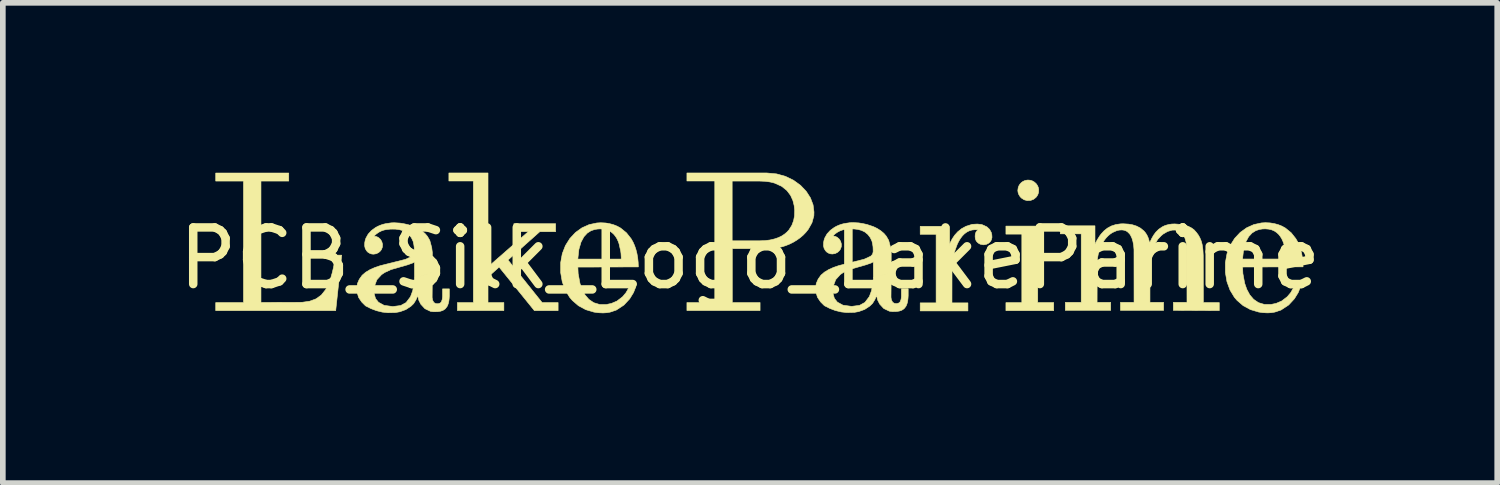
<source format=kicad_pcb>
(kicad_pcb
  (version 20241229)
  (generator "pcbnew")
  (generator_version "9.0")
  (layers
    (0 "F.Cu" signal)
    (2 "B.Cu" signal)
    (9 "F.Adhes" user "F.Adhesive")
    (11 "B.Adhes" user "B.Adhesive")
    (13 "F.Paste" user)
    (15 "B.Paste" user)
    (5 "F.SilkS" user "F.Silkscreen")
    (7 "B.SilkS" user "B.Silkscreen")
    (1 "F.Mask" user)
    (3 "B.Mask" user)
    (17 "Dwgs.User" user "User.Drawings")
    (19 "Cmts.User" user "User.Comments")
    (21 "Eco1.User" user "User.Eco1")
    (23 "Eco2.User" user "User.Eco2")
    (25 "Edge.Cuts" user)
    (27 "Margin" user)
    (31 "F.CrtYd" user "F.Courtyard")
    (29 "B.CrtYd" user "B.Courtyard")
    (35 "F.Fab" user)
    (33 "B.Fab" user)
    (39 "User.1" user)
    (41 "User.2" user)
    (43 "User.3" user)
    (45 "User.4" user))
  (footprint "PCB_Silk_Logo_LakeParime"
    (layer "F.Cu")
    (at 9.896 1.312)
    (property "Reference" "PCB_Silk_Logo_LakeParime" (at 0.3 0.2 0) (unlocked yes) (layer "F.SilkS") (effects (font (size 1 1) (thickness 0.15))))
    (attr exclude_from_pos_files exclude_from_bom)
    (fp_poly (pts (xy 5.101 -0.227) (xy 4.82 -0.227) (xy 4.82 -0.369) (xy 5.382 -0.369) (xy 5.382 0.982) (xy 5.664 0.982) (xy 5.664 1.125) (xy 4.82 1.125) (xy 4.82 0.983) (xy 5.101 0.983)) (stroke (width 0.01) (type solid)) (fill yes) (layer "F.SilkS"))
    (fp_poly (pts (xy -7.846 -1.164) (xy -8.337 -1.164) (xy -8.337 0.979) (xy -7.611 0.977) (xy -7.477 0.958) (xy -7.364 0.916) (xy -7.271 0.849) (xy -7.195 0.753) (xy -7.162 0.693) (xy -7.132 0.625) (xy -7.105 0.548) (xy -7.08 0.462) (xy -7.057 0.366) (xy -7.016 0.144) (xy -6.911 0.144) (xy -7.017 1.124) (xy -9.136 1.124) (xy -9.136 0.982) (xy -8.646 0.982) (xy -8.646 -1.164) (xy -9.136 -1.164) (xy -9.136 -1.306) (xy -7.846 -1.306)) (stroke (width 0.01) (type solid)) (fill yes) (layer "F.SilkS"))
    (fp_poly (pts (xy -4.327 -1.307) (xy -4.327 0.352) (xy -3.615 -0.271) (xy -3.87 -0.271) (xy -3.87 -0.412) (xy -3.133 -0.412) (xy -3.133 -0.27) (xy -3.413 -0.27) (xy -3.974 0.23) (xy -3.371 0.982) (xy -3.089 0.982) (xy -3.089 1) (xy -3.089 1.124) (xy -3.508 1.124) (xy -4.131 0.355) (xy -4.327 0.531) (xy -4.327 0.981) (xy -4.047 0.981) (xy -4.047 1.123) (xy -4.868 1.123) (xy -4.868 0.981) (xy -4.586 0.981) (xy -4.586 -1.165) (xy -5.018 -1.165) (xy -5.018 -1.307)) (stroke (width 0.01) (type solid)) (fill yes) (layer "F.SilkS"))
    (fp_poly (pts (xy 5.378 -1.083) (xy 5.392 -1.051) (xy 5.399 -1.017) (xy 5.397 -0.968) (xy 5.388 -0.936) (xy 5.373 -0.905) (xy 5.352 -0.877) (xy 5.31 -0.843) (xy 5.256 -0.822) (xy 5.195 -0.819) (xy 5.141 -0.834) (xy 5.096 -0.863) (xy 5.071 -0.888) (xy 5.044 -0.933) (xy 5.034 -0.966) (xy 5.03 -1) (xy 5.037 -1.048) (xy 5.049 -1.08) (xy 5.067 -1.109) (xy 5.091 -1.136) (xy 5.12 -1.157) (xy 5.155 -1.173) (xy 5.194 -1.181) (xy 5.216 -1.182) (xy 5.254 -1.178) (xy 5.289 -1.166) (xy 5.32 -1.148) (xy 5.347 -1.125) (xy 5.359 -1.112)) (stroke (width 0.01) (type solid)) (fill yes) (layer "F.SilkS"))
    (fp_poly (pts (xy 0.478 0.981) (xy 0.478 1.123) (xy -0.814 1.123) (xy -0.814 0.981) (xy -0.322 0.981) (xy -0.322 -1.165) (xy -0.015 -1.164) (xy -0.015 -0.109) (xy 0.47 -0.109) (xy 0.568 -0.113) (xy 0.655 -0.124) (xy 0.732 -0.142) (xy 0.8 -0.165) (xy 0.859 -0.193) (xy 0.909 -0.226) (xy 0.952 -0.262) (xy 0.988 -0.301) (xy 1.04 -0.384) (xy 1.071 -0.468) (xy 1.086 -0.548) (xy 1.089 -0.652) (xy 1.08 -0.731) (xy 1.058 -0.82) (xy 1.017 -0.911) (xy 0.952 -0.997) (xy 0.859 -1.072) (xy 0.732 -1.129) (xy 0.655 -1.148) (xy 0.568 -1.16) (xy 0.47 -1.164) (xy -0.015 -1.164) (xy -0.322 -1.165) (xy -0.814 -1.165) (xy -0.814 -1.307) (xy 0.596 -1.307) (xy 0.769 -1.291) (xy 0.927 -1.247) (xy 1.069 -1.178) (xy 1.192 -1.089) (xy 1.292 -0.984) (xy 1.367 -0.868) (xy 1.414 -0.744) (xy 1.43 -0.617) (xy 1.428 -0.551) (xy 1.394 -0.427) (xy 1.329 -0.312) (xy 1.287 -0.259) (xy 1.239 -0.209) (xy 1.185 -0.163) (xy 1.126 -0.121) (xy 1.063 -0.083) (xy 0.996 -0.05) (xy 0.926 -0.022) (xy 0.853 0) (xy 0.778 0.016) (xy 0.702 0.026) (xy 0.624 0.029) (xy -0.013 0.029) (xy -0.013 0.981)) (stroke (width 0.01) (type solid)) (fill yes) (layer "F.SilkS"))
    (fp_poly (pts (xy 3.816 -0.022) (xy 3.839 -0.081) (xy 3.872 -0.144) (xy 3.915 -0.208) (xy 3.97 -0.269) (xy 4.037 -0.323) (xy 4.116 -0.366) (xy 4.224 -0.4) (xy 4.317 -0.405) (xy 4.395 -0.396) (xy 4.483 -0.356) (xy 4.531 -0.311) (xy 4.561 -0.257) (xy 4.571 -0.217) (xy 4.574 -0.17) (xy 4.566 -0.135) (xy 4.553 -0.106) (xy 4.534 -0.083) (xy 4.512 -0.065) (xy 4.475 -0.047) (xy 4.425 -0.038) (xy 4.37 -0.048) (xy 4.345 -0.06) (xy 4.322 -0.077) (xy 4.3 -0.1) (xy 4.288 -0.123) (xy 4.279 -0.153) (xy 4.276 -0.188) (xy 4.279 -0.227) (xy 4.285 -0.248) (xy 4.297 -0.272) (xy 4.311 -0.29) (xy 4.327 -0.302) (xy 4.314 -0.305) (xy 4.307 -0.305) (xy 4.274 -0.305) (xy 4.222 -0.3) (xy 4.174 -0.286) (xy 4.13 -0.264) (xy 4.089 -0.234) (xy 4.052 -0.197) (xy 4.019 -0.154) (xy 3.989 -0.105) (xy 3.962 -0.052) (xy 3.919 0.066) (xy 3.902 0.129) (xy 3.889 0.194) (xy 3.879 0.26) (xy 3.868 0.393) (xy 3.867 0.987) (xy 4.149 0.987) (xy 4.149 1.129) (xy 3.306 1.129) (xy 3.306 0.987) (xy 3.587 0.987) (xy 3.587 0.1) (xy 3.587 -0.223) (xy 3.306 -0.223) (xy 3.306 -0.365) (xy 3.816 -0.365)) (stroke (width 0.01) (type solid)) (fill yes) (layer "F.SilkS"))
    (fp_poly (pts (xy -1.72 0.711) (xy -1.757 0.805) (xy -1.825 0.916) (xy -1.926 1.025) (xy -2.061 1.114) (xy -2.171 1.151) (xy -2.232 1.161) (xy -2.297 1.165) (xy -2.379 1.161) (xy -2.457 1.15) (xy -2.601 1.107) (xy -2.729 1.038) (xy -2.838 0.944) (xy -2.885 0.889) (xy -2.962 0.762) (xy -3.016 0.615) (xy -3.044 0.451) (xy -3.044 0.278) (xy -3.015 0.118) (xy -2.959 -0.026) (xy -2.88 -0.151) (xy -2.782 -0.256) (xy -2.668 -0.338) (xy -2.541 -0.395) (xy -2.405 -0.424) (xy -2.335 -0.428) (xy -2.255 -0.424) (xy -2.18 -0.412) (xy -2.11 -0.393) (xy -2.045 -0.367) (xy -1.985 -0.334) (xy -1.882 -0.25) (xy -1.799 -0.145) (xy -1.765 -0.085) (xy -1.737 -0.021) (xy -1.714 0.047) (xy -1.696 0.119) (xy -1.683 0.194) (xy -1.675 0.272) (xy -1.672 0.352) (xy -2.74 0.355) (xy -1.975 0.214) (xy -1.974 0.187) (xy -1.978 0.116) (xy -1.983 0.075) (xy -2 0) (xy -2.013 -0.058) (xy -2.029 -0.102) (xy -2.049 -0.145) (xy -2.074 -0.185) (xy -2.103 -0.222) (xy -2.138 -0.254) (xy -2.178 -0.281) (xy -2.224 -0.301) (xy -2.277 -0.314) (xy -2.336 -0.319) (xy -2.385 -0.318) (xy -2.443 -0.309) (xy -2.508 -0.287) (xy -2.573 -0.246) (xy -2.633 -0.181) (xy -2.684 -0.087) (xy -2.722 0.043) (xy -2.741 0.214) (xy -1.975 0.214) (xy -2.74 0.355) (xy -2.735 0.47) (xy -2.703 0.643) (xy -2.665 0.751) (xy -2.613 0.847) (xy -2.545 0.926) (xy -2.46 0.984) (xy -2.357 1.015) (xy -2.233 1.015) (xy -2.147 0.997) (xy -2.049 0.955) (xy -1.95 0.879) (xy -1.889 0.806) (xy -1.835 0.71)) (stroke (width 0.01) (type solid)) (fill yes) (layer "F.SilkS"))
    (fp_poly (pts (xy 10.02 0.71) (xy 9.983 0.804) (xy 9.915 0.915) (xy 9.814 1.024) (xy 9.679 1.113) (xy 9.569 1.15) (xy 9.508 1.16) (xy 9.443 1.164) (xy 9.361 1.16) (xy 9.283 1.149) (xy 9.139 1.106) (xy 9.011 1.037) (xy 8.902 0.943) (xy 8.855 0.888) (xy 8.778 0.761) (xy 8.724 0.614) (xy 8.696 0.45) (xy 8.696 0.277) (xy 8.725 0.117) (xy 8.781 -0.027) (xy 8.86 -0.152) (xy 8.958 -0.257) (xy 9.072 -0.339) (xy 9.199 -0.396) (xy 9.335 -0.425) (xy 9.405 -0.429) (xy 9.485 -0.425) (xy 9.56 -0.413) (xy 9.63 -0.394) (xy 9.695 -0.368) (xy 9.755 -0.335) (xy 9.858 -0.251) (xy 9.941 -0.146) (xy 9.975 -0.086) (xy 10.003 -0.022) (xy 10.026 0.046) (xy 10.044 0.118) (xy 10.057 0.193) (xy 10.065 0.271) (xy 10.068 0.351) (xy 9 0.354) (xy 9.765 0.213) (xy 9.766 0.186) (xy 9.762 0.115) (xy 9.757 0.074) (xy 9.74 -0.001) (xy 9.727 -0.059) (xy 9.711 -0.103) (xy 9.691 -0.146) (xy 9.666 -0.186) (xy 9.637 -0.223) (xy 9.602 -0.255) (xy 9.562 -0.282) (xy 9.516 -0.302) (xy 9.463 -0.315) (xy 9.404 -0.32) (xy 9.355 -0.319) (xy 9.297 -0.31) (xy 9.232 -0.288) (xy 9.167 -0.247) (xy 9.107 -0.182) (xy 9.056 -0.088) (xy 9.018 0.042) (xy 8.999 0.213) (xy 9.765 0.213) (xy 9 0.354) (xy 9.005 0.469) (xy 9.037 0.642) (xy 9.075 0.75) (xy 9.127 0.846) (xy 9.195 0.925) (xy 9.28 0.983) (xy 9.383 1.014) (xy 9.507 1.014) (xy 9.593 0.996) (xy 9.691 0.954) (xy 9.79 0.878) (xy 9.851 0.805) (xy 9.905 0.709)) (stroke (width 0.01) (type solid)) (fill yes) (layer "F.SilkS"))
    (fp_poly (pts (xy 6.393 -0.048) (xy 6.432 -0.125) (xy 6.476 -0.195) (xy 6.5 -0.227) (xy 6.553 -0.285) (xy 6.613 -0.333) (xy 6.681 -0.37) (xy 6.757 -0.395) (xy 6.842 -0.408) (xy 6.888 -0.41) (xy 6.984 -0.404) (xy 7.055 -0.392) (xy 7.127 -0.369) (xy 7.196 -0.333) (xy 7.258 -0.282) (xy 7.285 -0.25) (xy 7.309 -0.213) (xy 7.329 -0.171) (xy 7.345 -0.123) (xy 7.357 -0.07) (xy 7.395 -0.15) (xy 7.427 -0.206) (xy 7.467 -0.261) (xy 7.518 -0.312) (xy 7.581 -0.355) (xy 7.617 -0.373) (xy 7.657 -0.387) (xy 7.701 -0.398) (xy 7.749 -0.405) (xy 7.801 -0.407) (xy 7.895 -0.4) (xy 7.966 -0.389) (xy 8.041 -0.365) (xy 8.101 -0.334) (xy 8.145 -0.301) (xy 8.185 -0.256) (xy 8.219 -0.21) (xy 8.246 -0.161) (xy 8.268 -0.108) (xy 8.285 -0.048) (xy 8.296 0.021) (xy 8.3 0.06) (xy 8.305 0.148) (xy 8.307 0.982) (xy 8.588 0.982) (xy 8.588 1.124) (xy 7.777 1.12) (xy 7.777 0.978) (xy 8.018 0.978) (xy 8.017 0.047) (xy 8.012 -0.025) (xy 8 -0.093) (xy 7.982 -0.155) (xy 7.956 -0.209) (xy 7.94 -0.232) (xy 7.922 -0.252) (xy 7.879 -0.283) (xy 7.827 -0.299) (xy 7.756 -0.298) (xy 7.675 -0.274) (xy 7.598 -0.229) (xy 7.562 -0.199) (xy 7.5 -0.133) (xy 7.442 -0.033) (xy 7.4 0.073) (xy 7.373 0.192) (xy 7.364 0.322) (xy 7.364 0.978) (xy 7.605 0.978) (xy 7.605 1.12) (xy 6.843 1.12) (xy 6.843 0.978) (xy 7.083 0.978) (xy 7.082 0.047) (xy 7.076 -0.025) (xy 7.064 -0.093) (xy 7.046 -0.155) (xy 7.02 -0.209) (xy 7.004 -0.232) (xy 6.966 -0.269) (xy 6.943 -0.283) (xy 6.918 -0.293) (xy 6.891 -0.299) (xy 6.861 -0.301) (xy 6.82 -0.298) (xy 6.779 -0.289) (xy 6.7 -0.254) (xy 6.663 -0.229) (xy 6.627 -0.199) (xy 6.593 -0.164) (xy 6.562 -0.125) (xy 6.547 -0.103) (xy 6.54 -0.092) (xy 6.533 -0.081) (xy 6.507 -0.033) (xy 6.484 0.018) (xy 6.465 0.073) (xy 6.45 0.131) (xy 6.439 0.192) (xy 6.432 0.256) (xy 6.43 0.978) (xy 6.67 0.978) (xy 6.67 1.12) (xy 5.869 1.12) (xy 5.869 0.978) (xy 6.15 0.978) (xy 6.15 -0.232) (xy 5.78 -0.232) (xy 5.78 -0.374) (xy 6.393 -0.374)) (stroke (width 0.01) (type solid)) (fill yes) (layer "F.SilkS"))
    (fp_poly (pts (xy -5.31 0.1) (xy -5.311 0.45) (xy -5.625 0.547) (xy -5.626 0.265) (xy -5.66 0.284) (xy -5.75 0.316) (xy -6.043 0.4) (xy -6.15 0.45) (xy -6.208 0.489) (xy -6.29 0.579) (xy -6.336 0.703) (xy -6.34 0.817) (xy -6.314 0.91) (xy -6.261 0.977) (xy -6.162 1.031) (xy -6.009 1.052) (xy -5.869 1.034) (xy -5.774 0.982) (xy -5.696 0.879) (xy -5.657 0.773) (xy -5.632 0.632) (xy -5.625 0.547) (xy -5.31 0.45) (xy -5.314 0.891) (xy -5.307 0.937) (xy -5.284 0.98) (xy -5.251 1) (xy -5.208 1.003) (xy -5.17 0.99) (xy -5.15 0.968) (xy -5.135 0.924) (xy -5.13 0.88) (xy -5.13 0.74) (xy -5.01 0.74) (xy -5.01 0.86) (xy -5.013 0.908) (xy -5.018 0.952) (xy -5.026 0.99) (xy -5.037 1.023) (xy -5.05 1.051) (xy -5.083 1.093) (xy -5.123 1.12) (xy -5.168 1.135) (xy -5.214 1.142) (xy -5.284 1.144) (xy -5.342 1.137) (xy -5.441 1.09) (xy -5.514 1.011) (xy -5.55 0.939) (xy -5.568 0.861) (xy -5.599 0.933) (xy -5.64 1) (xy -5.689 1.047) (xy -5.779 1.106) (xy -5.884 1.144) (xy -5.962 1.158) (xy -6.094 1.161) (xy -6.195 1.15) (xy -6.297 1.125) (xy -6.395 1.088) (xy -6.49 1.04) (xy -6.558 0.972) (xy -6.612 0.892) (xy -6.641 0.796) (xy -6.645 0.742) (xy -6.634 0.648) (xy -6.6 0.57) (xy -6.55 0.5) (xy -6.487 0.446) (xy -6.41 0.4) (xy -6.324 0.362) (xy -6.232 0.331) (xy -5.787 0.219) (xy -5.672 0.166) (xy -5.64 0.132) (xy -5.629 0.09) (xy -5.629 0.054) (xy -5.631 0.001) (xy -5.638 -0.047) (xy -5.65 -0.1) (xy -5.68 -0.163) (xy -5.723 -0.219) (xy -5.775 -0.261) (xy -5.834 -0.29) (xy -5.897 -0.307) (xy -5.961 -0.315) (xy -6.014 -0.316) (xy -6.056 -0.315) (xy -6.121 -0.308) (xy -6.165 -0.299) (xy -6.209 -0.284) (xy -6.253 -0.262) (xy -6.297 -0.232) (xy -6.341 -0.192) (xy -6.298 -0.184) (xy -6.264 -0.168) (xy -6.227 -0.135) (xy -6.204 -0.097) (xy -6.19 -0.049) (xy -6.192 0) (xy -6.208 0.043) (xy -6.225 0.068) (xy -6.258 0.098) (xy -6.3 0.119) (xy -6.348 0.127) (xy -6.381 0.124) (xy -6.411 0.115) (xy -6.45 0.091) (xy -6.471 0.068) (xy -6.495 0.028) (xy -6.506 -0.019) (xy -6.504 -0.078) (xy -6.496 -0.118) (xy -6.483 -0.157) (xy -6.443 -0.228) (xy -6.386 -0.29) (xy -6.315 -0.342) (xy -6.275 -0.364) (xy -6.232 -0.383) (xy -6.186 -0.399) (xy -6.138 -0.411) (xy -6.037 -0.426) (xy -5.984 -0.428) (xy -5.883 -0.422) (xy -5.81 -0.41) (xy -5.737 -0.394) (xy -5.627 -0.357) (xy -5.592 -0.341) (xy -5.558 -0.324) (xy -5.495 -0.284) (xy -5.439 -0.237) (xy -5.398 -0.189) (xy -5.355 -0.115) (xy -5.321 0.012) (xy -5.318 0.038)) (stroke (width 0.01) (type solid)) (fill yes) (layer "F.SilkS"))
    (fp_poly (pts (xy 2.794 0.097) (xy 2.793 0.447) (xy 2.479 0.544) (xy 2.478 0.262) (xy 2.444 0.281) (xy 2.354 0.313) (xy 2.061 0.397) (xy 1.954 0.447) (xy 1.896 0.486) (xy 1.814 0.576) (xy 1.768 0.7) (xy 1.764 0.814) (xy 1.79 0.907) (xy 1.843 0.974) (xy 1.942 1.028) (xy 2.095 1.049) (xy 2.235 1.031) (xy 2.33 0.979) (xy 2.408 0.876) (xy 2.447 0.77) (xy 2.472 0.629) (xy 2.479 0.544) (xy 2.794 0.447) (xy 2.79 0.888) (xy 2.797 0.934) (xy 2.82 0.977) (xy 2.853 0.997) (xy 2.896 1) (xy 2.934 0.987) (xy 2.954 0.965) (xy 2.969 0.921) (xy 2.974 0.877) (xy 2.974 0.737) (xy 3.094 0.737) (xy 3.094 0.857) (xy 3.091 0.905) (xy 3.086 0.949) (xy 3.078 0.987) (xy 3.067 1.02) (xy 3.054 1.048) (xy 3.021 1.09) (xy 2.981 1.117) (xy 2.936 1.132) (xy 2.89 1.139) (xy 2.82 1.141) (xy 2.762 1.134) (xy 2.663 1.087) (xy 2.59 1.008) (xy 2.554 0.936) (xy 2.536 0.858) (xy 2.505 0.93) (xy 2.464 0.997) (xy 2.415 1.044) (xy 2.325 1.103) (xy 2.22 1.141) (xy 2.142 1.155) (xy 2.01 1.158) (xy 1.909 1.147) (xy 1.807 1.122) (xy 1.709 1.085) (xy 1.614 1.037) (xy 1.546 0.969) (xy 1.492 0.889) (xy 1.463 0.793) (xy 1.459 0.739) (xy 1.47 0.645) (xy 1.504 0.567) (xy 1.554 0.497) (xy 1.617 0.443) (xy 1.694 0.397) (xy 1.78 0.359) (xy 1.872 0.328) (xy 2.317 0.216) (xy 2.432 0.163) (xy 2.464 0.129) (xy 2.475 0.087) (xy 2.475 0.051) (xy 2.473 -0.002) (xy 2.466 -0.05) (xy 2.454 -0.103) (xy 2.424 -0.166) (xy 2.381 -0.222) (xy 2.329 -0.264) (xy 2.27 -0.293) (xy 2.207 -0.31) (xy 2.143 -0.318) (xy 2.09 -0.319) (xy 2.048 -0.318) (xy 1.983 -0.311) (xy 1.939 -0.302) (xy 1.895 -0.287) (xy 1.851 -0.265) (xy 1.807 -0.235) (xy 1.763 -0.195) (xy 1.806 -0.187) (xy 1.84 -0.171) (xy 1.877 -0.138) (xy 1.9 -0.1) (xy 1.914 -0.052) (xy 1.912 -0.003) (xy 1.896 0.04) (xy 1.879 0.065) (xy 1.846 0.095) (xy 1.804 0.116) (xy 1.756 0.124) (xy 1.723 0.121) (xy 1.693 0.112) (xy 1.654 0.088) (xy 1.633 0.065) (xy 1.609 0.025) (xy 1.598 -0.022) (xy 1.6 -0.081) (xy 1.608 -0.121) (xy 1.621 -0.16) (xy 1.661 -0.231) (xy 1.718 -0.293) (xy 1.789 -0.345) (xy 1.829 -0.367) (xy 1.872 -0.386) (xy 1.918 -0.402) (xy 1.966 -0.414) (xy 2.067 -0.429) (xy 2.12 -0.431) (xy 2.221 -0.425) (xy 2.294 -0.413) (xy 2.367 -0.397) (xy 2.477 -0.36) (xy 2.512 -0.344) (xy 2.546 -0.327) (xy 2.609 -0.287) (xy 2.665 -0.24) (xy 2.706 -0.192) (xy 2.749 -0.118) (xy 2.783 0.009) (xy 2.786 0.035)) (stroke (width 0.01) (type solid)) (fill yes) (layer "F.SilkS"))
    (fp_curve (pts (xy -9.136 -1.306) (xy -9.136 -1.306) (xy -9.136 -1.164) (xy -9.136 -1.164)) (stroke (width 0.0001) (type solid)) (layer "F.SilkS"))
    (fp_curve (pts (xy -9.136 -1.164) (xy -9.136 -1.164) (xy -8.646 -1.164) (xy -8.646 -1.164)) (stroke (width 0.0001) (type solid)) (layer "F.SilkS"))
    (fp_curve (pts (xy -9.136 0.982) (xy -9.136 0.982) (xy -9.136 1.124) (xy -9.136 1.124)) (stroke (width 0.0001) (type solid)) (layer "F.SilkS"))
    (fp_curve (pts (xy -9.136 1.124) (xy -9.136 1.124) (xy -7.017 1.124) (xy -7.017 1.124)) (stroke (width 0.0001) (type solid)) (layer "F.SilkS"))
    (fp_curve (pts (xy -8.646 -1.164) (xy -8.646 -1.164) (xy -8.646 0.982) (xy -8.646 0.982)) (stroke (width 0.0001) (type solid)) (layer "F.SilkS"))
    (fp_curve (pts (xy -8.646 0.982) (xy -8.646 0.982) (xy -9.136 0.982) (xy -9.136 0.982)) (stroke (width 0.0001) (type solid)) (layer "F.SilkS"))
    (fp_curve (pts (xy -8.337 -1.164) (xy -8.337 -1.164) (xy -7.846 -1.164) (xy -7.846 -1.164)) (stroke (width 0.0001) (type solid)) (layer "F.SilkS"))
    (fp_curve (pts (xy -8.337 0.979) (xy -8.337 0.979) (xy -8.337 -1.164) (xy -8.337 -1.164)) (stroke (width 0.0001) (type solid)) (layer "F.SilkS"))
    (fp_curve (pts (xy -7.846 -1.306) (xy -7.846 -1.306) (xy -9.136 -1.306) (xy -9.136 -1.306)) (stroke (width 0.0001) (type solid)) (layer "F.SilkS"))
    (fp_curve (pts (xy -7.846 -1.164) (xy -7.846 -1.164) (xy -7.846 -1.306) (xy -7.846 -1.306)) (stroke (width 0.0001) (type solid)) (layer "F.SilkS"))
    (fp_curve (pts (xy -7.611 0.977) (xy -7.611 0.977) (xy -8.337 0.979) (xy -8.337 0.979)) (stroke (width 0.0001) (type solid)) (layer "F.SilkS"))
    (fp_curve (pts (xy -7.541 0.97) (xy -7.541 0.97) (xy -7.611 0.977) (xy -7.611 0.977)) (stroke (width 0.0001) (type solid)) (layer "F.SilkS"))
    (fp_curve (pts (xy -7.477 0.958) (xy -7.477 0.958) (xy -7.541 0.97) (xy -7.541 0.97)) (stroke (width 0.0001) (type solid)) (layer "F.SilkS"))
    (fp_curve (pts (xy -7.418 0.94) (xy -7.418 0.94) (xy -7.477 0.958) (xy -7.477 0.958)) (stroke (width 0.0001) (type solid)) (layer "F.SilkS"))
    (fp_curve (pts (xy -7.364 0.916) (xy -7.364 0.916) (xy -7.418 0.94) (xy -7.418 0.94)) (stroke (width 0.0001) (type solid)) (layer "F.SilkS"))
    (fp_curve (pts (xy -7.315 0.886) (xy -7.315 0.886) (xy -7.364 0.916) (xy -7.364 0.916)) (stroke (width 0.0001) (type solid)) (layer "F.SilkS"))
    (fp_curve (pts (xy -7.271 0.849) (xy -7.271 0.849) (xy -7.315 0.886) (xy -7.315 0.886)) (stroke (width 0.0001) (type solid)) (layer "F.SilkS"))
    (fp_curve (pts (xy -7.231 0.805) (xy -7.231 0.805) (xy -7.271 0.849) (xy -7.271 0.849)) (stroke (width 0.0001) (type solid)) (layer "F.SilkS"))
    (fp_curve (pts (xy -7.195 0.753) (xy -7.195 0.753) (xy -7.231 0.805) (xy -7.231 0.805)) (stroke (width 0.0001) (type solid)) (layer "F.SilkS"))
    (fp_curve (pts (xy -7.162 0.693) (xy -7.162 0.693) (xy -7.195 0.753) (xy -7.195 0.753)) (stroke (width 0.0001) (type solid)) (layer "F.SilkS"))
    (fp_curve (pts (xy -7.132 0.625) (xy -7.132 0.625) (xy -7.162 0.693) (xy -7.162 0.693)) (stroke (width 0.0001) (type solid)) (layer "F.SilkS"))
    (fp_curve (pts (xy -7.105 0.548) (xy -7.105 0.548) (xy -7.132 0.625) (xy -7.132 0.625)) (stroke (width 0.0001) (type solid)) (layer "F.SilkS"))
    (fp_curve (pts (xy -7.08 0.462) (xy -7.08 0.462) (xy -7.105 0.548) (xy -7.105 0.548)) (stroke (width 0.0001) (type solid)) (layer "F.SilkS"))
    (fp_curve (pts (xy -7.057 0.366) (xy -7.057 0.366) (xy -7.08 0.462) (xy -7.08 0.462)) (stroke (width 0.0001) (type solid)) (layer "F.SilkS"))
    (fp_curve (pts (xy -7.017 1.124) (xy -7.017 1.124) (xy -6.911 0.144) (xy -6.911 0.144)) (stroke (width 0.0001) (type solid)) (layer "F.SilkS"))
    (fp_curve (pts (xy -7.016 0.144) (xy -7.016 0.144) (xy -7.057 0.366) (xy -7.057 0.366)) (stroke (width 0.0001) (type solid)) (layer "F.SilkS"))
    (fp_curve (pts (xy -6.911 0.144) (xy -6.911 0.144) (xy -7.016 0.144) (xy -7.016 0.144)) (stroke (width 0.0001) (type solid)) (layer "F.SilkS"))
    (fp_curve (pts (xy -6.911 0.144) (xy -6.911 0.144) (xy -6.911 0.144) (xy -6.911 0.144)) (stroke (width 0.0001) (type solid)) (layer "F.SilkS"))
    (fp_curve (pts (xy -6.645 0.742) (xy -6.645 0.742) (xy -6.641 0.796) (xy -6.641 0.796)) (stroke (width 0.0001) (type solid)) (layer "F.SilkS"))
    (fp_curve (pts (xy -6.641 0.796) (xy -6.641 0.796) (xy -6.63 0.846) (xy -6.63 0.846)) (stroke (width 0.0001) (type solid)) (layer "F.SilkS"))
    (fp_curve (pts (xy -6.634 0.648) (xy -6.634 0.648) (xy -6.645 0.742) (xy -6.645 0.742)) (stroke (width 0.0001) (type solid)) (layer "F.SilkS"))
    (fp_curve (pts (xy -6.63 0.846) (xy -6.63 0.846) (xy -6.612 0.892) (xy -6.612 0.892)) (stroke (width 0.0001) (type solid)) (layer "F.SilkS"))
    (fp_curve (pts (xy -6.612 0.892) (xy -6.612 0.892) (xy -6.588 0.934) (xy -6.588 0.934)) (stroke (width 0.0001) (type solid)) (layer "F.SilkS"))
    (fp_curve (pts (xy -6.602 0.569) (xy -6.602 0.569) (xy -6.634 0.648) (xy -6.634 0.648)) (stroke (width 0.0001) (type solid)) (layer "F.SilkS"))
    (fp_curve (pts (xy -6.588 0.934) (xy -6.588 0.934) (xy -6.558 0.972) (xy -6.558 0.972)) (stroke (width 0.0001) (type solid)) (layer "F.SilkS"))
    (fp_curve (pts (xy -6.558 0.972) (xy -6.558 0.972) (xy -6.523 1.006) (xy -6.523 1.006)) (stroke (width 0.0001) (type solid)) (layer "F.SilkS"))
    (fp_curve (pts (xy -6.552 0.502) (xy -6.552 0.502) (xy -6.602 0.569) (xy -6.602 0.569)) (stroke (width 0.0001) (type solid)) (layer "F.SilkS"))
    (fp_curve (pts (xy -6.523 1.006) (xy -6.523 1.006) (xy -6.484 1.037) (xy -6.484 1.037)) (stroke (width 0.0001) (type solid)) (layer "F.SilkS"))
    (fp_curve (pts (xy -6.507 -0.036) (xy -6.507 -0.036) (xy -6.506 -0.019) (xy -6.506 -0.019)) (stroke (width 0.0001) (type solid)) (layer "F.SilkS"))
    (fp_curve (pts (xy -6.506 -0.019) (xy -6.506 -0.019) (xy -6.504 -0.003) (xy -6.504 -0.003)) (stroke (width 0.0001) (type solid)) (layer "F.SilkS"))
    (fp_curve (pts (xy -6.504 -0.078) (xy -6.504 -0.078) (xy -6.507 -0.036) (xy -6.507 -0.036)) (stroke (width 0.0001) (type solid)) (layer "F.SilkS"))
    (fp_curve (pts (xy -6.504 -0.003) (xy -6.504 -0.003) (xy -6.5 0.013) (xy -6.5 0.013)) (stroke (width 0.0001) (type solid)) (layer "F.SilkS"))
    (fp_curve (pts (xy -6.5 0.013) (xy -6.5 0.013) (xy -6.495 0.028) (xy -6.495 0.028)) (stroke (width 0.0001) (type solid)) (layer "F.SilkS"))
    (fp_curve (pts (xy -6.496 -0.118) (xy -6.496 -0.118) (xy -6.504 -0.078) (xy -6.504 -0.078)) (stroke (width 0.0001) (type solid)) (layer "F.SilkS"))
    (fp_curve (pts (xy -6.495 0.028) (xy -6.495 0.028) (xy -6.488 0.042) (xy -6.488 0.042)) (stroke (width 0.0001) (type solid)) (layer "F.SilkS"))
    (fp_curve (pts (xy -6.488 0.042) (xy -6.488 0.042) (xy -6.48 0.055) (xy -6.48 0.055)) (stroke (width 0.0001) (type solid)) (layer "F.SilkS"))
    (fp_curve (pts (xy -6.487 0.446) (xy -6.487 0.446) (xy -6.552 0.502) (xy -6.552 0.502)) (stroke (width 0.0001) (type solid)) (layer "F.SilkS"))
    (fp_curve (pts (xy -6.484 1.037) (xy -6.484 1.037) (xy -6.441 1.064) (xy -6.441 1.064)) (stroke (width 0.0001) (type solid)) (layer "F.SilkS"))
    (fp_curve (pts (xy -6.483 -0.157) (xy -6.483 -0.157) (xy -6.496 -0.118) (xy -6.496 -0.118)) (stroke (width 0.0001) (type solid)) (layer "F.SilkS"))
    (fp_curve (pts (xy -6.48 0.055) (xy -6.48 0.055) (xy -6.471 0.068) (xy -6.471 0.068)) (stroke (width 0.0001) (type solid)) (layer "F.SilkS"))
    (fp_curve (pts (xy -6.471 0.068) (xy -6.471 0.068) (xy -6.461 0.08) (xy -6.461 0.08)) (stroke (width 0.0001) (type solid)) (layer "F.SilkS"))
    (fp_curve (pts (xy -6.465 -0.194) (xy -6.465 -0.194) (xy -6.483 -0.157) (xy -6.483 -0.157)) (stroke (width 0.0001) (type solid)) (layer "F.SilkS"))
    (fp_curve (pts (xy -6.461 0.08) (xy -6.461 0.08) (xy -6.45 0.091) (xy -6.45 0.091)) (stroke (width 0.0001) (type solid)) (layer "F.SilkS"))
    (fp_curve (pts (xy -6.45 0.091) (xy -6.45 0.091) (xy -6.438 0.1) (xy -6.438 0.1)) (stroke (width 0.0001) (type solid)) (layer "F.SilkS"))
    (fp_curve (pts (xy -6.443 -0.228) (xy -6.443 -0.228) (xy -6.465 -0.194) (xy -6.465 -0.194)) (stroke (width 0.0001) (type solid)) (layer "F.SilkS"))
    (fp_curve (pts (xy -6.441 1.064) (xy -6.441 1.064) (xy -6.395 1.088) (xy -6.395 1.088)) (stroke (width 0.0001) (type solid)) (layer "F.SilkS"))
    (fp_curve (pts (xy -6.438 0.1) (xy -6.438 0.1) (xy -6.425 0.108) (xy -6.425 0.108)) (stroke (width 0.0001) (type solid)) (layer "F.SilkS"))
    (fp_curve (pts (xy -6.425 0.108) (xy -6.425 0.108) (xy -6.411 0.115) (xy -6.411 0.115)) (stroke (width 0.0001) (type solid)) (layer "F.SilkS"))
    (fp_curve (pts (xy -6.416 -0.26) (xy -6.416 -0.26) (xy -6.443 -0.228) (xy -6.443 -0.228)) (stroke (width 0.0001) (type solid)) (layer "F.SilkS"))
    (fp_curve (pts (xy -6.411 0.115) (xy -6.411 0.115) (xy -6.396 0.12) (xy -6.396 0.12)) (stroke (width 0.0001) (type solid)) (layer "F.SilkS"))
    (fp_curve (pts (xy -6.41 0.4) (xy -6.41 0.4) (xy -6.487 0.446) (xy -6.487 0.446)) (stroke (width 0.0001) (type solid)) (layer "F.SilkS"))
    (fp_curve (pts (xy -6.396 0.12) (xy -6.396 0.12) (xy -6.381 0.124) (xy -6.381 0.124)) (stroke (width 0.0001) (type solid)) (layer "F.SilkS"))
    (fp_curve (pts (xy -6.395 1.088) (xy -6.395 1.088) (xy -6.347 1.108) (xy -6.347 1.108)) (stroke (width 0.0001) (type solid)) (layer "F.SilkS"))
    (fp_curve (pts (xy -6.386 -0.29) (xy -6.386 -0.29) (xy -6.416 -0.26) (xy -6.416 -0.26)) (stroke (width 0.0001) (type solid)) (layer "F.SilkS"))
    (fp_curve (pts (xy -6.381 0.124) (xy -6.381 0.124) (xy -6.365 0.126) (xy -6.365 0.126)) (stroke (width 0.0001) (type solid)) (layer "F.SilkS"))
    (fp_curve (pts (xy -6.365 0.126) (xy -6.365 0.126) (xy -6.348 0.127) (xy -6.348 0.127)) (stroke (width 0.0001) (type solid)) (layer "F.SilkS"))
    (fp_curve (pts (xy -6.352 -0.317) (xy -6.352 -0.317) (xy -6.386 -0.29) (xy -6.386 -0.29)) (stroke (width 0.0001) (type solid)) (layer "F.SilkS"))
    (fp_curve (pts (xy -6.348 0.127) (xy -6.348 0.127) (xy -6.331 0.126) (xy -6.331 0.126)) (stroke (width 0.0001) (type solid)) (layer "F.SilkS"))
    (fp_curve (pts (xy -6.347 1.108) (xy -6.347 1.108) (xy -6.297 1.125) (xy -6.297 1.125)) (stroke (width 0.0001) (type solid)) (layer "F.SilkS"))
    (fp_curve (pts (xy -6.342 0.78) (xy -6.342 0.78) (xy -6.336 0.703) (xy -6.336 0.703)) (stroke (width 0.0001) (type solid)) (layer "F.SilkS"))
    (fp_curve (pts (xy -6.341 -0.192) (xy -6.341 -0.192) (xy -6.319 -0.213) (xy -6.319 -0.213)) (stroke (width 0.0001) (type solid)) (layer "F.SilkS"))
    (fp_curve (pts (xy -6.34 0.817) (xy -6.34 0.817) (xy -6.342 0.78) (xy -6.342 0.78)) (stroke (width 0.0001) (type solid)) (layer "F.SilkS"))
    (fp_curve (pts (xy -6.336 0.703) (xy -6.336 0.703) (xy -6.318 0.636) (xy -6.318 0.636)) (stroke (width 0.0001) (type solid)) (layer "F.SilkS"))
    (fp_curve (pts (xy -6.335 0.851) (xy -6.335 0.851) (xy -6.34 0.817) (xy -6.34 0.817)) (stroke (width 0.0001) (type solid)) (layer "F.SilkS"))
    (fp_curve (pts (xy -6.331 0.126) (xy -6.331 0.126) (xy -6.315 0.123) (xy -6.315 0.123)) (stroke (width 0.0001) (type solid)) (layer "F.SilkS"))
    (fp_curve (pts (xy -6.326 0.882) (xy -6.326 0.882) (xy -6.335 0.851) (xy -6.335 0.851)) (stroke (width 0.0001) (type solid)) (layer "F.SilkS"))
    (fp_curve (pts (xy -6.324 0.362) (xy -6.324 0.362) (xy -6.41 0.4) (xy -6.41 0.4)) (stroke (width 0.0001) (type solid)) (layer "F.SilkS"))
    (fp_curve (pts (xy -6.319 -0.213) (xy -6.319 -0.213) (xy -6.297 -0.232) (xy -6.297 -0.232)) (stroke (width 0.0001) (type solid)) (layer "F.SilkS"))
    (fp_curve (pts (xy -6.318 0.636) (xy -6.318 0.636) (xy -6.29 0.579) (xy -6.29 0.579)) (stroke (width 0.0001) (type solid)) (layer "F.SilkS"))
    (fp_curve (pts (xy -6.318 -0.189) (xy -6.318 -0.189) (xy -6.341 -0.192) (xy -6.341 -0.192)) (stroke (width 0.0001) (type solid)) (layer "F.SilkS"))
    (fp_curve (pts (xy -6.315 -0.342) (xy -6.315 -0.342) (xy -6.352 -0.317) (xy -6.352 -0.317)) (stroke (width 0.0001) (type solid)) (layer "F.SilkS"))
    (fp_curve (pts (xy -6.315 0.123) (xy -6.315 0.123) (xy -6.3 0.119) (xy -6.3 0.119)) (stroke (width 0.0001) (type solid)) (layer "F.SilkS"))
    (fp_curve (pts (xy -6.314 0.91) (xy -6.314 0.91) (xy -6.326 0.882) (xy -6.326 0.882)) (stroke (width 0.0001) (type solid)) (layer "F.SilkS"))
    (fp_curve (pts (xy -6.3 0.119) (xy -6.3 0.119) (xy -6.285 0.113) (xy -6.285 0.113)) (stroke (width 0.0001) (type solid)) (layer "F.SilkS"))
    (fp_curve (pts (xy -6.299 0.935) (xy -6.299 0.935) (xy -6.314 0.91) (xy -6.314 0.91)) (stroke (width 0.0001) (type solid)) (layer "F.SilkS"))
    (fp_curve (pts (xy -6.298 -0.184) (xy -6.298 -0.184) (xy -6.318 -0.189) (xy -6.318 -0.189)) (stroke (width 0.0001) (type solid)) (layer "F.SilkS"))
    (fp_curve (pts (xy -6.297 -0.232) (xy -6.297 -0.232) (xy -6.275 -0.248) (xy -6.275 -0.248)) (stroke (width 0.0001) (type solid)) (layer "F.SilkS"))
    (fp_curve (pts (xy -6.297 1.125) (xy -6.297 1.125) (xy -6.246 1.139) (xy -6.246 1.139)) (stroke (width 0.0001) (type solid)) (layer "F.SilkS"))
    (fp_curve (pts (xy -6.29 0.579) (xy -6.29 0.579) (xy -6.253 0.53) (xy -6.253 0.53)) (stroke (width 0.0001) (type solid)) (layer "F.SilkS"))
    (fp_curve (pts (xy -6.285 0.113) (xy -6.285 0.113) (xy -6.271 0.106) (xy -6.271 0.106)) (stroke (width 0.0001) (type solid)) (layer "F.SilkS"))
    (fp_curve (pts (xy -6.281 0.957) (xy -6.281 0.957) (xy -6.299 0.935) (xy -6.299 0.935)) (stroke (width 0.0001) (type solid)) (layer "F.SilkS"))
    (fp_curve (pts (xy -6.28 -0.177) (xy -6.28 -0.177) (xy -6.298 -0.184) (xy -6.298 -0.184)) (stroke (width 0.0001) (type solid)) (layer "F.SilkS"))
    (fp_curve (pts (xy -6.275 -0.364) (xy -6.275 -0.364) (xy -6.315 -0.342) (xy -6.315 -0.342)) (stroke (width 0.0001) (type solid)) (layer "F.SilkS"))
    (fp_curve (pts (xy -6.275 -0.248) (xy -6.275 -0.248) (xy -6.253 -0.262) (xy -6.253 -0.262)) (stroke (width 0.0001) (type solid)) (layer "F.SilkS"))
    (fp_curve (pts (xy -6.271 0.106) (xy -6.271 0.106) (xy -6.258 0.098) (xy -6.258 0.098)) (stroke (width 0.0001) (type solid)) (layer "F.SilkS"))
    (fp_curve (pts (xy -6.264 -0.168) (xy -6.264 -0.168) (xy -6.28 -0.177) (xy -6.28 -0.177)) (stroke (width 0.0001) (type solid)) (layer "F.SilkS"))
    (fp_curve (pts (xy -6.261 0.977) (xy -6.261 0.977) (xy -6.281 0.957) (xy -6.281 0.957)) (stroke (width 0.0001) (type solid)) (layer "F.SilkS"))
    (fp_curve (pts (xy -6.258 0.098) (xy -6.258 0.098) (xy -6.246 0.089) (xy -6.246 0.089)) (stroke (width 0.0001) (type solid)) (layer "F.SilkS"))
    (fp_curve (pts (xy -6.253 0.53) (xy -6.253 0.53) (xy -6.208 0.489) (xy -6.208 0.489)) (stroke (width 0.0001) (type solid)) (layer "F.SilkS"))
    (fp_curve (pts (xy -6.253 -0.262) (xy -6.253 -0.262) (xy -6.231 -0.274) (xy -6.231 -0.274)) (stroke (width 0.0001) (type solid)) (layer "F.SilkS"))
    (fp_curve (pts (xy -6.25 -0.158) (xy -6.25 -0.158) (xy -6.264 -0.168) (xy -6.264 -0.168)) (stroke (width 0.0001) (type solid)) (layer "F.SilkS"))
    (fp_curve (pts (xy -6.246 0.089) (xy -6.246 0.089) (xy -6.235 0.079) (xy -6.235 0.079)) (stroke (width 0.0001) (type solid)) (layer "F.SilkS"))
    (fp_curve (pts (xy -6.246 1.139) (xy -6.246 1.139) (xy -6.195 1.15) (xy -6.195 1.15)) (stroke (width 0.0001) (type solid)) (layer "F.SilkS"))
    (fp_curve (pts (xy -6.239 0.994) (xy -6.239 0.994) (xy -6.261 0.977) (xy -6.261 0.977)) (stroke (width 0.0001) (type solid)) (layer "F.SilkS"))
    (fp_curve (pts (xy -6.238 -0.147) (xy -6.238 -0.147) (xy -6.25 -0.158) (xy -6.25 -0.158)) (stroke (width 0.0001) (type solid)) (layer "F.SilkS"))
    (fp_curve (pts (xy -6.235 0.079) (xy -6.235 0.079) (xy -6.225 0.068) (xy -6.225 0.068)) (stroke (width 0.0001) (type solid)) (layer "F.SilkS"))
    (fp_curve (pts (xy -6.232 -0.383) (xy -6.232 -0.383) (xy -6.275 -0.364) (xy -6.275 -0.364)) (stroke (width 0.0001) (type solid)) (layer "F.SilkS"))
    (fp_curve (pts (xy -6.232 0.331) (xy -6.232 0.331) (xy -6.324 0.362) (xy -6.324 0.362)) (stroke (width 0.0001) (type solid)) (layer "F.SilkS"))
    (fp_curve (pts (xy -6.231 -0.274) (xy -6.231 -0.274) (xy -6.209 -0.284) (xy -6.209 -0.284)) (stroke (width 0.0001) (type solid)) (layer "F.SilkS"))
    (fp_curve (pts (xy -6.227 -0.135) (xy -6.227 -0.135) (xy -6.238 -0.147) (xy -6.238 -0.147)) (stroke (width 0.0001) (type solid)) (layer "F.SilkS"))
    (fp_curve (pts (xy -6.225 0.068) (xy -6.225 0.068) (xy -6.216 0.056) (xy -6.216 0.056)) (stroke (width 0.0001) (type solid)) (layer "F.SilkS"))
    (fp_curve (pts (xy -6.218 -0.123) (xy -6.218 -0.123) (xy -6.227 -0.135) (xy -6.227 -0.135)) (stroke (width 0.0001) (type solid)) (layer "F.SilkS"))
    (fp_curve (pts (xy -6.216 0.056) (xy -6.216 0.056) (xy -6.208 0.043) (xy -6.208 0.043)) (stroke (width 0.0001) (type solid)) (layer "F.SilkS"))
    (fp_curve (pts (xy -6.215 1.009) (xy -6.215 1.009) (xy -6.239 0.994) (xy -6.239 0.994)) (stroke (width 0.0001) (type solid)) (layer "F.SilkS"))
    (fp_curve (pts (xy -6.21 -0.11) (xy -6.21 -0.11) (xy -6.218 -0.123) (xy -6.218 -0.123)) (stroke (width 0.0001) (type solid)) (layer "F.SilkS"))
    (fp_curve (pts (xy -6.209 -0.284) (xy -6.209 -0.284) (xy -6.187 -0.292) (xy -6.187 -0.292)) (stroke (width 0.0001) (type solid)) (layer "F.SilkS"))
    (fp_curve (pts (xy -6.208 0.489) (xy -6.208 0.489) (xy -6.157 0.454) (xy -6.157 0.454)) (stroke (width 0.0001) (type solid)) (layer "F.SilkS"))
    (fp_curve (pts (xy -6.208 0.043) (xy -6.208 0.043) (xy -6.201 0.029) (xy -6.201 0.029)) (stroke (width 0.0001) (type solid)) (layer "F.SilkS"))
    (fp_curve (pts (xy -6.204 -0.097) (xy -6.204 -0.097) (xy -6.21 -0.11) (xy -6.21 -0.11)) (stroke (width 0.0001) (type solid)) (layer "F.SilkS"))
    (fp_curve (pts (xy -6.201 0.029) (xy -6.201 0.029) (xy -6.196 0.015) (xy -6.196 0.015)) (stroke (width 0.0001) (type solid)) (layer "F.SilkS"))
    (fp_curve (pts (xy -6.199 -0.084) (xy -6.199 -0.084) (xy -6.204 -0.097) (xy -6.204 -0.097)) (stroke (width 0.0001) (type solid)) (layer "F.SilkS"))
    (fp_curve (pts (xy -6.196 0.015) (xy -6.196 0.015) (xy -6.192 0) (xy -6.192 0)) (stroke (width 0.0001) (type solid)) (layer "F.SilkS"))
    (fp_curve (pts (xy -6.195 -0.072) (xy -6.195 -0.072) (xy -6.199 -0.084) (xy -6.199 -0.084)) (stroke (width 0.0001) (type solid)) (layer "F.SilkS"))
    (fp_curve (pts (xy -6.195 1.15) (xy -6.195 1.15) (xy -6.144 1.157) (xy -6.144 1.157)) (stroke (width 0.0001) (type solid)) (layer "F.SilkS"))
    (fp_curve (pts (xy -6.192 -0.06) (xy -6.192 -0.06) (xy -6.195 -0.072) (xy -6.195 -0.072)) (stroke (width 0.0001) (type solid)) (layer "F.SilkS"))
    (fp_curve (pts (xy -6.192 0) (xy -6.192 0) (xy -6.19 -0.015) (xy -6.19 -0.015)) (stroke (width 0.0001) (type solid)) (layer "F.SilkS"))
    (fp_curve (pts (xy -6.19 -0.049) (xy -6.19 -0.049) (xy -6.192 -0.06) (xy -6.192 -0.06)) (stroke (width 0.0001) (type solid)) (layer "F.SilkS"))
    (fp_curve (pts (xy -6.19 -0.015) (xy -6.19 -0.015) (xy -6.189 -0.031) (xy -6.189 -0.031)) (stroke (width 0.0001) (type solid)) (layer "F.SilkS"))
    (fp_curve (pts (xy -6.189 1.021) (xy -6.189 1.021) (xy -6.215 1.009) (xy -6.215 1.009)) (stroke (width 0.0001) (type solid)) (layer "F.SilkS"))
    (fp_curve (pts (xy -6.189 -0.039) (xy -6.189 -0.039) (xy -6.19 -0.049) (xy -6.19 -0.049)) (stroke (width 0.0001) (type solid)) (layer "F.SilkS"))
    (fp_curve (pts (xy -6.189 -0.031) (xy -6.189 -0.031) (xy -6.189 -0.039) (xy -6.189 -0.039)) (stroke (width 0.0001) (type solid)) (layer "F.SilkS"))
    (fp_curve (pts (xy -6.187 -0.292) (xy -6.187 -0.292) (xy -6.165 -0.299) (xy -6.165 -0.299)) (stroke (width 0.0001) (type solid)) (layer "F.SilkS"))
    (fp_curve (pts (xy -6.186 -0.399) (xy -6.186 -0.399) (xy -6.232 -0.383) (xy -6.232 -0.383)) (stroke (width 0.0001) (type solid)) (layer "F.SilkS"))
    (fp_curve (pts (xy -6.165 -0.299) (xy -6.165 -0.299) (xy -6.143 -0.304) (xy -6.143 -0.304)) (stroke (width 0.0001) (type solid)) (layer "F.SilkS"))
    (fp_curve (pts (xy -6.162 1.031) (xy -6.162 1.031) (xy -6.189 1.021) (xy -6.189 1.021)) (stroke (width 0.0001) (type solid)) (layer "F.SilkS"))
    (fp_curve (pts (xy -6.157 0.454) (xy -6.157 0.454) (xy -6.102 0.425) (xy -6.102 0.425)) (stroke (width 0.0001) (type solid)) (layer "F.SilkS"))
    (fp_curve (pts (xy -6.144 1.157) (xy -6.144 1.157) (xy -6.094 1.161) (xy -6.094 1.161)) (stroke (width 0.0001) (type solid)) (layer "F.SilkS"))
    (fp_curve (pts (xy -6.143 -0.304) (xy -6.143 -0.304) (xy -6.121 -0.308) (xy -6.121 -0.308)) (stroke (width 0.0001) (type solid)) (layer "F.SilkS"))
    (fp_curve (pts (xy -6.138 -0.411) (xy -6.138 -0.411) (xy -6.186 -0.399) (xy -6.186 -0.399)) (stroke (width 0.0001) (type solid)) (layer "F.SilkS"))
    (fp_curve (pts (xy -6.133 1.039) (xy -6.133 1.039) (xy -6.162 1.031) (xy -6.162 1.031)) (stroke (width 0.0001) (type solid)) (layer "F.SilkS"))
    (fp_curve (pts (xy -6.121 -0.308) (xy -6.121 -0.308) (xy -6.099 -0.311) (xy -6.099 -0.311)) (stroke (width 0.0001) (type solid)) (layer "F.SilkS"))
    (fp_curve (pts (xy -6.103 1.045) (xy -6.103 1.045) (xy -6.133 1.039) (xy -6.133 1.039)) (stroke (width 0.0001) (type solid)) (layer "F.SilkS"))
    (fp_curve (pts (xy -6.102 0.425) (xy -6.102 0.425) (xy -6.043 0.4) (xy -6.043 0.4)) (stroke (width 0.0001) (type solid)) (layer "F.SilkS"))
    (fp_curve (pts (xy -6.099 -0.311) (xy -6.099 -0.311) (xy -6.056 -0.315) (xy -6.056 -0.315)) (stroke (width 0.0001) (type solid)) (layer "F.SilkS"))
    (fp_curve (pts (xy -6.094 1.161) (xy -6.094 1.161) (xy -6.045 1.162) (xy -6.045 1.162)) (stroke (width 0.0001) (type solid)) (layer "F.SilkS"))
    (fp_curve (pts (xy -6.088 -0.42) (xy -6.088 -0.42) (xy -6.138 -0.411) (xy -6.138 -0.411)) (stroke (width 0.0001) (type solid)) (layer "F.SilkS"))
    (fp_curve (pts (xy -6.072 1.049) (xy -6.072 1.049) (xy -6.103 1.045) (xy -6.103 1.045)) (stroke (width 0.0001) (type solid)) (layer "F.SilkS"))
    (fp_curve (pts (xy -6.056 -0.315) (xy -6.056 -0.315) (xy -6.014 -0.316) (xy -6.014 -0.316)) (stroke (width 0.0001) (type solid)) (layer "F.SilkS"))
    (fp_curve (pts (xy -6.045 1.162) (xy -6.045 1.162) (xy -6.003 1.161) (xy -6.003 1.161)) (stroke (width 0.0001) (type solid)) (layer "F.SilkS"))
    (fp_curve (pts (xy -6.043 0.4) (xy -6.043 0.4) (xy -5.982 0.379) (xy -5.982 0.379)) (stroke (width 0.0001) (type solid)) (layer "F.SilkS"))
    (fp_curve (pts (xy -6.041 1.051) (xy -6.041 1.051) (xy -6.072 1.049) (xy -6.072 1.049)) (stroke (width 0.0001) (type solid)) (layer "F.SilkS"))
    (fp_curve (pts (xy -6.037 -0.426) (xy -6.037 -0.426) (xy -6.088 -0.42) (xy -6.088 -0.42)) (stroke (width 0.0001) (type solid)) (layer "F.SilkS"))
    (fp_curve (pts (xy -6.014 -0.316) (xy -6.014 -0.316) (xy -5.961 -0.315) (xy -5.961 -0.315)) (stroke (width 0.0001) (type solid)) (layer "F.SilkS"))
    (fp_curve (pts (xy -6.009 1.052) (xy -6.009 1.052) (xy -6.041 1.051) (xy -6.041 1.051)) (stroke (width 0.0001) (type solid)) (layer "F.SilkS"))
    (fp_curve (pts (xy -6.003 1.161) (xy -6.003 1.161) (xy -5.962 1.158) (xy -5.962 1.158)) (stroke (width 0.0001) (type solid)) (layer "F.SilkS"))
    (fp_curve (pts (xy -5.984 -0.428) (xy -5.984 -0.428) (xy -6.037 -0.426) (xy -6.037 -0.426)) (stroke (width 0.0001) (type solid)) (layer "F.SilkS"))
    (fp_curve (pts (xy -5.982 0.379) (xy -5.982 0.379) (xy -5.75 0.316) (xy -5.75 0.316)) (stroke (width 0.0001) (type solid)) (layer "F.SilkS"))
    (fp_curve (pts (xy -5.973 1.051) (xy -5.973 1.051) (xy -6.009 1.052) (xy -6.009 1.052)) (stroke (width 0.0001) (type solid)) (layer "F.SilkS"))
    (fp_curve (pts (xy -5.962 1.158) (xy -5.962 1.158) (xy -5.922 1.152) (xy -5.922 1.152)) (stroke (width 0.0001) (type solid)) (layer "F.SilkS"))
    (fp_curve (pts (xy -5.961 -0.315) (xy -5.961 -0.315) (xy -5.929 -0.312) (xy -5.929 -0.312)) (stroke (width 0.0001) (type solid)) (layer "F.SilkS"))
    (fp_curve (pts (xy -5.952 -0.427) (xy -5.952 -0.427) (xy -5.984 -0.428) (xy -5.984 -0.428)) (stroke (width 0.0001) (type solid)) (layer "F.SilkS"))
    (fp_curve (pts (xy -5.938 1.048) (xy -5.938 1.048) (xy -5.973 1.051) (xy -5.973 1.051)) (stroke (width 0.0001) (type solid)) (layer "F.SilkS"))
    (fp_curve (pts (xy -5.929 -0.312) (xy -5.929 -0.312) (xy -5.897 -0.307) (xy -5.897 -0.307)) (stroke (width 0.0001) (type solid)) (layer "F.SilkS"))
    (fp_curve (pts (xy -5.922 1.152) (xy -5.922 1.152) (xy -5.884 1.144) (xy -5.884 1.144)) (stroke (width 0.0001) (type solid)) (layer "F.SilkS"))
    (fp_curve (pts (xy -5.918 -0.425) (xy -5.918 -0.425) (xy -5.952 -0.427) (xy -5.952 -0.427)) (stroke (width 0.0001) (type solid)) (layer "F.SilkS"))
    (fp_curve (pts (xy -5.903 1.043) (xy -5.903 1.043) (xy -5.938 1.048) (xy -5.938 1.048)) (stroke (width 0.0001) (type solid)) (layer "F.SilkS"))
    (fp_curve (pts (xy -5.897 -0.307) (xy -5.897 -0.307) (xy -5.865 -0.3) (xy -5.865 -0.3)) (stroke (width 0.0001) (type solid)) (layer "F.SilkS"))
    (fp_curve (pts (xy -5.884 1.144) (xy -5.884 1.144) (xy -5.847 1.134) (xy -5.847 1.134)) (stroke (width 0.0001) (type solid)) (layer "F.SilkS"))
    (fp_curve (pts (xy -5.883 -0.422) (xy -5.883 -0.422) (xy -5.918 -0.425) (xy -5.918 -0.425)) (stroke (width 0.0001) (type solid)) (layer "F.SilkS"))
    (fp_curve (pts (xy -5.869 1.034) (xy -5.869 1.034) (xy -5.903 1.043) (xy -5.903 1.043)) (stroke (width 0.0001) (type solid)) (layer "F.SilkS"))
    (fp_curve (pts (xy -5.865 -0.3) (xy -5.865 -0.3) (xy -5.834 -0.29) (xy -5.834 -0.29)) (stroke (width 0.0001) (type solid)) (layer "F.SilkS"))
    (fp_curve (pts (xy -5.847 -0.417) (xy -5.847 -0.417) (xy -5.883 -0.422) (xy -5.883 -0.422)) (stroke (width 0.0001) (type solid)) (layer "F.SilkS"))
    (fp_curve (pts (xy -5.847 1.134) (xy -5.847 1.134) (xy -5.812 1.121) (xy -5.812 1.121)) (stroke (width 0.0001) (type solid)) (layer "F.SilkS"))
    (fp_curve (pts (xy -5.836 1.021) (xy -5.836 1.021) (xy -5.869 1.034) (xy -5.869 1.034)) (stroke (width 0.0001) (type solid)) (layer "F.SilkS"))
    (fp_curve (pts (xy -5.834 -0.29) (xy -5.834 -0.29) (xy -5.804 -0.277) (xy -5.804 -0.277)) (stroke (width 0.0001) (type solid)) (layer "F.SilkS"))
    (fp_curve (pts (xy -5.812 1.121) (xy -5.812 1.121) (xy -5.779 1.106) (xy -5.779 1.106)) (stroke (width 0.0001) (type solid)) (layer "F.SilkS"))
    (fp_curve (pts (xy -5.811 -0.411) (xy -5.811 -0.411) (xy -5.847 -0.417) (xy -5.847 -0.417)) (stroke (width 0.0001) (type solid)) (layer "F.SilkS"))
    (fp_curve (pts (xy -5.804 1.004) (xy -5.804 1.004) (xy -5.836 1.021) (xy -5.836 1.021)) (stroke (width 0.0001) (type solid)) (layer "F.SilkS"))
    (fp_curve (pts (xy -5.804 -0.277) (xy -5.804 -0.277) (xy -5.775 -0.261) (xy -5.775 -0.261)) (stroke (width 0.0001) (type solid)) (layer "F.SilkS"))
    (fp_curve (pts (xy -5.787 0.219) (xy -5.787 0.219) (xy -6.232 0.331) (xy -6.232 0.331)) (stroke (width 0.0001) (type solid)) (layer "F.SilkS"))
    (fp_curve (pts (xy -5.779 1.106) (xy -5.779 1.106) (xy -5.747 1.089) (xy -5.747 1.089)) (stroke (width 0.0001) (type solid)) (layer "F.SilkS"))
    (fp_curve (pts (xy -5.775 -0.261) (xy -5.775 -0.261) (xy -5.748 -0.242) (xy -5.748 -0.242)) (stroke (width 0.0001) (type solid)) (layer "F.SilkS"))
    (fp_curve (pts (xy -5.774 -0.403) (xy -5.774 -0.403) (xy -5.811 -0.411) (xy -5.811 -0.411)) (stroke (width 0.0001) (type solid)) (layer "F.SilkS"))
    (fp_curve (pts (xy -5.774 0.982) (xy -5.774 0.982) (xy -5.804 1.004) (xy -5.804 1.004)) (stroke (width 0.0001) (type solid)) (layer "F.SilkS"))
    (fp_curve (pts (xy -5.75 0.316) (xy -5.75 0.316) (xy -5.702 0.301) (xy -5.702 0.301)) (stroke (width 0.0001) (type solid)) (layer "F.SilkS"))
    (fp_curve (pts (xy -5.748 -0.242) (xy -5.748 -0.242) (xy -5.723 -0.219) (xy -5.723 -0.219)) (stroke (width 0.0001) (type solid)) (layer "F.SilkS"))
    (fp_curve (pts (xy -5.747 1.089) (xy -5.747 1.089) (xy -5.717 1.069) (xy -5.717 1.069)) (stroke (width 0.0001) (type solid)) (layer "F.SilkS"))
    (fp_curve (pts (xy -5.746 0.954) (xy -5.746 0.954) (xy -5.774 0.982) (xy -5.774 0.982)) (stroke (width 0.0001) (type solid)) (layer "F.SilkS"))
    (fp_curve (pts (xy -5.737 -0.394) (xy -5.737 -0.394) (xy -5.774 -0.403) (xy -5.774 -0.403)) (stroke (width 0.0001) (type solid)) (layer "F.SilkS"))
    (fp_curve (pts (xy -5.723 -0.219) (xy -5.723 -0.219) (xy -5.7 -0.193) (xy -5.7 -0.193)) (stroke (width 0.0001) (type solid)) (layer "F.SilkS"))
    (fp_curve (pts (xy -5.722 0.195) (xy -5.722 0.195) (xy -5.787 0.219) (xy -5.787 0.219)) (stroke (width 0.0001) (type solid)) (layer "F.SilkS"))
    (fp_curve (pts (xy -5.72 0.92) (xy -5.72 0.92) (xy -5.746 0.954) (xy -5.746 0.954)) (stroke (width 0.0001) (type solid)) (layer "F.SilkS"))
    (fp_curve (pts (xy -5.717 1.069) (xy -5.717 1.069) (xy -5.689 1.047) (xy -5.689 1.047)) (stroke (width 0.0001) (type solid)) (layer "F.SilkS"))
    (fp_curve (pts (xy -5.702 0.301) (xy -5.702 0.301) (xy -5.66 0.284) (xy -5.66 0.284)) (stroke (width 0.0001) (type solid)) (layer "F.SilkS"))
    (fp_curve (pts (xy -5.7 -0.383) (xy -5.7 -0.383) (xy -5.737 -0.394) (xy -5.737 -0.394)) (stroke (width 0.0001) (type solid)) (layer "F.SilkS"))
    (fp_curve (pts (xy -5.7 -0.193) (xy -5.7 -0.193) (xy -5.68 -0.163) (xy -5.68 -0.163)) (stroke (width 0.0001) (type solid)) (layer "F.SilkS"))
    (fp_curve (pts (xy -5.696 0.879) (xy -5.696 0.879) (xy -5.72 0.92) (xy -5.72 0.92)) (stroke (width 0.0001) (type solid)) (layer "F.SilkS"))
    (fp_curve (pts (xy -5.689 1.047) (xy -5.689 1.047) (xy -5.663 1.022) (xy -5.663 1.022)) (stroke (width 0.0001) (type solid)) (layer "F.SilkS"))
    (fp_curve (pts (xy -5.68 -0.163) (xy -5.68 -0.163) (xy -5.663 -0.129) (xy -5.663 -0.129)) (stroke (width 0.0001) (type solid)) (layer "F.SilkS"))
    (fp_curve (pts (xy -5.675 0.83) (xy -5.675 0.83) (xy -5.696 0.879) (xy -5.696 0.879)) (stroke (width 0.0001) (type solid)) (layer "F.SilkS"))
    (fp_curve (pts (xy -5.672 0.166) (xy -5.672 0.166) (xy -5.722 0.195) (xy -5.722 0.195)) (stroke (width 0.0001) (type solid)) (layer "F.SilkS"))
    (fp_curve (pts (xy -5.663 -0.371) (xy -5.663 -0.371) (xy -5.7 -0.383) (xy -5.7 -0.383)) (stroke (width 0.0001) (type solid)) (layer "F.SilkS"))
    (fp_curve (pts (xy -5.663 1.022) (xy -5.663 1.022) (xy -5.639 0.995) (xy -5.639 0.995)) (stroke (width 0.0001) (type solid)) (layer "F.SilkS"))
    (fp_curve (pts (xy -5.663 -0.129) (xy -5.663 -0.129) (xy -5.649 -0.09) (xy -5.649 -0.09)) (stroke (width 0.0001) (type solid)) (layer "F.SilkS"))
    (fp_curve (pts (xy -5.66 0.284) (xy -5.66 0.284) (xy -5.626 0.265) (xy -5.626 0.265)) (stroke (width 0.0001) (type solid)) (layer "F.SilkS"))
    (fp_curve (pts (xy -5.657 0.773) (xy -5.657 0.773) (xy -5.675 0.83) (xy -5.675 0.83)) (stroke (width 0.0001) (type solid)) (layer "F.SilkS"))
    (fp_curve (pts (xy -5.649 -0.09) (xy -5.649 -0.09) (xy -5.638 -0.047) (xy -5.638 -0.047)) (stroke (width 0.0001) (type solid)) (layer "F.SilkS"))
    (fp_curve (pts (xy -5.643 0.707) (xy -5.643 0.707) (xy -5.657 0.773) (xy -5.657 0.773)) (stroke (width 0.0001) (type solid)) (layer "F.SilkS"))
    (fp_curve (pts (xy -5.64 0.132) (xy -5.64 0.132) (xy -5.672 0.166) (xy -5.672 0.166)) (stroke (width 0.0001) (type solid)) (layer "F.SilkS"))
    (fp_curve (pts (xy -5.639 0.995) (xy -5.639 0.995) (xy -5.618 0.965) (xy -5.618 0.965)) (stroke (width 0.0001) (type solid)) (layer "F.SilkS"))
    (fp_curve (pts (xy -5.638 -0.047) (xy -5.638 -0.047) (xy -5.631 0.001) (xy -5.631 0.001)) (stroke (width 0.0001) (type solid)) (layer "F.SilkS"))
    (fp_curve (pts (xy -5.632 0.632) (xy -5.632 0.632) (xy -5.643 0.707) (xy -5.643 0.707)) (stroke (width 0.0001) (type solid)) (layer "F.SilkS"))
    (fp_curve (pts (xy -5.631 0.001) (xy -5.631 0.001) (xy -5.629 0.054) (xy -5.629 0.054)) (stroke (width 0.0001) (type solid)) (layer "F.SilkS"))
    (fp_curve (pts (xy -5.629 0.054) (xy -5.629 0.054) (xy -5.629 0.09) (xy -5.629 0.09)) (stroke (width 0.0001) (type solid)) (layer "F.SilkS"))
    (fp_curve (pts (xy -5.629 0.09) (xy -5.629 0.09) (xy -5.64 0.132) (xy -5.64 0.132)) (stroke (width 0.0001) (type solid)) (layer "F.SilkS"))
    (fp_curve (pts (xy -5.627 -0.357) (xy -5.627 -0.357) (xy -5.663 -0.371) (xy -5.663 -0.371)) (stroke (width 0.0001) (type solid)) (layer "F.SilkS"))
    (fp_curve (pts (xy -5.626 0.265) (xy -5.626 0.265) (xy -5.623 0.451) (xy -5.623 0.451)) (stroke (width 0.0001) (type solid)) (layer "F.SilkS"))
    (fp_curve (pts (xy -5.625 0.547) (xy -5.625 0.547) (xy -5.632 0.632) (xy -5.632 0.632)) (stroke (width 0.0001) (type solid)) (layer "F.SilkS"))
    (fp_curve (pts (xy -5.623 0.451) (xy -5.623 0.451) (xy -5.625 0.547) (xy -5.625 0.547)) (stroke (width 0.0001) (type solid)) (layer "F.SilkS"))
    (fp_curve (pts (xy -5.623 0.451) (xy -5.623 0.451) (xy -5.623 0.451) (xy -5.623 0.451)) (stroke (width 0.0001) (type solid)) (layer "F.SilkS"))
    (fp_curve (pts (xy -5.618 0.965) (xy -5.618 0.965) (xy -5.599 0.933) (xy -5.599 0.933)) (stroke (width 0.0001) (type solid)) (layer "F.SilkS"))
    (fp_curve (pts (xy -5.599 0.933) (xy -5.599 0.933) (xy -5.582 0.898) (xy -5.582 0.898)) (stroke (width 0.0001) (type solid)) (layer "F.SilkS"))
    (fp_curve (pts (xy -5.592 -0.341) (xy -5.592 -0.341) (xy -5.627 -0.357) (xy -5.627 -0.357)) (stroke (width 0.0001) (type solid)) (layer "F.SilkS"))
    (fp_curve (pts (xy -5.582 0.898) (xy -5.582 0.898) (xy -5.568 0.861) (xy -5.568 0.861)) (stroke (width 0.0001) (type solid)) (layer "F.SilkS"))
    (fp_curve (pts (xy -5.568 0.861) (xy -5.568 0.861) (xy -5.564 0.887) (xy -5.564 0.887)) (stroke (width 0.0001) (type solid)) (layer "F.SilkS"))
    (fp_curve (pts (xy -5.564 0.887) (xy -5.564 0.887) (xy -5.558 0.913) (xy -5.558 0.913)) (stroke (width 0.0001) (type solid)) (layer "F.SilkS"))
    (fp_curve (pts (xy -5.558 -0.324) (xy -5.558 -0.324) (xy -5.592 -0.341) (xy -5.592 -0.341)) (stroke (width 0.0001) (type solid)) (layer "F.SilkS"))
    (fp_curve (pts (xy -5.558 0.913) (xy -5.558 0.913) (xy -5.55 0.939) (xy -5.55 0.939)) (stroke (width 0.0001) (type solid)) (layer "F.SilkS"))
    (fp_curve (pts (xy -5.55 0.939) (xy -5.55 0.939) (xy -5.54 0.964) (xy -5.54 0.964)) (stroke (width 0.0001) (type solid)) (layer "F.SilkS"))
    (fp_curve (pts (xy -5.54 0.964) (xy -5.54 0.964) (xy -5.528 0.988) (xy -5.528 0.988)) (stroke (width 0.0001) (type solid)) (layer "F.SilkS"))
    (fp_curve (pts (xy -5.528 0.988) (xy -5.528 0.988) (xy -5.514 1.011) (xy -5.514 1.011)) (stroke (width 0.0001) (type solid)) (layer "F.SilkS"))
    (fp_curve (pts (xy -5.526 -0.305) (xy -5.526 -0.305) (xy -5.558 -0.324) (xy -5.558 -0.324)) (stroke (width 0.0001) (type solid)) (layer "F.SilkS"))
    (fp_curve (pts (xy -5.514 1.011) (xy -5.514 1.011) (xy -5.498 1.033) (xy -5.498 1.033)) (stroke (width 0.0001) (type solid)) (layer "F.SilkS"))
    (fp_curve (pts (xy -5.498 1.033) (xy -5.498 1.033) (xy -5.481 1.054) (xy -5.481 1.054)) (stroke (width 0.0001) (type solid)) (layer "F.SilkS"))
    (fp_curve (pts (xy -5.495 -0.284) (xy -5.495 -0.284) (xy -5.526 -0.305) (xy -5.526 -0.305)) (stroke (width 0.0001) (type solid)) (layer "F.SilkS"))
    (fp_curve (pts (xy -5.481 1.054) (xy -5.481 1.054) (xy -5.462 1.073) (xy -5.462 1.073)) (stroke (width 0.0001) (type solid)) (layer "F.SilkS"))
    (fp_curve (pts (xy -5.466 -0.261) (xy -5.466 -0.261) (xy -5.495 -0.284) (xy -5.495 -0.284)) (stroke (width 0.0001) (type solid)) (layer "F.SilkS"))
    (fp_curve (pts (xy -5.462 1.073) (xy -5.462 1.073) (xy -5.441 1.09) (xy -5.441 1.09)) (stroke (width 0.0001) (type solid)) (layer "F.SilkS"))
    (fp_curve (pts (xy -5.441 1.09) (xy -5.441 1.09) (xy -5.419 1.105) (xy -5.419 1.105)) (stroke (width 0.0001) (type solid)) (layer "F.SilkS"))
    (fp_curve (pts (xy -5.439 -0.237) (xy -5.439 -0.237) (xy -5.466 -0.261) (xy -5.466 -0.261)) (stroke (width 0.0001) (type solid)) (layer "F.SilkS"))
    (fp_curve (pts (xy -5.419 1.105) (xy -5.419 1.105) (xy -5.395 1.118) (xy -5.395 1.118)) (stroke (width 0.0001) (type solid)) (layer "F.SilkS"))
    (fp_curve (pts (xy -5.417 -0.213) (xy -5.417 -0.213) (xy -5.439 -0.237) (xy -5.439 -0.237)) (stroke (width 0.0001) (type solid)) (layer "F.SilkS"))
    (fp_curve (pts (xy -5.398 -0.189) (xy -5.398 -0.189) (xy -5.417 -0.213) (xy -5.417 -0.213)) (stroke (width 0.0001) (type solid)) (layer "F.SilkS"))
    (fp_curve (pts (xy -5.395 1.118) (xy -5.395 1.118) (xy -5.369 1.129) (xy -5.369 1.129)) (stroke (width 0.0001) (type solid)) (layer "F.SilkS"))
    (fp_curve (pts (xy -5.381 -0.165) (xy -5.381 -0.165) (xy -5.398 -0.189) (xy -5.398 -0.189)) (stroke (width 0.0001) (type solid)) (layer "F.SilkS"))
    (fp_curve (pts (xy -5.369 1.129) (xy -5.369 1.129) (xy -5.342 1.137) (xy -5.342 1.137)) (stroke (width 0.0001) (type solid)) (layer "F.SilkS"))
    (fp_curve (pts (xy -5.367 -0.14) (xy -5.367 -0.14) (xy -5.381 -0.165) (xy -5.381 -0.165)) (stroke (width 0.0001) (type solid)) (layer "F.SilkS"))
    (fp_curve (pts (xy -5.355 -0.115) (xy -5.355 -0.115) (xy -5.367 -0.14) (xy -5.367 -0.14)) (stroke (width 0.0001) (type solid)) (layer "F.SilkS"))
    (fp_curve (pts (xy -5.345 -0.09) (xy -5.345 -0.09) (xy -5.355 -0.115) (xy -5.355 -0.115)) (stroke (width 0.0001) (type solid)) (layer "F.SilkS"))
    (fp_curve (pts (xy -5.342 1.137) (xy -5.342 1.137) (xy -5.314 1.142) (xy -5.314 1.142)) (stroke (width 0.0001) (type solid)) (layer "F.SilkS"))
    (fp_curve (pts (xy -5.337 -0.065) (xy -5.337 -0.065) (xy -5.345 -0.09) (xy -5.345 -0.09)) (stroke (width 0.0001) (type solid)) (layer "F.SilkS"))
    (fp_curve (pts (xy -5.33 -0.04) (xy -5.33 -0.04) (xy -5.337 -0.065) (xy -5.337 -0.065)) (stroke (width 0.0001) (type solid)) (layer "F.SilkS"))
    (fp_curve (pts (xy -5.325 -0.014) (xy -5.325 -0.014) (xy -5.33 -0.04) (xy -5.33 -0.04)) (stroke (width 0.0001) (type solid)) (layer "F.SilkS"))
    (fp_curve (pts (xy -5.321 0.012) (xy -5.321 0.012) (xy -5.325 -0.014) (xy -5.325 -0.014)) (stroke (width 0.0001) (type solid)) (layer "F.SilkS"))
    (fp_curve (pts (xy -5.318 0.038) (xy -5.318 0.038) (xy -5.321 0.012) (xy -5.321 0.012)) (stroke (width 0.0001) (type solid)) (layer "F.SilkS"))
    (fp_curve (pts (xy -5.315 0.091) (xy -5.315 0.091) (xy -5.318 0.038) (xy -5.318 0.038)) (stroke (width 0.0001) (type solid)) (layer "F.SilkS"))
    (fp_curve (pts (xy -5.314 0.891) (xy -5.314 0.891) (xy -5.315 0.091) (xy -5.315 0.091)) (stroke (width 0.0001) (type solid)) (layer "F.SilkS"))
    (fp_curve (pts (xy -5.314 1.142) (xy -5.314 1.142) (xy -5.284 1.144) (xy -5.284 1.144)) (stroke (width 0.0001) (type solid)) (layer "F.SilkS"))
    (fp_curve (pts (xy -5.313 0.902) (xy -5.313 0.902) (xy -5.314 0.891) (xy -5.314 0.891)) (stroke (width 0.0001) (type solid)) (layer "F.SilkS"))
    (fp_curve (pts (xy -5.312 0.913) (xy -5.312 0.913) (xy -5.313 0.902) (xy -5.313 0.902)) (stroke (width 0.0001) (type solid)) (layer "F.SilkS"))
    (fp_curve (pts (xy -5.31 0.925) (xy -5.31 0.925) (xy -5.312 0.913) (xy -5.312 0.913)) (stroke (width 0.0001) (type solid)) (layer "F.SilkS"))
    (fp_curve (pts (xy -5.307 0.937) (xy -5.307 0.937) (xy -5.31 0.925) (xy -5.31 0.925)) (stroke (width 0.0001) (type solid)) (layer "F.SilkS"))
    (fp_curve (pts (xy -5.303 0.949) (xy -5.303 0.949) (xy -5.307 0.937) (xy -5.307 0.937)) (stroke (width 0.0001) (type solid)) (layer "F.SilkS"))
    (fp_curve (pts (xy -5.298 0.96) (xy -5.298 0.96) (xy -5.303 0.949) (xy -5.303 0.949)) (stroke (width 0.0001) (type solid)) (layer "F.SilkS"))
    (fp_curve (pts (xy -5.292 0.97) (xy -5.292 0.97) (xy -5.298 0.96) (xy -5.298 0.96)) (stroke (width 0.0001) (type solid)) (layer "F.SilkS"))
    (fp_curve (pts (xy -5.284 0.98) (xy -5.284 0.98) (xy -5.292 0.97) (xy -5.292 0.97)) (stroke (width 0.0001) (type solid)) (layer "F.SilkS"))
    (fp_curve (pts (xy -5.284 1.144) (xy -5.284 1.144) (xy -5.238 1.143) (xy -5.238 1.143)) (stroke (width 0.0001) (type solid)) (layer "F.SilkS"))
    (fp_curve (pts (xy -5.275 0.988) (xy -5.275 0.988) (xy -5.284 0.98) (xy -5.284 0.98)) (stroke (width 0.0001) (type solid)) (layer "F.SilkS"))
    (fp_curve (pts (xy -5.264 0.995) (xy -5.264 0.995) (xy -5.275 0.988) (xy -5.275 0.988)) (stroke (width 0.0001) (type solid)) (layer "F.SilkS"))
    (fp_curve (pts (xy -5.251 1) (xy -5.251 1) (xy -5.264 0.995) (xy -5.264 0.995)) (stroke (width 0.0001) (type solid)) (layer "F.SilkS"))
    (fp_curve (pts (xy -5.238 1.143) (xy -5.238 1.143) (xy -5.214 1.142) (xy -5.214 1.142)) (stroke (width 0.0001) (type solid)) (layer "F.SilkS"))
    (fp_curve (pts (xy -5.237 1.003) (xy -5.237 1.003) (xy -5.251 1) (xy -5.251 1)) (stroke (width 0.0001) (type solid)) (layer "F.SilkS"))
    (fp_curve (pts (xy -5.22 1.004) (xy -5.22 1.004) (xy -5.237 1.003) (xy -5.237 1.003)) (stroke (width 0.0001) (type solid)) (layer "F.SilkS"))
    (fp_curve (pts (xy -5.214 1.142) (xy -5.214 1.142) (xy -5.191 1.139) (xy -5.191 1.139)) (stroke (width 0.0001) (type solid)) (layer "F.SilkS"))
    (fp_curve (pts (xy -5.208 1.003) (xy -5.208 1.003) (xy -5.22 1.004) (xy -5.22 1.004)) (stroke (width 0.0001) (type solid)) (layer "F.SilkS"))
    (fp_curve (pts (xy -5.197 1.001) (xy -5.197 1.001) (xy -5.208 1.003) (xy -5.208 1.003)) (stroke (width 0.0001) (type solid)) (layer "F.SilkS"))
    (fp_curve (pts (xy -5.191 1.139) (xy -5.191 1.139) (xy -5.168 1.135) (xy -5.168 1.135)) (stroke (width 0.0001) (type solid)) (layer "F.SilkS"))
    (fp_curve (pts (xy -5.187 0.998) (xy -5.187 0.998) (xy -5.197 1.001) (xy -5.197 1.001)) (stroke (width 0.0001) (type solid)) (layer "F.SilkS"))
    (fp_curve (pts (xy -5.178 0.994) (xy -5.178 0.994) (xy -5.187 0.998) (xy -5.187 0.998)) (stroke (width 0.0001) (type solid)) (layer "F.SilkS"))
    (fp_curve (pts (xy -5.17 0.989) (xy -5.17 0.989) (xy -5.178 0.994) (xy -5.178 0.994)) (stroke (width 0.0001) (type solid)) (layer "F.SilkS"))
    (fp_curve (pts (xy -5.168 1.135) (xy -5.168 1.135) (xy -5.145 1.129) (xy -5.145 1.129)) (stroke (width 0.0001) (type solid)) (layer "F.SilkS"))
    (fp_curve (pts (xy -5.163 0.983) (xy -5.163 0.983) (xy -5.17 0.989) (xy -5.17 0.989)) (stroke (width 0.0001) (type solid)) (layer "F.SilkS"))
    (fp_curve (pts (xy -5.156 0.976) (xy -5.156 0.976) (xy -5.163 0.983) (xy -5.163 0.983)) (stroke (width 0.0001) (type solid)) (layer "F.SilkS"))
    (fp_curve (pts (xy -5.15 0.968) (xy -5.15 0.968) (xy -5.156 0.976) (xy -5.156 0.976)) (stroke (width 0.0001) (type solid)) (layer "F.SilkS"))
    (fp_curve (pts (xy -5.145 0.959) (xy -5.145 0.959) (xy -5.15 0.968) (xy -5.15 0.968)) (stroke (width 0.0001) (type solid)) (layer "F.SilkS"))
    (fp_curve (pts (xy -5.145 1.129) (xy -5.145 1.129) (xy -5.123 1.12) (xy -5.123 1.12)) (stroke (width 0.0001) (type solid)) (layer "F.SilkS"))
    (fp_curve (pts (xy -5.141 0.949) (xy -5.141 0.949) (xy -5.145 0.959) (xy -5.145 0.959)) (stroke (width 0.0001) (type solid)) (layer "F.SilkS"))
    (fp_curve (pts (xy -5.138 0.937) (xy -5.138 0.937) (xy -5.141 0.949) (xy -5.141 0.949)) (stroke (width 0.0001) (type solid)) (layer "F.SilkS"))
    (fp_curve (pts (xy -5.135 0.924) (xy -5.135 0.924) (xy -5.138 0.937) (xy -5.138 0.937)) (stroke (width 0.0001) (type solid)) (layer "F.SilkS"))
    (fp_curve (pts (xy -5.133 0.91) (xy -5.133 0.91) (xy -5.135 0.924) (xy -5.135 0.924)) (stroke (width 0.0001) (type solid)) (layer "F.SilkS"))
    (fp_curve (pts (xy -5.132 0.895) (xy -5.132 0.895) (xy -5.133 0.91) (xy -5.133 0.91)) (stroke (width 0.0001) (type solid)) (layer "F.SilkS"))
    (fp_curve (pts (xy -5.131 0.74) (xy -5.131 0.74) (xy -5.131 0.878) (xy -5.131 0.878)) (stroke (width 0.0001) (type solid)) (layer "F.SilkS"))
    (fp_curve (pts (xy -5.131 0.878) (xy -5.131 0.878) (xy -5.132 0.895) (xy -5.132 0.895)) (stroke (width 0.0001) (type solid)) (layer "F.SilkS"))
    (fp_curve (pts (xy -5.123 1.12) (xy -5.123 1.12) (xy -5.102 1.108) (xy -5.102 1.108)) (stroke (width 0.0001) (type solid)) (layer "F.SilkS"))
    (fp_curve (pts (xy -5.102 1.108) (xy -5.102 1.108) (xy -5.083 1.093) (xy -5.083 1.093)) (stroke (width 0.0001) (type solid)) (layer "F.SilkS"))
    (fp_curve (pts (xy -5.083 1.093) (xy -5.083 1.093) (xy -5.066 1.074) (xy -5.066 1.074)) (stroke (width 0.0001) (type solid)) (layer "F.SilkS"))
    (fp_curve (pts (xy -5.066 1.074) (xy -5.066 1.074) (xy -5.05 1.051) (xy -5.05 1.051)) (stroke (width 0.0001) (type solid)) (layer "F.SilkS"))
    (fp_curve (pts (xy -5.05 1.051) (xy -5.05 1.051) (xy -5.037 1.023) (xy -5.037 1.023)) (stroke (width 0.0001) (type solid)) (layer "F.SilkS"))
    (fp_curve (pts (xy -5.037 1.023) (xy -5.037 1.023) (xy -5.026 0.99) (xy -5.026 0.99)) (stroke (width 0.0001) (type solid)) (layer "F.SilkS"))
    (fp_curve (pts (xy -5.026 0.99) (xy -5.026 0.99) (xy -5.018 0.952) (xy -5.018 0.952)) (stroke (width 0.0001) (type solid)) (layer "F.SilkS"))
    (fp_curve (pts (xy -5.018 -1.307) (xy -5.018 -1.307) (xy -5.018 -1.165) (xy -5.018 -1.165)) (stroke (width 0.0001) (type solid)) (layer "F.SilkS"))
    (fp_curve (pts (xy -5.018 -1.165) (xy -5.018 -1.165) (xy -4.586 -1.165) (xy -4.586 -1.165)) (stroke (width 0.0001) (type solid)) (layer "F.SilkS"))
    (fp_curve (pts (xy -5.018 0.952) (xy -5.018 0.952) (xy -5.013 0.908) (xy -5.013 0.908)) (stroke (width 0.0001) (type solid)) (layer "F.SilkS"))
    (fp_curve (pts (xy -5.013 0.908) (xy -5.013 0.908) (xy -5.01 0.86) (xy -5.01 0.86)) (stroke (width 0.0001) (type solid)) (layer "F.SilkS"))
    (fp_curve (pts (xy -5.01 0.74) (xy -5.01 0.74) (xy -5.131 0.74) (xy -5.131 0.74)) (stroke (width 0.0001) (type solid)) (layer "F.SilkS"))
    (fp_curve (pts (xy -5.01 0.86) (xy -5.01 0.86) (xy -5.01 0.74) (xy -5.01 0.74)) (stroke (width 0.0001) (type solid)) (layer "F.SilkS"))
    (fp_curve (pts (xy -5.01 0.86) (xy -5.01 0.86) (xy -5.01 0.86) (xy -5.01 0.86)) (stroke (width 0.0001) (type solid)) (layer "F.SilkS"))
    (fp_curve (pts (xy -4.868 0.981) (xy -4.868 0.981) (xy -4.868 1.123) (xy -4.868 1.123)) (stroke (width 0.0001) (type solid)) (layer "F.SilkS"))
    (fp_curve (pts (xy -4.868 1.123) (xy -4.868 1.123) (xy -4.047 1.123) (xy -4.047 1.123)) (stroke (width 0.0001) (type solid)) (layer "F.SilkS"))
    (fp_curve (pts (xy -4.586 -1.165) (xy -4.586 -1.165) (xy -4.586 0.981) (xy -4.586 0.981)) (stroke (width 0.0001) (type solid)) (layer "F.SilkS"))
    (fp_curve (pts (xy -4.586 0.981) (xy -4.586 0.981) (xy -4.868 0.981) (xy -4.868 0.981)) (stroke (width 0.0001) (type solid)) (layer "F.SilkS"))
    (fp_curve (pts (xy -4.327 -1.307) (xy -4.327 -1.307) (xy -5.018 -1.307) (xy -5.018 -1.307)) (stroke (width 0.0001) (type solid)) (layer "F.SilkS"))
    (fp_curve (pts (xy -4.327 0.352) (xy -4.327 0.352) (xy -4.327 -1.307) (xy -4.327 -1.307)) (stroke (width 0.0001) (type solid)) (layer "F.SilkS"))
    (fp_curve (pts (xy -4.327 0.531) (xy -4.327 0.531) (xy -4.131 0.355) (xy -4.131 0.355)) (stroke (width 0.0001) (type solid)) (layer "F.SilkS"))
    (fp_curve (pts (xy -4.327 0.981) (xy -4.327 0.981) (xy -4.327 0.531) (xy -4.327 0.531)) (stroke (width 0.0001) (type solid)) (layer "F.SilkS"))
    (fp_curve (pts (xy -4.131 0.355) (xy -4.131 0.355) (xy -3.508 1.124) (xy -3.508 1.124)) (stroke (width 0.0001) (type solid)) (layer "F.SilkS"))
    (fp_curve (pts (xy -4.047 0.981) (xy -4.047 0.981) (xy -4.327 0.981) (xy -4.327 0.981)) (stroke (width 0.0001) (type solid)) (layer "F.SilkS"))
    (fp_curve (pts (xy -4.047 1.123) (xy -4.047 1.123) (xy -4.047 0.981) (xy -4.047 0.981)) (stroke (width 0.0001) (type solid)) (layer "F.SilkS"))
    (fp_curve (pts (xy -3.974 0.23) (xy -3.974 0.23) (xy -3.413 -0.27) (xy -3.413 -0.27)) (stroke (width 0.0001) (type solid)) (layer "F.SilkS"))
    (fp_curve (pts (xy -3.87 -0.412) (xy -3.87 -0.412) (xy -3.87 -0.271) (xy -3.87 -0.271)) (stroke (width 0.0001) (type solid)) (layer "F.SilkS"))
    (fp_curve (pts (xy -3.87 -0.271) (xy -3.87 -0.271) (xy -3.615 -0.271) (xy -3.615 -0.271)) (stroke (width 0.0001) (type solid)) (layer "F.SilkS"))
    (fp_curve (pts (xy -3.615 -0.271) (xy -3.615 -0.271) (xy -4.327 0.352) (xy -4.327 0.352)) (stroke (width 0.0001) (type solid)) (layer "F.SilkS"))
    (fp_curve (pts (xy -3.508 1.124) (xy -3.508 1.124) (xy -3.089 1.124) (xy -3.089 1.124)) (stroke (width 0.0001) (type solid)) (layer "F.SilkS"))
    (fp_curve (pts (xy -3.413 -0.27) (xy -3.413 -0.27) (xy -3.133 -0.27) (xy -3.133 -0.27)) (stroke (width 0.0001) (type solid)) (layer "F.SilkS"))
    (fp_curve (pts (xy -3.371 0.982) (xy -3.371 0.982) (xy -3.974 0.23) (xy -3.974 0.23)) (stroke (width 0.0001) (type solid)) (layer "F.SilkS"))
    (fp_curve (pts (xy -3.133 -0.412) (xy -3.133 -0.412) (xy -3.87 -0.412) (xy -3.87 -0.412)) (stroke (width 0.0001) (type solid)) (layer "F.SilkS"))
    (fp_curve (pts (xy -3.133 -0.27) (xy -3.133 -0.27) (xy -3.133 -0.412) (xy -3.133 -0.412)) (stroke (width 0.0001) (type solid)) (layer "F.SilkS"))
    (fp_curve (pts (xy -3.089 0.982) (xy -3.089 0.982) (xy -3.371 0.982) (xy -3.371 0.982)) (stroke (width 0.0001) (type solid)) (layer "F.SilkS"))
    (fp_curve (pts (xy -3.089 1.124) (xy -3.089 1.124) (xy -3.089 0.982) (xy -3.089 0.982)) (stroke (width 0.0001) (type solid)) (layer "F.SilkS"))
    (fp_curve (pts (xy -3.089 1.124) (xy -3.089 1.124) (xy -3.089 1.124) (xy -3.089 1.124)) (stroke (width 0.0001) (type solid)) (layer "F.SilkS"))
    (fp_curve (pts (xy -3.048 0.363) (xy -3.048 0.363) (xy -3.044 0.451) (xy -3.044 0.451)) (stroke (width 0.0001) (type solid)) (layer "F.SilkS"))
    (fp_curve (pts (xy -3.044 0.278) (xy -3.044 0.278) (xy -3.048 0.363) (xy -3.048 0.363)) (stroke (width 0.0001) (type solid)) (layer "F.SilkS"))
    (fp_curve (pts (xy -3.044 0.451) (xy -3.044 0.451) (xy -3.033 0.535) (xy -3.033 0.535)) (stroke (width 0.0001) (type solid)) (layer "F.SilkS"))
    (fp_curve (pts (xy -3.033 0.196) (xy -3.033 0.196) (xy -3.044 0.278) (xy -3.044 0.278)) (stroke (width 0.0001) (type solid)) (layer "F.SilkS"))
    (fp_curve (pts (xy -3.033 0.535) (xy -3.033 0.535) (xy -3.016 0.615) (xy -3.016 0.615)) (stroke (width 0.0001) (type solid)) (layer "F.SilkS"))
    (fp_curve (pts (xy -3.016 0.615) (xy -3.016 0.615) (xy -2.992 0.691) (xy -2.992 0.691)) (stroke (width 0.0001) (type solid)) (layer "F.SilkS"))
    (fp_curve (pts (xy -3.015 0.118) (xy -3.015 0.118) (xy -3.033 0.196) (xy -3.033 0.196)) (stroke (width 0.0001) (type solid)) (layer "F.SilkS"))
    (fp_curve (pts (xy -2.992 0.691) (xy -2.992 0.691) (xy -2.962 0.762) (xy -2.962 0.762)) (stroke (width 0.0001) (type solid)) (layer "F.SilkS"))
    (fp_curve (pts (xy -2.99 0.044) (xy -2.99 0.044) (xy -3.015 0.118) (xy -3.015 0.118)) (stroke (width 0.0001) (type solid)) (layer "F.SilkS"))
    (fp_curve (pts (xy -2.962 0.762) (xy -2.962 0.762) (xy -2.926 0.828) (xy -2.926 0.828)) (stroke (width 0.0001) (type solid)) (layer "F.SilkS"))
    (fp_curve (pts (xy -2.959 -0.026) (xy -2.959 -0.026) (xy -2.99 0.044) (xy -2.99 0.044)) (stroke (width 0.0001) (type solid)) (layer "F.SilkS"))
    (fp_curve (pts (xy -2.926 0.828) (xy -2.926 0.828) (xy -2.885 0.889) (xy -2.885 0.889)) (stroke (width 0.0001) (type solid)) (layer "F.SilkS"))
    (fp_curve (pts (xy -2.922 -0.091) (xy -2.922 -0.091) (xy -2.959 -0.026) (xy -2.959 -0.026)) (stroke (width 0.0001) (type solid)) (layer "F.SilkS"))
    (fp_curve (pts (xy -2.885 0.889) (xy -2.885 0.889) (xy -2.838 0.944) (xy -2.838 0.944)) (stroke (width 0.0001) (type solid)) (layer "F.SilkS"))
    (fp_curve (pts (xy -2.88 -0.151) (xy -2.88 -0.151) (xy -2.922 -0.091) (xy -2.922 -0.091)) (stroke (width 0.0001) (type solid)) (layer "F.SilkS"))
    (fp_curve (pts (xy -2.838 0.944) (xy -2.838 0.944) (xy -2.786 0.994) (xy -2.786 0.994)) (stroke (width 0.0001) (type solid)) (layer "F.SilkS"))
    (fp_curve (pts (xy -2.833 -0.206) (xy -2.833 -0.206) (xy -2.88 -0.151) (xy -2.88 -0.151)) (stroke (width 0.0001) (type solid)) (layer "F.SilkS"))
    (fp_curve (pts (xy -2.786 0.994) (xy -2.786 0.994) (xy -2.729 1.038) (xy -2.729 1.038)) (stroke (width 0.0001) (type solid)) (layer "F.SilkS"))
    (fp_curve (pts (xy -2.782 -0.256) (xy -2.782 -0.256) (xy -2.833 -0.206) (xy -2.833 -0.206)) (stroke (width 0.0001) (type solid)) (layer "F.SilkS"))
    (fp_curve (pts (xy -2.741 0.214) (xy -2.741 0.214) (xy -2.734 0.123) (xy -2.734 0.123)) (stroke (width 0.0001) (type solid)) (layer "F.SilkS"))
    (fp_curve (pts (xy -2.74 0.355) (xy -2.74 0.355) (xy -1.672 0.352) (xy -1.672 0.352)) (stroke (width 0.0001) (type solid)) (layer "F.SilkS"))
    (fp_curve (pts (xy -2.739 0.412) (xy -2.739 0.412) (xy -2.74 0.355) (xy -2.74 0.355)) (stroke (width 0.0001) (type solid)) (layer "F.SilkS"))
    (fp_curve (pts (xy -2.735 0.47) (xy -2.735 0.47) (xy -2.739 0.412) (xy -2.739 0.412)) (stroke (width 0.0001) (type solid)) (layer "F.SilkS"))
    (fp_curve (pts (xy -2.734 0.123) (xy -2.734 0.123) (xy -2.722 0.043) (xy -2.722 0.043)) (stroke (width 0.0001) (type solid)) (layer "F.SilkS"))
    (fp_curve (pts (xy -2.729 1.038) (xy -2.729 1.038) (xy -2.667 1.076) (xy -2.667 1.076)) (stroke (width 0.0001) (type solid)) (layer "F.SilkS"))
    (fp_curve (pts (xy -2.728 0.528) (xy -2.728 0.528) (xy -2.735 0.47) (xy -2.735 0.47)) (stroke (width 0.0001) (type solid)) (layer "F.SilkS"))
    (fp_curve (pts (xy -2.727 -0.3) (xy -2.727 -0.3) (xy -2.782 -0.256) (xy -2.782 -0.256)) (stroke (width 0.0001) (type solid)) (layer "F.SilkS"))
    (fp_curve (pts (xy -2.722 0.043) (xy -2.722 0.043) (xy -2.705 -0.027) (xy -2.705 -0.027)) (stroke (width 0.0001) (type solid)) (layer "F.SilkS"))
    (fp_curve (pts (xy -2.717 0.586) (xy -2.717 0.586) (xy -2.728 0.528) (xy -2.728 0.528)) (stroke (width 0.0001) (type solid)) (layer "F.SilkS"))
    (fp_curve (pts (xy -2.705 -0.027) (xy -2.705 -0.027) (xy -2.684 -0.087) (xy -2.684 -0.087)) (stroke (width 0.0001) (type solid)) (layer "F.SilkS"))
    (fp_curve (pts (xy -2.703 0.643) (xy -2.703 0.643) (xy -2.717 0.586) (xy -2.717 0.586)) (stroke (width 0.0001) (type solid)) (layer "F.SilkS"))
    (fp_curve (pts (xy -2.686 0.698) (xy -2.686 0.698) (xy -2.703 0.643) (xy -2.703 0.643)) (stroke (width 0.0001) (type solid)) (layer "F.SilkS"))
    (fp_curve (pts (xy -2.684 -0.087) (xy -2.684 -0.087) (xy -2.66 -0.138) (xy -2.66 -0.138)) (stroke (width 0.0001) (type solid)) (layer "F.SilkS"))
    (fp_curve (pts (xy -2.668 -0.338) (xy -2.668 -0.338) (xy -2.727 -0.3) (xy -2.727 -0.3)) (stroke (width 0.0001) (type solid)) (layer "F.SilkS"))
    (fp_curve (pts (xy -2.667 1.076) (xy -2.667 1.076) (xy -2.601 1.107) (xy -2.601 1.107)) (stroke (width 0.0001) (type solid)) (layer "F.SilkS"))
    (fp_curve (pts (xy -2.665 0.751) (xy -2.665 0.751) (xy -2.686 0.698) (xy -2.686 0.698)) (stroke (width 0.0001) (type solid)) (layer "F.SilkS"))
    (fp_curve (pts (xy -2.66 -0.138) (xy -2.66 -0.138) (xy -2.633 -0.181) (xy -2.633 -0.181)) (stroke (width 0.0001) (type solid)) (layer "F.SilkS"))
    (fp_curve (pts (xy -2.641 0.801) (xy -2.641 0.801) (xy -2.665 0.751) (xy -2.665 0.751)) (stroke (width 0.0001) (type solid)) (layer "F.SilkS"))
    (fp_curve (pts (xy -2.633 -0.181) (xy -2.633 -0.181) (xy -2.604 -0.217) (xy -2.604 -0.217)) (stroke (width 0.0001) (type solid)) (layer "F.SilkS"))
    (fp_curve (pts (xy -2.613 0.847) (xy -2.613 0.847) (xy -2.641 0.801) (xy -2.641 0.801)) (stroke (width 0.0001) (type solid)) (layer "F.SilkS"))
    (fp_curve (pts (xy -2.606 -0.37) (xy -2.606 -0.37) (xy -2.668 -0.338) (xy -2.668 -0.338)) (stroke (width 0.0001) (type solid)) (layer "F.SilkS"))
    (fp_curve (pts (xy -2.604 -0.217) (xy -2.604 -0.217) (xy -2.573 -0.246) (xy -2.573 -0.246)) (stroke (width 0.0001) (type solid)) (layer "F.SilkS"))
    (fp_curve (pts (xy -2.601 1.107) (xy -2.601 1.107) (xy -2.531 1.132) (xy -2.531 1.132)) (stroke (width 0.0001) (type solid)) (layer "F.SilkS"))
    (fp_curve (pts (xy -2.581 0.889) (xy -2.581 0.889) (xy -2.613 0.847) (xy -2.613 0.847)) (stroke (width 0.0001) (type solid)) (layer "F.SilkS"))
    (fp_curve (pts (xy -2.573 -0.246) (xy -2.573 -0.246) (xy -2.541 -0.269) (xy -2.541 -0.269)) (stroke (width 0.0001) (type solid)) (layer "F.SilkS"))
    (fp_curve (pts (xy -2.545 0.926) (xy -2.545 0.926) (xy -2.581 0.889) (xy -2.581 0.889)) (stroke (width 0.0001) (type solid)) (layer "F.SilkS"))
    (fp_curve (pts (xy -2.541 -0.395) (xy -2.541 -0.395) (xy -2.606 -0.37) (xy -2.606 -0.37)) (stroke (width 0.0001) (type solid)) (layer "F.SilkS"))
    (fp_curve (pts (xy -2.541 -0.269) (xy -2.541 -0.269) (xy -2.508 -0.287) (xy -2.508 -0.287)) (stroke (width 0.0001) (type solid)) (layer "F.SilkS"))
    (fp_curve (pts (xy -2.531 1.132) (xy -2.531 1.132) (xy -2.457 1.15) (xy -2.457 1.15)) (stroke (width 0.0001) (type solid)) (layer "F.SilkS"))
    (fp_curve (pts (xy -2.508 -0.287) (xy -2.508 -0.287) (xy -2.475 -0.3) (xy -2.475 -0.3)) (stroke (width 0.0001) (type solid)) (layer "F.SilkS"))
    (fp_curve (pts (xy -2.505 0.958) (xy -2.505 0.958) (xy -2.545 0.926) (xy -2.545 0.926)) (stroke (width 0.0001) (type solid)) (layer "F.SilkS"))
    (fp_curve (pts (xy -2.475 -0.3) (xy -2.475 -0.3) (xy -2.443 -0.309) (xy -2.443 -0.309)) (stroke (width 0.0001) (type solid)) (layer "F.SilkS"))
    (fp_curve (pts (xy -2.474 -0.413) (xy -2.474 -0.413) (xy -2.541 -0.395) (xy -2.541 -0.395)) (stroke (width 0.0001) (type solid)) (layer "F.SilkS"))
    (fp_curve (pts (xy -2.46 0.984) (xy -2.46 0.984) (xy -2.505 0.958) (xy -2.505 0.958)) (stroke (width 0.0001) (type solid)) (layer "F.SilkS"))
    (fp_curve (pts (xy -2.457 1.15) (xy -2.457 1.15) (xy -2.379 1.161) (xy -2.379 1.161)) (stroke (width 0.0001) (type solid)) (layer "F.SilkS"))
    (fp_curve (pts (xy -2.443 -0.309) (xy -2.443 -0.309) (xy -2.413 -0.315) (xy -2.413 -0.315)) (stroke (width 0.0001) (type solid)) (layer "F.SilkS"))
    (fp_curve (pts (xy -2.413 -0.315) (xy -2.413 -0.315) (xy -2.385 -0.318) (xy -2.385 -0.318)) (stroke (width 0.0001) (type solid)) (layer "F.SilkS"))
    (fp_curve (pts (xy -2.411 1.003) (xy -2.411 1.003) (xy -2.46 0.984) (xy -2.46 0.984)) (stroke (width 0.0001) (type solid)) (layer "F.SilkS"))
    (fp_curve (pts (xy -2.405 -0.424) (xy -2.405 -0.424) (xy -2.474 -0.413) (xy -2.474 -0.413)) (stroke (width 0.0001) (type solid)) (layer "F.SilkS"))
    (fp_curve (pts (xy -2.385 -0.318) (xy -2.385 -0.318) (xy -2.359 -0.319) (xy -2.359 -0.319)) (stroke (width 0.0001) (type solid)) (layer "F.SilkS"))
    (fp_curve (pts (xy -2.379 1.161) (xy -2.379 1.161) (xy -2.297 1.165) (xy -2.297 1.165)) (stroke (width 0.0001) (type solid)) (layer "F.SilkS"))
    (fp_curve (pts (xy -2.359 -0.319) (xy -2.359 -0.319) (xy -2.336 -0.319) (xy -2.336 -0.319)) (stroke (width 0.0001) (type solid)) (layer "F.SilkS"))
    (fp_curve (pts (xy -2.357 1.015) (xy -2.357 1.015) (xy -2.411 1.003) (xy -2.411 1.003)) (stroke (width 0.0001) (type solid)) (layer "F.SilkS"))
    (fp_curve (pts (xy -2.336 -0.319) (xy -2.336 -0.319) (xy -2.277 -0.314) (xy -2.277 -0.314)) (stroke (width 0.0001) (type solid)) (layer "F.SilkS"))
    (fp_curve (pts (xy -2.335 -0.428) (xy -2.335 -0.428) (xy -2.405 -0.424) (xy -2.405 -0.424)) (stroke (width 0.0001) (type solid)) (layer "F.SilkS"))
    (fp_curve (pts (xy -2.299 1.019) (xy -2.299 1.019) (xy -2.357 1.015) (xy -2.357 1.015)) (stroke (width 0.0001) (type solid)) (layer "F.SilkS"))
    (fp_curve (pts (xy -2.297 1.165) (xy -2.297 1.165) (xy -2.232 1.161) (xy -2.232 1.161)) (stroke (width 0.0001) (type solid)) (layer "F.SilkS"))
    (fp_curve (pts (xy -2.277 -0.314) (xy -2.277 -0.314) (xy -2.224 -0.301) (xy -2.224 -0.301)) (stroke (width 0.0001) (type solid)) (layer "F.SilkS"))
    (fp_curve (pts (xy -2.258 1.017) (xy -2.258 1.017) (xy -2.299 1.019) (xy -2.299 1.019)) (stroke (width 0.0001) (type solid)) (layer "F.SilkS"))
    (fp_curve (pts (xy -2.255 -0.424) (xy -2.255 -0.424) (xy -2.335 -0.428) (xy -2.335 -0.428)) (stroke (width 0.0001) (type solid)) (layer "F.SilkS"))
    (fp_curve (pts (xy -2.233 1.015) (xy -2.233 1.015) (xy -2.258 1.017) (xy -2.258 1.017)) (stroke (width 0.0001) (type solid)) (layer "F.SilkS"))
    (fp_curve (pts (xy -2.232 1.161) (xy -2.232 1.161) (xy -2.171 1.151) (xy -2.171 1.151)) (stroke (width 0.0001) (type solid)) (layer "F.SilkS"))
    (fp_curve (pts (xy -2.224 -0.301) (xy -2.224 -0.301) (xy -2.178 -0.281) (xy -2.178 -0.281)) (stroke (width 0.0001) (type solid)) (layer "F.SilkS"))
    (fp_curve (pts (xy -2.206 1.011) (xy -2.206 1.011) (xy -2.233 1.015) (xy -2.233 1.015)) (stroke (width 0.0001) (type solid)) (layer "F.SilkS"))
    (fp_curve (pts (xy -2.18 -0.412) (xy -2.18 -0.412) (xy -2.255 -0.424) (xy -2.255 -0.424)) (stroke (width 0.0001) (type solid)) (layer "F.SilkS"))
    (fp_curve (pts (xy -2.178 -0.281) (xy -2.178 -0.281) (xy -2.138 -0.254) (xy -2.138 -0.254)) (stroke (width 0.0001) (type solid)) (layer "F.SilkS"))
    (fp_curve (pts (xy -2.177 1.005) (xy -2.177 1.005) (xy -2.206 1.011) (xy -2.206 1.011)) (stroke (width 0.0001) (type solid)) (layer "F.SilkS"))
    (fp_curve (pts (xy -2.171 1.151) (xy -2.171 1.151) (xy -2.114 1.135) (xy -2.114 1.135)) (stroke (width 0.0001) (type solid)) (layer "F.SilkS"))
    (fp_curve (pts (xy -2.147 0.997) (xy -2.147 0.997) (xy -2.177 1.005) (xy -2.177 1.005)) (stroke (width 0.0001) (type solid)) (layer "F.SilkS"))
    (fp_curve (pts (xy -2.138 -0.254) (xy -2.138 -0.254) (xy -2.103 -0.222) (xy -2.103 -0.222)) (stroke (width 0.0001) (type solid)) (layer "F.SilkS"))
    (fp_curve (pts (xy -2.115 0.986) (xy -2.115 0.986) (xy -2.147 0.997) (xy -2.147 0.997)) (stroke (width 0.0001) (type solid)) (layer "F.SilkS"))
    (fp_curve (pts (xy -2.114 1.135) (xy -2.114 1.135) (xy -2.061 1.114) (xy -2.061 1.114)) (stroke (width 0.0001) (type solid)) (layer "F.SilkS"))
    (fp_curve (pts (xy -2.11 -0.393) (xy -2.11 -0.393) (xy -2.18 -0.412) (xy -2.18 -0.412)) (stroke (width 0.0001) (type solid)) (layer "F.SilkS"))
    (fp_curve (pts (xy -2.103 -0.222) (xy -2.103 -0.222) (xy -2.074 -0.185) (xy -2.074 -0.185)) (stroke (width 0.0001) (type solid)) (layer "F.SilkS"))
    (fp_curve (pts (xy -2.082 0.972) (xy -2.082 0.972) (xy -2.115 0.986) (xy -2.115 0.986)) (stroke (width 0.0001) (type solid)) (layer "F.SilkS"))
    (fp_curve (pts (xy -2.074 -0.185) (xy -2.074 -0.185) (xy -2.049 -0.145) (xy -2.049 -0.145)) (stroke (width 0.0001) (type solid)) (layer "F.SilkS"))
    (fp_curve (pts (xy -2.061 1.114) (xy -2.061 1.114) (xy -2.012 1.088) (xy -2.012 1.088)) (stroke (width 0.0001) (type solid)) (layer "F.SilkS"))
    (fp_curve (pts (xy -2.049 -0.145) (xy -2.049 -0.145) (xy -2.029 -0.102) (xy -2.029 -0.102)) (stroke (width 0.0001) (type solid)) (layer "F.SilkS"))
    (fp_curve (pts (xy -2.049 0.955) (xy -2.049 0.955) (xy -2.082 0.972) (xy -2.082 0.972)) (stroke (width 0.0001) (type solid)) (layer "F.SilkS"))
    (fp_curve (pts (xy -2.045 -0.367) (xy -2.045 -0.367) (xy -2.11 -0.393) (xy -2.11 -0.393)) (stroke (width 0.0001) (type solid)) (layer "F.SilkS"))
    (fp_curve (pts (xy -2.029 -0.102) (xy -2.029 -0.102) (xy -2.013 -0.058) (xy -2.013 -0.058)) (stroke (width 0.0001) (type solid)) (layer "F.SilkS"))
    (fp_curve (pts (xy -2.016 0.934) (xy -2.016 0.934) (xy -2.049 0.955) (xy -2.049 0.955)) (stroke (width 0.0001) (type solid)) (layer "F.SilkS"))
    (fp_curve (pts (xy -2.013 -0.058) (xy -2.013 -0.058) (xy -2 -0.013) (xy -2 -0.013)) (stroke (width 0.0001) (type solid)) (layer "F.SilkS"))
    (fp_curve (pts (xy -2.012 1.088) (xy -2.012 1.088) (xy -1.967 1.058) (xy -1.967 1.058)) (stroke (width 0.0001) (type solid)) (layer "F.SilkS"))
    (fp_curve (pts (xy -2 -0.013) (xy -2 -0.013) (xy -1.99 0.032) (xy -1.99 0.032)) (stroke (width 0.0001) (type solid)) (layer "F.SilkS"))
    (fp_curve (pts (xy -1.99 0.032) (xy -1.99 0.032) (xy -1.983 0.075) (xy -1.983 0.075)) (stroke (width 0.0001) (type solid)) (layer "F.SilkS"))
    (fp_curve (pts (xy -1.985 -0.334) (xy -1.985 -0.334) (xy -2.045 -0.367) (xy -2.045 -0.367)) (stroke (width 0.0001) (type solid)) (layer "F.SilkS"))
    (fp_curve (pts (xy -1.983 0.075) (xy -1.983 0.075) (xy -1.978 0.116) (xy -1.978 0.116)) (stroke (width 0.0001) (type solid)) (layer "F.SilkS"))
    (fp_curve (pts (xy -1.983 0.909) (xy -1.983 0.909) (xy -2.016 0.934) (xy -2.016 0.934)) (stroke (width 0.0001) (type solid)) (layer "F.SilkS"))
    (fp_curve (pts (xy -1.978 0.116) (xy -1.978 0.116) (xy -1.974 0.187) (xy -1.974 0.187)) (stroke (width 0.0001) (type solid)) (layer "F.SilkS"))
    (fp_curve (pts (xy -1.975 0.214) (xy -1.975 0.214) (xy -2.741 0.214) (xy -2.741 0.214)) (stroke (width 0.0001) (type solid)) (layer "F.SilkS"))
    (fp_curve (pts (xy -1.975 0.214) (xy -1.975 0.214) (xy -1.975 0.214) (xy -1.975 0.214)) (stroke (width 0.0001) (type solid)) (layer "F.SilkS"))
    (fp_curve (pts (xy -1.974 0.187) (xy -1.974 0.187) (xy -1.975 0.214) (xy -1.975 0.214)) (stroke (width 0.0001) (type solid)) (layer "F.SilkS"))
    (fp_curve (pts (xy -1.967 1.058) (xy -1.967 1.058) (xy -1.926 1.025) (xy -1.926 1.025)) (stroke (width 0.0001) (type solid)) (layer "F.SilkS"))
    (fp_curve (pts (xy -1.95 0.879) (xy -1.95 0.879) (xy -1.983 0.909) (xy -1.983 0.909)) (stroke (width 0.0001) (type solid)) (layer "F.SilkS"))
    (fp_curve (pts (xy -1.931 -0.295) (xy -1.931 -0.295) (xy -1.985 -0.334) (xy -1.985 -0.334)) (stroke (width 0.0001) (type solid)) (layer "F.SilkS"))
    (fp_curve (pts (xy -1.926 1.025) (xy -1.926 1.025) (xy -1.889 0.99) (xy -1.889 0.99)) (stroke (width 0.0001) (type solid)) (layer "F.SilkS"))
    (fp_curve (pts (xy -1.919 0.845) (xy -1.919 0.845) (xy -1.95 0.879) (xy -1.95 0.879)) (stroke (width 0.0001) (type solid)) (layer "F.SilkS"))
    (fp_curve (pts (xy -1.889 0.99) (xy -1.889 0.99) (xy -1.855 0.953) (xy -1.855 0.953)) (stroke (width 0.0001) (type solid)) (layer "F.SilkS"))
    (fp_curve (pts (xy -1.889 0.806) (xy -1.889 0.806) (xy -1.919 0.845) (xy -1.919 0.845)) (stroke (width 0.0001) (type solid)) (layer "F.SilkS"))
    (fp_curve (pts (xy -1.882 -0.25) (xy -1.882 -0.25) (xy -1.931 -0.295) (xy -1.931 -0.295)) (stroke (width 0.0001) (type solid)) (layer "F.SilkS"))
    (fp_curve (pts (xy -1.861 0.761) (xy -1.861 0.761) (xy -1.889 0.806) (xy -1.889 0.806)) (stroke (width 0.0001) (type solid)) (layer "F.SilkS"))
    (fp_curve (pts (xy -1.855 0.953) (xy -1.855 0.953) (xy -1.825 0.916) (xy -1.825 0.916)) (stroke (width 0.0001) (type solid)) (layer "F.SilkS"))
    (fp_curve (pts (xy -1.838 -0.2) (xy -1.838 -0.2) (xy -1.882 -0.25) (xy -1.882 -0.25)) (stroke (width 0.0001) (type solid)) (layer "F.SilkS"))
    (fp_curve (pts (xy -1.835 0.71) (xy -1.835 0.71) (xy -1.861 0.761) (xy -1.861 0.761)) (stroke (width 0.0001) (type solid)) (layer "F.SilkS"))
    (fp_curve (pts (xy -1.825 0.916) (xy -1.825 0.916) (xy -1.799 0.878) (xy -1.799 0.878)) (stroke (width 0.0001) (type solid)) (layer "F.SilkS"))
    (fp_curve (pts (xy -1.799 0.878) (xy -1.799 0.878) (xy -1.776 0.841) (xy -1.776 0.841)) (stroke (width 0.0001) (type solid)) (layer "F.SilkS"))
    (fp_curve (pts (xy -1.799 -0.145) (xy -1.799 -0.145) (xy -1.838 -0.2) (xy -1.838 -0.2)) (stroke (width 0.0001) (type solid)) (layer "F.SilkS"))
    (fp_curve (pts (xy -1.776 0.841) (xy -1.776 0.841) (xy -1.757 0.805) (xy -1.757 0.805)) (stroke (width 0.0001) (type solid)) (layer "F.SilkS"))
    (fp_curve (pts (xy -1.765 -0.085) (xy -1.765 -0.085) (xy -1.799 -0.145) (xy -1.799 -0.145)) (stroke (width 0.0001) (type solid)) (layer "F.SilkS"))
    (fp_curve (pts (xy -1.757 0.805) (xy -1.757 0.805) (xy -1.741 0.771) (xy -1.741 0.771)) (stroke (width 0.0001) (type solid)) (layer "F.SilkS"))
    (fp_curve (pts (xy -1.741 0.771) (xy -1.741 0.771) (xy -1.729 0.74) (xy -1.729 0.74)) (stroke (width 0.0001) (type solid)) (layer "F.SilkS"))
    (fp_curve (pts (xy -1.737 -0.021) (xy -1.737 -0.021) (xy -1.765 -0.085) (xy -1.765 -0.085)) (stroke (width 0.0001) (type solid)) (layer "F.SilkS"))
    (fp_curve (pts (xy -1.729 0.74) (xy -1.729 0.74) (xy -1.72 0.711) (xy -1.72 0.711)) (stroke (width 0.0001) (type solid)) (layer "F.SilkS"))
    (fp_curve (pts (xy -1.72 0.711) (xy -1.72 0.711) (xy -1.835 0.71) (xy -1.835 0.71)) (stroke (width 0.0001) (type solid)) (layer "F.SilkS"))
    (fp_curve (pts (xy -1.72 0.711) (xy -1.72 0.711) (xy -1.72 0.711) (xy -1.72 0.711)) (stroke (width 0.0001) (type solid)) (layer "F.SilkS"))
    (fp_curve (pts (xy -1.714 0.047) (xy -1.714 0.047) (xy -1.737 -0.021) (xy -1.737 -0.021)) (stroke (width 0.0001) (type solid)) (layer "F.SilkS"))
    (fp_curve (pts (xy -1.696 0.119) (xy -1.696 0.119) (xy -1.714 0.047) (xy -1.714 0.047)) (stroke (width 0.0001) (type solid)) (layer "F.SilkS"))
    (fp_curve (pts (xy -1.683 0.194) (xy -1.683 0.194) (xy -1.696 0.119) (xy -1.696 0.119)) (stroke (width 0.0001) (type solid)) (layer "F.SilkS"))
    (fp_curve (pts (xy -1.675 0.272) (xy -1.675 0.272) (xy -1.683 0.194) (xy -1.683 0.194)) (stroke (width 0.0001) (type solid)) (layer "F.SilkS"))
    (fp_curve (pts (xy -1.672 0.352) (xy -1.672 0.352) (xy -1.675 0.272) (xy -1.675 0.272)) (stroke (width 0.0001) (type solid)) (layer "F.SilkS"))
    (fp_curve (pts (xy -0.814 -1.307) (xy -0.814 -1.307) (xy -0.814 -1.165) (xy -0.814 -1.165)) (stroke (width 0.0001) (type solid)) (layer "F.SilkS"))
    (fp_curve (pts (xy -0.814 -1.165) (xy -0.814 -1.165) (xy -0.322 -1.165) (xy -0.322 -1.165)) (stroke (width 0.0001) (type solid)) (layer "F.SilkS"))
    (fp_curve (pts (xy -0.814 0.981) (xy -0.814 0.981) (xy -0.814 1.123) (xy -0.814 1.123)) (stroke (width 0.0001) (type solid)) (layer "F.SilkS"))
    (fp_curve (pts (xy -0.814 1.123) (xy -0.814 1.123) (xy 0.478 1.123) (xy 0.478 1.123)) (stroke (width 0.0001) (type solid)) (layer "F.SilkS"))
    (fp_curve (pts (xy -0.322 -1.165) (xy -0.322 -1.165) (xy -0.322 0.981) (xy -0.322 0.981)) (stroke (width 0.0001) (type solid)) (layer "F.SilkS"))
    (fp_curve (pts (xy -0.322 0.981) (xy -0.322 0.981) (xy -0.814 0.981) (xy -0.814 0.981)) (stroke (width 0.0001) (type solid)) (layer "F.SilkS"))
    (fp_curve (pts (xy -0.015 -1.164) (xy -0.015 -1.164) (xy 0.47 -1.164) (xy 0.47 -1.164)) (stroke (width 0.0001) (type solid)) (layer "F.SilkS"))
    (fp_curve (pts (xy -0.015 -0.109) (xy -0.015 -0.109) (xy -0.015 -1.164) (xy -0.015 -1.164)) (stroke (width 0.0001) (type solid)) (layer "F.SilkS"))
    (fp_curve (pts (xy -0.013 0.029) (xy -0.013 0.029) (xy 0.624 0.029) (xy 0.624 0.029)) (stroke (width 0.0001) (type solid)) (layer "F.SilkS"))
    (fp_curve (pts (xy -0.013 0.981) (xy -0.013 0.981) (xy -0.013 0.029) (xy -0.013 0.029)) (stroke (width 0.0001) (type solid)) (layer "F.SilkS"))
    (fp_curve (pts (xy 0.47 -1.164) (xy 0.47 -1.164) (xy 0.568 -1.16) (xy 0.568 -1.16)) (stroke (width 0.0001) (type solid)) (layer "F.SilkS"))
    (fp_curve (pts (xy 0.47 -0.109) (xy 0.47 -0.109) (xy -0.015 -0.109) (xy -0.015 -0.109)) (stroke (width 0.0001) (type solid)) (layer "F.SilkS"))
    (fp_curve (pts (xy 0.478 0.981) (xy 0.478 0.981) (xy -0.013 0.981) (xy -0.013 0.981)) (stroke (width 0.0001) (type solid)) (layer "F.SilkS"))
    (fp_curve (pts (xy 0.478 1.123) (xy 0.478 1.123) (xy 0.478 0.981) (xy 0.478 0.981)) (stroke (width 0.0001) (type solid)) (layer "F.SilkS"))
    (fp_curve (pts (xy 0.568 -1.16) (xy 0.568 -1.16) (xy 0.655 -1.148) (xy 0.655 -1.148)) (stroke (width 0.0001) (type solid)) (layer "F.SilkS"))
    (fp_curve (pts (xy 0.568 -0.113) (xy 0.568 -0.113) (xy 0.47 -0.109) (xy 0.47 -0.109)) (stroke (width 0.0001) (type solid)) (layer "F.SilkS"))
    (fp_curve (pts (xy 0.596 -1.307) (xy 0.596 -1.307) (xy -0.814 -1.307) (xy -0.814 -1.307)) (stroke (width 0.0001) (type solid)) (layer "F.SilkS"))
    (fp_curve (pts (xy 0.624 0.029) (xy 0.624 0.029) (xy 0.702 0.026) (xy 0.702 0.026)) (stroke (width 0.0001) (type solid)) (layer "F.SilkS"))
    (fp_curve (pts (xy 0.655 -1.148) (xy 0.655 -1.148) (xy 0.732 -1.129) (xy 0.732 -1.129)) (stroke (width 0.0001) (type solid)) (layer "F.SilkS"))
    (fp_curve (pts (xy 0.655 -0.124) (xy 0.655 -0.124) (xy 0.568 -0.113) (xy 0.568 -0.113)) (stroke (width 0.0001) (type solid)) (layer "F.SilkS"))
    (fp_curve (pts (xy 0.684 -1.303) (xy 0.684 -1.303) (xy 0.596 -1.307) (xy 0.596 -1.307)) (stroke (width 0.0001) (type solid)) (layer "F.SilkS"))
    (fp_curve (pts (xy 0.702 0.026) (xy 0.702 0.026) (xy 0.778 0.016) (xy 0.778 0.016)) (stroke (width 0.0001) (type solid)) (layer "F.SilkS"))
    (fp_curve (pts (xy 0.732 -1.129) (xy 0.732 -1.129) (xy 0.8 -1.103) (xy 0.8 -1.103)) (stroke (width 0.0001) (type solid)) (layer "F.SilkS"))
    (fp_curve (pts (xy 0.732 -0.142) (xy 0.732 -0.142) (xy 0.655 -0.124) (xy 0.655 -0.124)) (stroke (width 0.0001) (type solid)) (layer "F.SilkS"))
    (fp_curve (pts (xy 0.769 -1.291) (xy 0.769 -1.291) (xy 0.684 -1.303) (xy 0.684 -1.303)) (stroke (width 0.0001) (type solid)) (layer "F.SilkS"))
    (fp_curve (pts (xy 0.778 0.016) (xy 0.778 0.016) (xy 0.853 0) (xy 0.853 0)) (stroke (width 0.0001) (type solid)) (layer "F.SilkS"))
    (fp_curve (pts (xy 0.8 -1.103) (xy 0.8 -1.103) (xy 0.859 -1.072) (xy 0.859 -1.072)) (stroke (width 0.0001) (type solid)) (layer "F.SilkS"))
    (fp_curve (pts (xy 0.8 -0.165) (xy 0.8 -0.165) (xy 0.732 -0.142) (xy 0.732 -0.142)) (stroke (width 0.0001) (type solid)) (layer "F.SilkS"))
    (fp_curve (pts (xy 0.85 -1.272) (xy 0.85 -1.272) (xy 0.769 -1.291) (xy 0.769 -1.291)) (stroke (width 0.0001) (type solid)) (layer "F.SilkS"))
    (fp_curve (pts (xy 0.853 0) (xy 0.853 0) (xy 0.926 -0.022) (xy 0.926 -0.022)) (stroke (width 0.0001) (type solid)) (layer "F.SilkS"))
    (fp_curve (pts (xy 0.859 -1.072) (xy 0.859 -1.072) (xy 0.909 -1.036) (xy 0.909 -1.036)) (stroke (width 0.0001) (type solid)) (layer "F.SilkS"))
    (fp_curve (pts (xy 0.859 -0.193) (xy 0.859 -0.193) (xy 0.8 -0.165) (xy 0.8 -0.165)) (stroke (width 0.0001) (type solid)) (layer "F.SilkS"))
    (fp_curve (pts (xy 0.909 -1.036) (xy 0.909 -1.036) (xy 0.952 -0.997) (xy 0.952 -0.997)) (stroke (width 0.0001) (type solid)) (layer "F.SilkS"))
    (fp_curve (pts (xy 0.909 -0.226) (xy 0.909 -0.226) (xy 0.859 -0.193) (xy 0.859 -0.193)) (stroke (width 0.0001) (type solid)) (layer "F.SilkS"))
    (fp_curve (pts (xy 0.926 -0.022) (xy 0.926 -0.022) (xy 0.996 -0.05) (xy 0.996 -0.05)) (stroke (width 0.0001) (type solid)) (layer "F.SilkS"))
    (fp_curve (pts (xy 0.927 -1.247) (xy 0.927 -1.247) (xy 0.85 -1.272) (xy 0.85 -1.272)) (stroke (width 0.0001) (type solid)) (layer "F.SilkS"))
    (fp_curve (pts (xy 0.952 -0.997) (xy 0.952 -0.997) (xy 0.988 -0.955) (xy 0.988 -0.955)) (stroke (width 0.0001) (type solid)) (layer "F.SilkS"))
    (fp_curve (pts (xy 0.952 -0.262) (xy 0.952 -0.262) (xy 0.909 -0.226) (xy 0.909 -0.226)) (stroke (width 0.0001) (type solid)) (layer "F.SilkS"))
    (fp_curve (pts (xy 0.988 -0.955) (xy 0.988 -0.955) (xy 1.017 -0.911) (xy 1.017 -0.911)) (stroke (width 0.0001) (type solid)) (layer "F.SilkS"))
    (fp_curve (pts (xy 0.988 -0.301) (xy 0.988 -0.301) (xy 0.952 -0.262) (xy 0.952 -0.262)) (stroke (width 0.0001) (type solid)) (layer "F.SilkS"))
    (fp_curve (pts (xy 0.996 -0.05) (xy 0.996 -0.05) (xy 1.063 -0.083) (xy 1.063 -0.083)) (stroke (width 0.0001) (type solid)) (layer "F.SilkS"))
    (fp_curve (pts (xy 1 -1.215) (xy 1 -1.215) (xy 0.927 -1.247) (xy 0.927 -1.247)) (stroke (width 0.0001) (type solid)) (layer "F.SilkS"))
    (fp_curve (pts (xy 1.017 -0.911) (xy 1.017 -0.911) (xy 1.04 -0.866) (xy 1.04 -0.866)) (stroke (width 0.0001) (type solid)) (layer "F.SilkS"))
    (fp_curve (pts (xy 1.017 -0.342) (xy 1.017 -0.342) (xy 0.988 -0.301) (xy 0.988 -0.301)) (stroke (width 0.0001) (type solid)) (layer "F.SilkS"))
    (fp_curve (pts (xy 1.04 -0.866) (xy 1.04 -0.866) (xy 1.058 -0.82) (xy 1.058 -0.82)) (stroke (width 0.0001) (type solid)) (layer "F.SilkS"))
    (fp_curve (pts (xy 1.04 -0.384) (xy 1.04 -0.384) (xy 1.017 -0.342) (xy 1.017 -0.342)) (stroke (width 0.0001) (type solid)) (layer "F.SilkS"))
    (fp_curve (pts (xy 1.058 -0.82) (xy 1.058 -0.82) (xy 1.071 -0.775) (xy 1.071 -0.775)) (stroke (width 0.0001) (type solid)) (layer "F.SilkS"))
    (fp_curve (pts (xy 1.058 -0.426) (xy 1.058 -0.426) (xy 1.04 -0.384) (xy 1.04 -0.384)) (stroke (width 0.0001) (type solid)) (layer "F.SilkS"))
    (fp_curve (pts (xy 1.063 -0.083) (xy 1.063 -0.083) (xy 1.126 -0.121) (xy 1.126 -0.121)) (stroke (width 0.0001) (type solid)) (layer "F.SilkS"))
    (fp_curve (pts (xy 1.069 -1.178) (xy 1.069 -1.178) (xy 1 -1.215) (xy 1 -1.215)) (stroke (width 0.0001) (type solid)) (layer "F.SilkS"))
    (fp_curve (pts (xy 1.071 -0.775) (xy 1.071 -0.775) (xy 1.08 -0.731) (xy 1.08 -0.731)) (stroke (width 0.0001) (type solid)) (layer "F.SilkS"))
    (fp_curve (pts (xy 1.071 -0.468) (xy 1.071 -0.468) (xy 1.058 -0.426) (xy 1.058 -0.426)) (stroke (width 0.0001) (type solid)) (layer "F.SilkS"))
    (fp_curve (pts (xy 1.08 -0.731) (xy 1.08 -0.731) (xy 1.086 -0.69) (xy 1.086 -0.69)) (stroke (width 0.0001) (type solid)) (layer "F.SilkS"))
    (fp_curve (pts (xy 1.08 -0.509) (xy 1.08 -0.509) (xy 1.071 -0.468) (xy 1.071 -0.468)) (stroke (width 0.0001) (type solid)) (layer "F.SilkS"))
    (fp_curve (pts (xy 1.086 -0.69) (xy 1.086 -0.69) (xy 1.089 -0.652) (xy 1.089 -0.652)) (stroke (width 0.0001) (type solid)) (layer "F.SilkS"))
    (fp_curve (pts (xy 1.086 -0.548) (xy 1.086 -0.548) (xy 1.08 -0.509) (xy 1.08 -0.509)) (stroke (width 0.0001) (type solid)) (layer "F.SilkS"))
    (fp_curve (pts (xy 1.089 -0.652) (xy 1.089 -0.652) (xy 1.09 -0.617) (xy 1.09 -0.617)) (stroke (width 0.0001) (type solid)) (layer "F.SilkS"))
    (fp_curve (pts (xy 1.089 -0.584) (xy 1.089 -0.584) (xy 1.086 -0.548) (xy 1.086 -0.548)) (stroke (width 0.0001) (type solid)) (layer "F.SilkS"))
    (fp_curve (pts (xy 1.09 -0.617) (xy 1.09 -0.617) (xy 1.089 -0.584) (xy 1.089 -0.584)) (stroke (width 0.0001) (type solid)) (layer "F.SilkS"))
    (fp_curve (pts (xy 1.09 -0.617) (xy 1.09 -0.617) (xy 1.09 -0.617) (xy 1.09 -0.617)) (stroke (width 0.0001) (type solid)) (layer "F.SilkS"))
    (fp_curve (pts (xy 1.126 -0.121) (xy 1.126 -0.121) (xy 1.185 -0.163) (xy 1.185 -0.163)) (stroke (width 0.0001) (type solid)) (layer "F.SilkS"))
    (fp_curve (pts (xy 1.133 -1.136) (xy 1.133 -1.136) (xy 1.069 -1.178) (xy 1.069 -1.178)) (stroke (width 0.0001) (type solid)) (layer "F.SilkS"))
    (fp_curve (pts (xy 1.185 -0.163) (xy 1.185 -0.163) (xy 1.239 -0.209) (xy 1.239 -0.209)) (stroke (width 0.0001) (type solid)) (layer "F.SilkS"))
    (fp_curve (pts (xy 1.192 -1.089) (xy 1.192 -1.089) (xy 1.133 -1.136) (xy 1.133 -1.136)) (stroke (width 0.0001) (type solid)) (layer "F.SilkS"))
    (fp_curve (pts (xy 1.239 -0.209) (xy 1.239 -0.209) (xy 1.287 -0.259) (xy 1.287 -0.259)) (stroke (width 0.0001) (type solid)) (layer "F.SilkS"))
    (fp_curve (pts (xy 1.245 -1.038) (xy 1.245 -1.038) (xy 1.192 -1.089) (xy 1.192 -1.089)) (stroke (width 0.0001) (type solid)) (layer "F.SilkS"))
    (fp_curve (pts (xy 1.287 -0.259) (xy 1.287 -0.259) (xy 1.329 -0.312) (xy 1.329 -0.312)) (stroke (width 0.0001) (type solid)) (layer "F.SilkS"))
    (fp_curve (pts (xy 1.292 -0.984) (xy 1.292 -0.984) (xy 1.245 -1.038) (xy 1.245 -1.038)) (stroke (width 0.0001) (type solid)) (layer "F.SilkS"))
    (fp_curve (pts (xy 1.329 -0.312) (xy 1.329 -0.312) (xy 1.365 -0.368) (xy 1.365 -0.368)) (stroke (width 0.0001) (type solid)) (layer "F.SilkS"))
    (fp_curve (pts (xy 1.333 -0.927) (xy 1.333 -0.927) (xy 1.292 -0.984) (xy 1.292 -0.984)) (stroke (width 0.0001) (type solid)) (layer "F.SilkS"))
    (fp_curve (pts (xy 1.365 -0.368) (xy 1.365 -0.368) (xy 1.394 -0.427) (xy 1.394 -0.427)) (stroke (width 0.0001) (type solid)) (layer "F.SilkS"))
    (fp_curve (pts (xy 1.367 -0.868) (xy 1.367 -0.868) (xy 1.333 -0.927) (xy 1.333 -0.927)) (stroke (width 0.0001) (type solid)) (layer "F.SilkS"))
    (fp_curve (pts (xy 1.394 -0.807) (xy 1.394 -0.807) (xy 1.367 -0.868) (xy 1.367 -0.868)) (stroke (width 0.0001) (type solid)) (layer "F.SilkS"))
    (fp_curve (pts (xy 1.394 -0.427) (xy 1.394 -0.427) (xy 1.415 -0.488) (xy 1.415 -0.488)) (stroke (width 0.0001) (type solid)) (layer "F.SilkS"))
    (fp_curve (pts (xy 1.414 -0.744) (xy 1.414 -0.744) (xy 1.394 -0.807) (xy 1.394 -0.807)) (stroke (width 0.0001) (type solid)) (layer "F.SilkS"))
    (fp_curve (pts (xy 1.415 -0.488) (xy 1.415 -0.488) (xy 1.428 -0.551) (xy 1.428 -0.551)) (stroke (width 0.0001) (type solid)) (layer "F.SilkS"))
    (fp_curve (pts (xy 1.426 -0.681) (xy 1.426 -0.681) (xy 1.414 -0.744) (xy 1.414 -0.744)) (stroke (width 0.0001) (type solid)) (layer "F.SilkS"))
    (fp_curve (pts (xy 1.428 -0.551) (xy 1.428 -0.551) (xy 1.43 -0.617) (xy 1.43 -0.617)) (stroke (width 0.0001) (type solid)) (layer "F.SilkS"))
    (fp_curve (pts (xy 1.43 -0.617) (xy 1.43 -0.617) (xy 1.426 -0.681) (xy 1.426 -0.681)) (stroke (width 0.0001) (type solid)) (layer "F.SilkS"))
    (fp_curve (pts (xy 1.43 -0.617) (xy 1.43 -0.617) (xy 1.43 -0.617) (xy 1.43 -0.617)) (stroke (width 0.0001) (type solid)) (layer "F.SilkS"))
    (fp_curve (pts (xy 1.461 0.741) (xy 1.461 0.741) (xy 1.465 0.795) (xy 1.465 0.795)) (stroke (width 0.0001) (type solid)) (layer "F.SilkS"))
    (fp_curve (pts (xy 1.465 0.795) (xy 1.465 0.795) (xy 1.476 0.845) (xy 1.476 0.845)) (stroke (width 0.0001) (type solid)) (layer "F.SilkS"))
    (fp_curve (pts (xy 1.472 0.647) (xy 1.472 0.647) (xy 1.461 0.741) (xy 1.461 0.741)) (stroke (width 0.0001) (type solid)) (layer "F.SilkS"))
    (fp_curve (pts (xy 1.476 0.845) (xy 1.476 0.845) (xy 1.494 0.891) (xy 1.494 0.891)) (stroke (width 0.0001) (type solid)) (layer "F.SilkS"))
    (fp_curve (pts (xy 1.494 0.891) (xy 1.494 0.891) (xy 1.518 0.933) (xy 1.518 0.933)) (stroke (width 0.0001) (type solid)) (layer "F.SilkS"))
    (fp_curve (pts (xy 1.504 0.568) (xy 1.504 0.568) (xy 1.472 0.647) (xy 1.472 0.647)) (stroke (width 0.0001) (type solid)) (layer "F.SilkS"))
    (fp_curve (pts (xy 1.518 0.933) (xy 1.518 0.933) (xy 1.548 0.971) (xy 1.548 0.971)) (stroke (width 0.0001) (type solid)) (layer "F.SilkS"))
    (fp_curve (pts (xy 1.548 0.971) (xy 1.548 0.971) (xy 1.583 1.005) (xy 1.583 1.005)) (stroke (width 0.0001) (type solid)) (layer "F.SilkS"))
    (fp_curve (pts (xy 1.554 0.501) (xy 1.554 0.501) (xy 1.504 0.568) (xy 1.504 0.568)) (stroke (width 0.0001) (type solid)) (layer "F.SilkS"))
    (fp_curve (pts (xy 1.583 1.005) (xy 1.583 1.005) (xy 1.622 1.036) (xy 1.622 1.036)) (stroke (width 0.0001) (type solid)) (layer "F.SilkS"))
    (fp_curve (pts (xy 1.598 -0.039) (xy 1.598 -0.039) (xy 1.599 -0.022) (xy 1.599 -0.022)) (stroke (width 0.0001) (type solid)) (layer "F.SilkS"))
    (fp_curve (pts (xy 1.599 -0.022) (xy 1.599 -0.022) (xy 1.601 -0.006) (xy 1.601 -0.006)) (stroke (width 0.0001) (type solid)) (layer "F.SilkS"))
    (fp_curve (pts (xy 1.601 -0.006) (xy 1.601 -0.006) (xy 1.605 0.01) (xy 1.605 0.01)) (stroke (width 0.0001) (type solid)) (layer "F.SilkS"))
    (fp_curve (pts (xy 1.601 -0.081) (xy 1.601 -0.081) (xy 1.598 -0.039) (xy 1.598 -0.039)) (stroke (width 0.0001) (type solid)) (layer "F.SilkS"))
    (fp_curve (pts (xy 1.605 0.01) (xy 1.605 0.01) (xy 1.61 0.025) (xy 1.61 0.025)) (stroke (width 0.0001) (type solid)) (layer "F.SilkS"))
    (fp_curve (pts (xy 1.609 -0.121) (xy 1.609 -0.121) (xy 1.601 -0.081) (xy 1.601 -0.081)) (stroke (width 0.0001) (type solid)) (layer "F.SilkS"))
    (fp_curve (pts (xy 1.61 0.025) (xy 1.61 0.025) (xy 1.617 0.039) (xy 1.617 0.039)) (stroke (width 0.0001) (type solid)) (layer "F.SilkS"))
    (fp_curve (pts (xy 1.617 0.039) (xy 1.617 0.039) (xy 1.625 0.052) (xy 1.625 0.052)) (stroke (width 0.0001) (type solid)) (layer "F.SilkS"))
    (fp_curve (pts (xy 1.619 0.445) (xy 1.619 0.445) (xy 1.554 0.501) (xy 1.554 0.501)) (stroke (width 0.0001) (type solid)) (layer "F.SilkS"))
    (fp_curve (pts (xy 1.622 1.036) (xy 1.622 1.036) (xy 1.665 1.063) (xy 1.665 1.063)) (stroke (width 0.0001) (type solid)) (layer "F.SilkS"))
    (fp_curve (pts (xy 1.622 -0.16) (xy 1.622 -0.16) (xy 1.609 -0.121) (xy 1.609 -0.121)) (stroke (width 0.0001) (type solid)) (layer "F.SilkS"))
    (fp_curve (pts (xy 1.625 0.052) (xy 1.625 0.052) (xy 1.634 0.065) (xy 1.634 0.065)) (stroke (width 0.0001) (type solid)) (layer "F.SilkS"))
    (fp_curve (pts (xy 1.634 0.065) (xy 1.634 0.065) (xy 1.644 0.077) (xy 1.644 0.077)) (stroke (width 0.0001) (type solid)) (layer "F.SilkS"))
    (fp_curve (pts (xy 1.64 -0.197) (xy 1.64 -0.197) (xy 1.622 -0.16) (xy 1.622 -0.16)) (stroke (width 0.0001) (type solid)) (layer "F.SilkS"))
    (fp_curve (pts (xy 1.644 0.077) (xy 1.644 0.077) (xy 1.655 0.088) (xy 1.655 0.088)) (stroke (width 0.0001) (type solid)) (layer "F.SilkS"))
    (fp_curve (pts (xy 1.655 0.088) (xy 1.655 0.088) (xy 1.667 0.097) (xy 1.667 0.097)) (stroke (width 0.0001) (type solid)) (layer "F.SilkS"))
    (fp_curve (pts (xy 1.662 -0.231) (xy 1.662 -0.231) (xy 1.64 -0.197) (xy 1.64 -0.197)) (stroke (width 0.0001) (type solid)) (layer "F.SilkS"))
    (fp_curve (pts (xy 1.665 1.063) (xy 1.665 1.063) (xy 1.711 1.087) (xy 1.711 1.087)) (stroke (width 0.0001) (type solid)) (layer "F.SilkS"))
    (fp_curve (pts (xy 1.667 0.097) (xy 1.667 0.097) (xy 1.68 0.105) (xy 1.68 0.105)) (stroke (width 0.0001) (type solid)) (layer "F.SilkS"))
    (fp_curve (pts (xy 1.68 0.105) (xy 1.68 0.105) (xy 1.694 0.112) (xy 1.694 0.112)) (stroke (width 0.0001) (type solid)) (layer "F.SilkS"))
    (fp_curve (pts (xy 1.689 -0.263) (xy 1.689 -0.263) (xy 1.662 -0.231) (xy 1.662 -0.231)) (stroke (width 0.0001) (type solid)) (layer "F.SilkS"))
    (fp_curve (pts (xy 1.694 0.112) (xy 1.694 0.112) (xy 1.709 0.117) (xy 1.709 0.117)) (stroke (width 0.0001) (type solid)) (layer "F.SilkS"))
    (fp_curve (pts (xy 1.696 0.399) (xy 1.696 0.399) (xy 1.619 0.445) (xy 1.619 0.445)) (stroke (width 0.0001) (type solid)) (layer "F.SilkS"))
    (fp_curve (pts (xy 1.709 0.117) (xy 1.709 0.117) (xy 1.724 0.121) (xy 1.724 0.121)) (stroke (width 0.0001) (type solid)) (layer "F.SilkS"))
    (fp_curve (pts (xy 1.711 1.087) (xy 1.711 1.087) (xy 1.759 1.107) (xy 1.759 1.107)) (stroke (width 0.0001) (type solid)) (layer "F.SilkS"))
    (fp_curve (pts (xy 1.719 -0.293) (xy 1.719 -0.293) (xy 1.689 -0.263) (xy 1.689 -0.263)) (stroke (width 0.0001) (type solid)) (layer "F.SilkS"))
    (fp_curve (pts (xy 1.724 0.121) (xy 1.724 0.121) (xy 1.74 0.123) (xy 1.74 0.123)) (stroke (width 0.0001) (type solid)) (layer "F.SilkS"))
    (fp_curve (pts (xy 1.74 0.123) (xy 1.74 0.123) (xy 1.757 0.124) (xy 1.757 0.124)) (stroke (width 0.0001) (type solid)) (layer "F.SilkS"))
    (fp_curve (pts (xy 1.753 -0.32) (xy 1.753 -0.32) (xy 1.719 -0.293) (xy 1.719 -0.293)) (stroke (width 0.0001) (type solid)) (layer "F.SilkS"))
    (fp_curve (pts (xy 1.757 0.124) (xy 1.757 0.124) (xy 1.774 0.123) (xy 1.774 0.123)) (stroke (width 0.0001) (type solid)) (layer "F.SilkS"))
    (fp_curve (pts (xy 1.758 0.78) (xy 1.758 0.78) (xy 1.764 0.703) (xy 1.764 0.703)) (stroke (width 0.0001) (type solid)) (layer "F.SilkS"))
    (fp_curve (pts (xy 1.759 1.107) (xy 1.759 1.107) (xy 1.809 1.124) (xy 1.809 1.124)) (stroke (width 0.0001) (type solid)) (layer "F.SilkS"))
    (fp_curve (pts (xy 1.76 0.817) (xy 1.76 0.817) (xy 1.758 0.78) (xy 1.758 0.78)) (stroke (width 0.0001) (type solid)) (layer "F.SilkS"))
    (fp_curve (pts (xy 1.764 0.703) (xy 1.764 0.703) (xy 1.782 0.636) (xy 1.782 0.636)) (stroke (width 0.0001) (type solid)) (layer "F.SilkS"))
    (fp_curve (pts (xy 1.764 -0.195) (xy 1.764 -0.195) (xy 1.786 -0.216) (xy 1.786 -0.216)) (stroke (width 0.0001) (type solid)) (layer "F.SilkS"))
    (fp_curve (pts (xy 1.765 0.851) (xy 1.765 0.851) (xy 1.76 0.817) (xy 1.76 0.817)) (stroke (width 0.0001) (type solid)) (layer "F.SilkS"))
    (fp_curve (pts (xy 1.774 0.882) (xy 1.774 0.882) (xy 1.765 0.851) (xy 1.765 0.851)) (stroke (width 0.0001) (type solid)) (layer "F.SilkS"))
    (fp_curve (pts (xy 1.774 0.123) (xy 1.774 0.123) (xy 1.79 0.12) (xy 1.79 0.12)) (stroke (width 0.0001) (type solid)) (layer "F.SilkS"))
    (fp_curve (pts (xy 1.782 0.361) (xy 1.782 0.361) (xy 1.696 0.399) (xy 1.696 0.399)) (stroke (width 0.0001) (type solid)) (layer "F.SilkS"))
    (fp_curve (pts (xy 1.782 0.636) (xy 1.782 0.636) (xy 1.81 0.579) (xy 1.81 0.579)) (stroke (width 0.0001) (type solid)) (layer "F.SilkS"))
    (fp_curve (pts (xy 1.786 0.91) (xy 1.786 0.91) (xy 1.774 0.882) (xy 1.774 0.882)) (stroke (width 0.0001) (type solid)) (layer "F.SilkS"))
    (fp_curve (pts (xy 1.786 -0.216) (xy 1.786 -0.216) (xy 1.808 -0.235) (xy 1.808 -0.235)) (stroke (width 0.0001) (type solid)) (layer "F.SilkS"))
    (fp_curve (pts (xy 1.787 -0.192) (xy 1.787 -0.192) (xy 1.764 -0.195) (xy 1.764 -0.195)) (stroke (width 0.0001) (type solid)) (layer "F.SilkS"))
    (fp_curve (pts (xy 1.79 0.12) (xy 1.79 0.12) (xy 1.805 0.116) (xy 1.805 0.116)) (stroke (width 0.0001) (type solid)) (layer "F.SilkS"))
    (fp_curve (pts (xy 1.79 -0.345) (xy 1.79 -0.345) (xy 1.753 -0.32) (xy 1.753 -0.32)) (stroke (width 0.0001) (type solid)) (layer "F.SilkS"))
    (fp_curve (pts (xy 1.801 0.935) (xy 1.801 0.935) (xy 1.786 0.91) (xy 1.786 0.91)) (stroke (width 0.0001) (type solid)) (layer "F.SilkS"))
    (fp_curve (pts (xy 1.805 0.116) (xy 1.805 0.116) (xy 1.82 0.11) (xy 1.82 0.11)) (stroke (width 0.0001) (type solid)) (layer "F.SilkS"))
    (fp_curve (pts (xy 1.807 -0.187) (xy 1.807 -0.187) (xy 1.787 -0.192) (xy 1.787 -0.192)) (stroke (width 0.0001) (type solid)) (layer "F.SilkS"))
    (fp_curve (pts (xy 1.808 -0.235) (xy 1.808 -0.235) (xy 1.83 -0.251) (xy 1.83 -0.251)) (stroke (width 0.0001) (type solid)) (layer "F.SilkS"))
    (fp_curve (pts (xy 1.809 1.124) (xy 1.809 1.124) (xy 1.86 1.138) (xy 1.86 1.138)) (stroke (width 0.0001) (type solid)) (layer "F.SilkS"))
    (fp_curve (pts (xy 1.81 0.579) (xy 1.81 0.579) (xy 1.847 0.53) (xy 1.847 0.53)) (stroke (width 0.0001) (type solid)) (layer "F.SilkS"))
    (fp_curve (pts (xy 1.819 0.957) (xy 1.819 0.957) (xy 1.801 0.935) (xy 1.801 0.935)) (stroke (width 0.0001) (type solid)) (layer "F.SilkS"))
    (fp_curve (pts (xy 1.82 0.11) (xy 1.82 0.11) (xy 1.834 0.103) (xy 1.834 0.103)) (stroke (width 0.0001) (type solid)) (layer "F.SilkS"))
    (fp_curve (pts (xy 1.825 -0.18) (xy 1.825 -0.18) (xy 1.807 -0.187) (xy 1.807 -0.187)) (stroke (width 0.0001) (type solid)) (layer "F.SilkS"))
    (fp_curve (pts (xy 1.83 -0.251) (xy 1.83 -0.251) (xy 1.852 -0.265) (xy 1.852 -0.265)) (stroke (width 0.0001) (type solid)) (layer "F.SilkS"))
    (fp_curve (pts (xy 1.83 -0.367) (xy 1.83 -0.367) (xy 1.79 -0.345) (xy 1.79 -0.345)) (stroke (width 0.0001) (type solid)) (layer "F.SilkS"))
    (fp_curve (pts (xy 1.834 0.103) (xy 1.834 0.103) (xy 1.847 0.095) (xy 1.847 0.095)) (stroke (width 0.0001) (type solid)) (layer "F.SilkS"))
    (fp_curve (pts (xy 1.839 0.977) (xy 1.839 0.977) (xy 1.819 0.957) (xy 1.819 0.957)) (stroke (width 0.0001) (type solid)) (layer "F.SilkS"))
    (fp_curve (pts (xy 1.841 -0.171) (xy 1.841 -0.171) (xy 1.825 -0.18) (xy 1.825 -0.18)) (stroke (width 0.0001) (type solid)) (layer "F.SilkS"))
    (fp_curve (pts (xy 1.847 0.53) (xy 1.847 0.53) (xy 1.892 0.489) (xy 1.892 0.489)) (stroke (width 0.0001) (type solid)) (layer "F.SilkS"))
    (fp_curve (pts (xy 1.847 0.095) (xy 1.847 0.095) (xy 1.859 0.086) (xy 1.859 0.086)) (stroke (width 0.0001) (type solid)) (layer "F.SilkS"))
    (fp_curve (pts (xy 1.852 -0.265) (xy 1.852 -0.265) (xy 1.874 -0.277) (xy 1.874 -0.277)) (stroke (width 0.0001) (type solid)) (layer "F.SilkS"))
    (fp_curve (pts (xy 1.855 -0.161) (xy 1.855 -0.161) (xy 1.841 -0.171) (xy 1.841 -0.171)) (stroke (width 0.0001) (type solid)) (layer "F.SilkS"))
    (fp_curve (pts (xy 1.859 0.086) (xy 1.859 0.086) (xy 1.87 0.076) (xy 1.87 0.076)) (stroke (width 0.0001) (type solid)) (layer "F.SilkS"))
    (fp_curve (pts (xy 1.86 1.138) (xy 1.86 1.138) (xy 1.911 1.149) (xy 1.911 1.149)) (stroke (width 0.0001) (type solid)) (layer "F.SilkS"))
    (fp_curve (pts (xy 1.861 0.994) (xy 1.861 0.994) (xy 1.839 0.977) (xy 1.839 0.977)) (stroke (width 0.0001) (type solid)) (layer "F.SilkS"))
    (fp_curve (pts (xy 1.867 -0.15) (xy 1.867 -0.15) (xy 1.855 -0.161) (xy 1.855 -0.161)) (stroke (width 0.0001) (type solid)) (layer "F.SilkS"))
    (fp_curve (pts (xy 1.87 0.076) (xy 1.87 0.076) (xy 1.88 0.065) (xy 1.88 0.065)) (stroke (width 0.0001) (type solid)) (layer "F.SilkS"))
    (fp_curve (pts (xy 1.873 -0.386) (xy 1.873 -0.386) (xy 1.83 -0.367) (xy 1.83 -0.367)) (stroke (width 0.0001) (type solid)) (layer "F.SilkS"))
    (fp_curve (pts (xy 1.874 -0.277) (xy 1.874 -0.277) (xy 1.896 -0.287) (xy 1.896 -0.287)) (stroke (width 0.0001) (type solid)) (layer "F.SilkS"))
    (fp_curve (pts (xy 1.874 0.33) (xy 1.874 0.33) (xy 1.782 0.361) (xy 1.782 0.361)) (stroke (width 0.0001) (type solid)) (layer "F.SilkS"))
    (fp_curve (pts (xy 1.878 -0.138) (xy 1.878 -0.138) (xy 1.867 -0.15) (xy 1.867 -0.15)) (stroke (width 0.0001) (type solid)) (layer "F.SilkS"))
    (fp_curve (pts (xy 1.88 0.065) (xy 1.88 0.065) (xy 1.889 0.053) (xy 1.889 0.053)) (stroke (width 0.0001) (type solid)) (layer "F.SilkS"))
    (fp_curve (pts (xy 1.885 1.009) (xy 1.885 1.009) (xy 1.861 0.994) (xy 1.861 0.994)) (stroke (width 0.0001) (type solid)) (layer "F.SilkS"))
    (fp_curve (pts (xy 1.887 -0.126) (xy 1.887 -0.126) (xy 1.878 -0.138) (xy 1.878 -0.138)) (stroke (width 0.0001) (type solid)) (layer "F.SilkS"))
    (fp_curve (pts (xy 1.889 0.053) (xy 1.889 0.053) (xy 1.897 0.04) (xy 1.897 0.04)) (stroke (width 0.0001) (type solid)) (layer "F.SilkS"))
    (fp_curve (pts (xy 1.892 0.489) (xy 1.892 0.489) (xy 1.943 0.454) (xy 1.943 0.454)) (stroke (width 0.0001) (type solid)) (layer "F.SilkS"))
    (fp_curve (pts (xy 1.895 -0.113) (xy 1.895 -0.113) (xy 1.887 -0.126) (xy 1.887 -0.126)) (stroke (width 0.0001) (type solid)) (layer "F.SilkS"))
    (fp_curve (pts (xy 1.896 -0.287) (xy 1.896 -0.287) (xy 1.918 -0.295) (xy 1.918 -0.295)) (stroke (width 0.0001) (type solid)) (layer "F.SilkS"))
    (fp_curve (pts (xy 1.897 0.04) (xy 1.897 0.04) (xy 1.904 0.026) (xy 1.904 0.026)) (stroke (width 0.0001) (type solid)) (layer "F.SilkS"))
    (fp_curve (pts (xy 1.901 -0.1) (xy 1.901 -0.1) (xy 1.895 -0.113) (xy 1.895 -0.113)) (stroke (width 0.0001) (type solid)) (layer "F.SilkS"))
    (fp_curve (pts (xy 1.904 0.026) (xy 1.904 0.026) (xy 1.909 0.012) (xy 1.909 0.012)) (stroke (width 0.0001) (type solid)) (layer "F.SilkS"))
    (fp_curve (pts (xy 1.906 -0.087) (xy 1.906 -0.087) (xy 1.901 -0.1) (xy 1.901 -0.1)) (stroke (width 0.0001) (type solid)) (layer "F.SilkS"))
    (fp_curve (pts (xy 1.909 0.012) (xy 1.909 0.012) (xy 1.913 -0.003) (xy 1.913 -0.003)) (stroke (width 0.0001) (type solid)) (layer "F.SilkS"))
    (fp_curve (pts (xy 1.91 -0.075) (xy 1.91 -0.075) (xy 1.906 -0.087) (xy 1.906 -0.087)) (stroke (width 0.0001) (type solid)) (layer "F.SilkS"))
    (fp_curve (pts (xy 1.911 1.021) (xy 1.911 1.021) (xy 1.885 1.009) (xy 1.885 1.009)) (stroke (width 0.0001) (type solid)) (layer "F.SilkS"))
    (fp_curve (pts (xy 1.911 1.149) (xy 1.911 1.149) (xy 1.962 1.156) (xy 1.962 1.156)) (stroke (width 0.0001) (type solid)) (layer "F.SilkS"))
    (fp_curve (pts (xy 1.913 -0.063) (xy 1.913 -0.063) (xy 1.91 -0.075) (xy 1.91 -0.075)) (stroke (width 0.0001) (type solid)) (layer "F.SilkS"))
    (fp_curve (pts (xy 1.913 -0.003) (xy 1.913 -0.003) (xy 1.915 -0.018) (xy 1.915 -0.018)) (stroke (width 0.0001) (type solid)) (layer "F.SilkS"))
    (fp_curve (pts (xy 1.915 -0.052) (xy 1.915 -0.052) (xy 1.913 -0.063) (xy 1.913 -0.063)) (stroke (width 0.0001) (type solid)) (layer "F.SilkS"))
    (fp_curve (pts (xy 1.915 -0.018) (xy 1.915 -0.018) (xy 1.916 -0.034) (xy 1.916 -0.034)) (stroke (width 0.0001) (type solid)) (layer "F.SilkS"))
    (fp_curve (pts (xy 1.916 -0.042) (xy 1.916 -0.042) (xy 1.915 -0.052) (xy 1.915 -0.052)) (stroke (width 0.0001) (type solid)) (layer "F.SilkS"))
    (fp_curve (pts (xy 1.916 -0.034) (xy 1.916 -0.034) (xy 1.916 -0.042) (xy 1.916 -0.042)) (stroke (width 0.0001) (type solid)) (layer "F.SilkS"))
    (fp_curve (pts (xy 1.918 -0.295) (xy 1.918 -0.295) (xy 1.94 -0.302) (xy 1.94 -0.302)) (stroke (width 0.0001) (type solid)) (layer "F.SilkS"))
    (fp_curve (pts (xy 1.919 -0.402) (xy 1.919 -0.402) (xy 1.873 -0.386) (xy 1.873 -0.386)) (stroke (width 0.0001) (type solid)) (layer "F.SilkS"))
    (fp_curve (pts (xy 1.938 1.031) (xy 1.938 1.031) (xy 1.911 1.021) (xy 1.911 1.021)) (stroke (width 0.0001) (type solid)) (layer "F.SilkS"))
    (fp_curve (pts (xy 1.94 -0.302) (xy 1.94 -0.302) (xy 1.962 -0.307) (xy 1.962 -0.307)) (stroke (width 0.0001) (type solid)) (layer "F.SilkS"))
    (fp_curve (pts (xy 1.943 0.454) (xy 1.943 0.454) (xy 1.998 0.425) (xy 1.998 0.425)) (stroke (width 0.0001) (type solid)) (layer "F.SilkS"))
    (fp_curve (pts (xy 1.962 -0.307) (xy 1.962 -0.307) (xy 1.984 -0.311) (xy 1.984 -0.311)) (stroke (width 0.0001) (type solid)) (layer "F.SilkS"))
    (fp_curve (pts (xy 1.962 1.156) (xy 1.962 1.156) (xy 2.012 1.16) (xy 2.012 1.16)) (stroke (width 0.0001) (type solid)) (layer "F.SilkS"))
    (fp_curve (pts (xy 1.967 1.039) (xy 1.967 1.039) (xy 1.938 1.031) (xy 1.938 1.031)) (stroke (width 0.0001) (type solid)) (layer "F.SilkS"))
    (fp_curve (pts (xy 1.967 -0.414) (xy 1.967 -0.414) (xy 1.919 -0.402) (xy 1.919 -0.402)) (stroke (width 0.0001) (type solid)) (layer "F.SilkS"))
    (fp_curve (pts (xy 1.984 -0.311) (xy 1.984 -0.311) (xy 2.006 -0.314) (xy 2.006 -0.314)) (stroke (width 0.0001) (type solid)) (layer "F.SilkS"))
    (fp_curve (pts (xy 1.997 1.045) (xy 1.997 1.045) (xy 1.967 1.039) (xy 1.967 1.039)) (stroke (width 0.0001) (type solid)) (layer "F.SilkS"))
    (fp_curve (pts (xy 1.998 0.425) (xy 1.998 0.425) (xy 2.057 0.4) (xy 2.057 0.4)) (stroke (width 0.0001) (type solid)) (layer "F.SilkS"))
    (fp_curve (pts (xy 2.006 -0.314) (xy 2.006 -0.314) (xy 2.049 -0.318) (xy 2.049 -0.318)) (stroke (width 0.0001) (type solid)) (layer "F.SilkS"))
    (fp_curve (pts (xy 2.012 1.16) (xy 2.012 1.16) (xy 2.061 1.161) (xy 2.061 1.161)) (stroke (width 0.0001) (type solid)) (layer "F.SilkS"))
    (fp_curve (pts (xy 2.017 -0.423) (xy 2.017 -0.423) (xy 1.967 -0.414) (xy 1.967 -0.414)) (stroke (width 0.0001) (type solid)) (layer "F.SilkS"))
    (fp_curve (pts (xy 2.028 1.049) (xy 2.028 1.049) (xy 1.997 1.045) (xy 1.997 1.045)) (stroke (width 0.0001) (type solid)) (layer "F.SilkS"))
    (fp_curve (pts (xy 2.049 -0.318) (xy 2.049 -0.318) (xy 2.091 -0.319) (xy 2.091 -0.319)) (stroke (width 0.0001) (type solid)) (layer "F.SilkS"))
    (fp_curve (pts (xy 2.057 0.4) (xy 2.057 0.4) (xy 2.118 0.379) (xy 2.118 0.379)) (stroke (width 0.0001) (type solid)) (layer "F.SilkS"))
    (fp_curve (pts (xy 2.059 1.051) (xy 2.059 1.051) (xy 2.028 1.049) (xy 2.028 1.049)) (stroke (width 0.0001) (type solid)) (layer "F.SilkS"))
    (fp_curve (pts (xy 2.061 1.161) (xy 2.061 1.161) (xy 2.103 1.16) (xy 2.103 1.16)) (stroke (width 0.0001) (type solid)) (layer "F.SilkS"))
    (fp_curve (pts (xy 2.068 -0.429) (xy 2.068 -0.429) (xy 2.017 -0.423) (xy 2.017 -0.423)) (stroke (width 0.0001) (type solid)) (layer "F.SilkS"))
    (fp_curve (pts (xy 2.091 -0.319) (xy 2.091 -0.319) (xy 2.144 -0.318) (xy 2.144 -0.318)) (stroke (width 0.0001) (type solid)) (layer "F.SilkS"))
    (fp_curve (pts (xy 2.091 1.052) (xy 2.091 1.052) (xy 2.059 1.051) (xy 2.059 1.051)) (stroke (width 0.0001) (type solid)) (layer "F.SilkS"))
    (fp_curve (pts (xy 2.103 1.16) (xy 2.103 1.16) (xy 2.144 1.157) (xy 2.144 1.157)) (stroke (width 0.0001) (type solid)) (layer "F.SilkS"))
    (fp_curve (pts (xy 2.118 0.379) (xy 2.118 0.379) (xy 2.35 0.316) (xy 2.35 0.316)) (stroke (width 0.0001) (type solid)) (layer "F.SilkS"))
    (fp_curve (pts (xy 2.121 -0.431) (xy 2.121 -0.431) (xy 2.068 -0.429) (xy 2.068 -0.429)) (stroke (width 0.0001) (type solid)) (layer "F.SilkS"))
    (fp_curve (pts (xy 2.127 1.051) (xy 2.127 1.051) (xy 2.091 1.052) (xy 2.091 1.052)) (stroke (width 0.0001) (type solid)) (layer "F.SilkS"))
    (fp_curve (pts (xy 2.144 -0.318) (xy 2.144 -0.318) (xy 2.176 -0.315) (xy 2.176 -0.315)) (stroke (width 0.0001) (type solid)) (layer "F.SilkS"))
    (fp_curve (pts (xy 2.144 1.157) (xy 2.144 1.157) (xy 2.184 1.151) (xy 2.184 1.151)) (stroke (width 0.0001) (type solid)) (layer "F.SilkS"))
    (fp_curve (pts (xy 2.153 -0.43) (xy 2.153 -0.43) (xy 2.121 -0.431) (xy 2.121 -0.431)) (stroke (width 0.0001) (type solid)) (layer "F.SilkS"))
    (fp_curve (pts (xy 2.162 1.048) (xy 2.162 1.048) (xy 2.127 1.051) (xy 2.127 1.051)) (stroke (width 0.0001) (type solid)) (layer "F.SilkS"))
    (fp_curve (pts (xy 2.176 -0.315) (xy 2.176 -0.315) (xy 2.208 -0.31) (xy 2.208 -0.31)) (stroke (width 0.0001) (type solid)) (layer "F.SilkS"))
    (fp_curve (pts (xy 2.184 1.151) (xy 2.184 1.151) (xy 2.222 1.143) (xy 2.222 1.143)) (stroke (width 0.0001) (type solid)) (layer "F.SilkS"))
    (fp_curve (pts (xy 2.187 -0.428) (xy 2.187 -0.428) (xy 2.153 -0.43) (xy 2.153 -0.43)) (stroke (width 0.0001) (type solid)) (layer "F.SilkS"))
    (fp_curve (pts (xy 2.197 1.043) (xy 2.197 1.043) (xy 2.162 1.048) (xy 2.162 1.048)) (stroke (width 0.0001) (type solid)) (layer "F.SilkS"))
    (fp_curve (pts (xy 2.208 -0.31) (xy 2.208 -0.31) (xy 2.24 -0.303) (xy 2.24 -0.303)) (stroke (width 0.0001) (type solid)) (layer "F.SilkS"))
    (fp_curve (pts (xy 2.222 1.143) (xy 2.222 1.143) (xy 2.259 1.133) (xy 2.259 1.133)) (stroke (width 0.0001) (type solid)) (layer "F.SilkS"))
    (fp_curve (pts (xy 2.222 -0.425) (xy 2.222 -0.425) (xy 2.187 -0.428) (xy 2.187 -0.428)) (stroke (width 0.0001) (type solid)) (layer "F.SilkS"))
    (fp_curve (pts (xy 2.231 1.034) (xy 2.231 1.034) (xy 2.197 1.043) (xy 2.197 1.043)) (stroke (width 0.0001) (type solid)) (layer "F.SilkS"))
    (fp_curve (pts (xy 2.24 -0.303) (xy 2.24 -0.303) (xy 2.271 -0.293) (xy 2.271 -0.293)) (stroke (width 0.0001) (type solid)) (layer "F.SilkS"))
    (fp_curve (pts (xy 2.258 -0.42) (xy 2.258 -0.42) (xy 2.222 -0.425) (xy 2.222 -0.425)) (stroke (width 0.0001) (type solid)) (layer "F.SilkS"))
    (fp_curve (pts (xy 2.259 1.133) (xy 2.259 1.133) (xy 2.294 1.12) (xy 2.294 1.12)) (stroke (width 0.0001) (type solid)) (layer "F.SilkS"))
    (fp_curve (pts (xy 2.264 1.021) (xy 2.264 1.021) (xy 2.231 1.034) (xy 2.231 1.034)) (stroke (width 0.0001) (type solid)) (layer "F.SilkS"))
    (fp_curve (pts (xy 2.271 -0.293) (xy 2.271 -0.293) (xy 2.301 -0.28) (xy 2.301 -0.28)) (stroke (width 0.0001) (type solid)) (layer "F.SilkS"))
    (fp_curve (pts (xy 2.294 1.12) (xy 2.294 1.12) (xy 2.327 1.105) (xy 2.327 1.105)) (stroke (width 0.0001) (type solid)) (layer "F.SilkS"))
    (fp_curve (pts (xy 2.294 -0.414) (xy 2.294 -0.414) (xy 2.258 -0.42) (xy 2.258 -0.42)) (stroke (width 0.0001) (type solid)) (layer "F.SilkS"))
    (fp_curve (pts (xy 2.296 1.004) (xy 2.296 1.004) (xy 2.264 1.021) (xy 2.264 1.021)) (stroke (width 0.0001) (type solid)) (layer "F.SilkS"))
    (fp_curve (pts (xy 2.301 -0.28) (xy 2.301 -0.28) (xy 2.33 -0.264) (xy 2.33 -0.264)) (stroke (width 0.0001) (type solid)) (layer "F.SilkS"))
    (fp_curve (pts (xy 2.319 0.218) (xy 2.319 0.218) (xy 1.874 0.33) (xy 1.874 0.33)) (stroke (width 0.0001) (type solid)) (layer "F.SilkS"))
    (fp_curve (pts (xy 2.326 0.982) (xy 2.326 0.982) (xy 2.296 1.004) (xy 2.296 1.004)) (stroke (width 0.0001) (type solid)) (layer "F.SilkS"))
    (fp_curve (pts (xy 2.327 1.105) (xy 2.327 1.105) (xy 2.359 1.088) (xy 2.359 1.088)) (stroke (width 0.0001) (type solid)) (layer "F.SilkS"))
    (fp_curve (pts (xy 2.33 -0.264) (xy 2.33 -0.264) (xy 2.357 -0.245) (xy 2.357 -0.245)) (stroke (width 0.0001) (type solid)) (layer "F.SilkS"))
    (fp_curve (pts (xy 2.331 -0.406) (xy 2.331 -0.406) (xy 2.294 -0.414) (xy 2.294 -0.414)) (stroke (width 0.0001) (type solid)) (layer "F.SilkS"))
    (fp_curve (pts (xy 2.35 0.316) (xy 2.35 0.316) (xy 2.398 0.301) (xy 2.398 0.301)) (stroke (width 0.0001) (type solid)) (layer "F.SilkS"))
    (fp_curve (pts (xy 2.354 0.954) (xy 2.354 0.954) (xy 2.326 0.982) (xy 2.326 0.982)) (stroke (width 0.0001) (type solid)) (layer "F.SilkS"))
    (fp_curve (pts (xy 2.357 -0.245) (xy 2.357 -0.245) (xy 2.382 -0.222) (xy 2.382 -0.222)) (stroke (width 0.0001) (type solid)) (layer "F.SilkS"))
    (fp_curve (pts (xy 2.359 1.088) (xy 2.359 1.088) (xy 2.389 1.068) (xy 2.389 1.068)) (stroke (width 0.0001) (type solid)) (layer "F.SilkS"))
    (fp_curve (pts (xy 2.368 -0.397) (xy 2.368 -0.397) (xy 2.331 -0.406) (xy 2.331 -0.406)) (stroke (width 0.0001) (type solid)) (layer "F.SilkS"))
    (fp_curve (pts (xy 2.38 0.92) (xy 2.38 0.92) (xy 2.354 0.954) (xy 2.354 0.954)) (stroke (width 0.0001) (type solid)) (layer "F.SilkS"))
    (fp_curve (pts (xy 2.382 -0.222) (xy 2.382 -0.222) (xy 2.405 -0.196) (xy 2.405 -0.196)) (stroke (width 0.0001) (type solid)) (layer "F.SilkS"))
    (fp_curve (pts (xy 2.384 0.194) (xy 2.384 0.194) (xy 2.319 0.218) (xy 2.319 0.218)) (stroke (width 0.0001) (type solid)) (layer "F.SilkS"))
    (fp_curve (pts (xy 2.389 1.068) (xy 2.389 1.068) (xy 2.417 1.046) (xy 2.417 1.046)) (stroke (width 0.0001) (type solid)) (layer "F.SilkS"))
    (fp_curve (pts (xy 2.398 0.301) (xy 2.398 0.301) (xy 2.44 0.284) (xy 2.44 0.284)) (stroke (width 0.0001) (type solid)) (layer "F.SilkS"))
    (fp_curve (pts (xy 2.404 0.879) (xy 2.404 0.879) (xy 2.38 0.92) (xy 2.38 0.92)) (stroke (width 0.0001) (type solid)) (layer "F.SilkS"))
    (fp_curve (pts (xy 2.405 -0.196) (xy 2.405 -0.196) (xy 2.425 -0.166) (xy 2.425 -0.166)) (stroke (width 0.0001) (type solid)) (layer "F.SilkS"))
    (fp_curve (pts (xy 2.405 -0.386) (xy 2.405 -0.386) (xy 2.368 -0.397) (xy 2.368 -0.397)) (stroke (width 0.0001) (type solid)) (layer "F.SilkS"))
    (fp_curve (pts (xy 2.417 1.046) (xy 2.417 1.046) (xy 2.443 1.021) (xy 2.443 1.021)) (stroke (width 0.0001) (type solid)) (layer "F.SilkS"))
    (fp_curve (pts (xy 2.425 -0.166) (xy 2.425 -0.166) (xy 2.442 -0.132) (xy 2.442 -0.132)) (stroke (width 0.0001) (type solid)) (layer "F.SilkS"))
    (fp_curve (pts (xy 2.425 0.83) (xy 2.425 0.83) (xy 2.404 0.879) (xy 2.404 0.879)) (stroke (width 0.0001) (type solid)) (layer "F.SilkS"))
    (fp_curve (pts (xy 2.434 0.165) (xy 2.434 0.165) (xy 2.384 0.194) (xy 2.384 0.194)) (stroke (width 0.0001) (type solid)) (layer "F.SilkS"))
    (fp_curve (pts (xy 2.44 0.284) (xy 2.44 0.284) (xy 2.474 0.265) (xy 2.474 0.265)) (stroke (width 0.0001) (type solid)) (layer "F.SilkS"))
    (fp_curve (pts (xy 2.442 -0.132) (xy 2.442 -0.132) (xy 2.456 -0.093) (xy 2.456 -0.093)) (stroke (width 0.0001) (type solid)) (layer "F.SilkS"))
    (fp_curve (pts (xy 2.442 -0.374) (xy 2.442 -0.374) (xy 2.405 -0.386) (xy 2.405 -0.386)) (stroke (width 0.0001) (type solid)) (layer "F.SilkS"))
    (fp_curve (pts (xy 2.443 0.773) (xy 2.443 0.773) (xy 2.425 0.83) (xy 2.425 0.83)) (stroke (width 0.0001) (type solid)) (layer "F.SilkS"))
    (fp_curve (pts (xy 2.443 1.021) (xy 2.443 1.021) (xy 2.467 0.994) (xy 2.467 0.994)) (stroke (width 0.0001) (type solid)) (layer "F.SilkS"))
    (fp_curve (pts (xy 2.456 -0.093) (xy 2.456 -0.093) (xy 2.467 -0.05) (xy 2.467 -0.05)) (stroke (width 0.0001) (type solid)) (layer "F.SilkS"))
    (fp_curve (pts (xy 2.457 0.707) (xy 2.457 0.707) (xy 2.443 0.773) (xy 2.443 0.773)) (stroke (width 0.0001) (type solid)) (layer "F.SilkS"))
    (fp_curve (pts (xy 2.466 0.13) (xy 2.466 0.13) (xy 2.434 0.165) (xy 2.434 0.165)) (stroke (width 0.0001) (type solid)) (layer "F.SilkS"))
    (fp_curve (pts (xy 2.467 -0.05) (xy 2.467 -0.05) (xy 2.474 -0.002) (xy 2.474 -0.002)) (stroke (width 0.0001) (type solid)) (layer "F.SilkS"))
    (fp_curve (pts (xy 2.467 0.994) (xy 2.467 0.994) (xy 2.488 0.964) (xy 2.488 0.964)) (stroke (width 0.0001) (type solid)) (layer "F.SilkS"))
    (fp_curve (pts (xy 2.468 0.632) (xy 2.468 0.632) (xy 2.457 0.707) (xy 2.457 0.707)) (stroke (width 0.0001) (type solid)) (layer "F.SilkS"))
    (fp_curve (pts (xy 2.474 -0.002) (xy 2.474 -0.002) (xy 2.476 0.051) (xy 2.476 0.051)) (stroke (width 0.0001) (type solid)) (layer "F.SilkS"))
    (fp_curve (pts (xy 2.474 0.265) (xy 2.474 0.265) (xy 2.477 0.451) (xy 2.477 0.451)) (stroke (width 0.0001) (type solid)) (layer "F.SilkS"))
    (fp_curve (pts (xy 2.475 0.547) (xy 2.475 0.547) (xy 2.468 0.632) (xy 2.468 0.632)) (stroke (width 0.0001) (type solid)) (layer "F.SilkS"))
    (fp_curve (pts (xy 2.476 0.051) (xy 2.476 0.051) (xy 2.476 0.088) (xy 2.476 0.088)) (stroke (width 0.0001) (type solid)) (layer "F.SilkS"))
    (fp_curve (pts (xy 2.476 0.088) (xy 2.476 0.088) (xy 2.477 0.088) (xy 2.477 0.088)) (stroke (width 0.0001) (type solid)) (layer "F.SilkS"))
    (fp_curve (pts (xy 2.477 0.088) (xy 2.477 0.088) (xy 2.466 0.13) (xy 2.466 0.13)) (stroke (width 0.0001) (type solid)) (layer "F.SilkS"))
    (fp_curve (pts (xy 2.477 0.451) (xy 2.477 0.451) (xy 2.475 0.547) (xy 2.475 0.547)) (stroke (width 0.0001) (type solid)) (layer "F.SilkS"))
    (fp_curve (pts (xy 2.477 0.451) (xy 2.477 0.451) (xy 2.477 0.451) (xy 2.477 0.451)) (stroke (width 0.0001) (type solid)) (layer "F.SilkS"))
    (fp_curve (pts (xy 2.478 -0.36) (xy 2.478 -0.36) (xy 2.442 -0.374) (xy 2.442 -0.374)) (stroke (width 0.0001) (type solid)) (layer "F.SilkS"))
    (fp_curve (pts (xy 2.488 0.964) (xy 2.488 0.964) (xy 2.507 0.932) (xy 2.507 0.932)) (stroke (width 0.0001) (type solid)) (layer "F.SilkS"))
    (fp_curve (pts (xy 2.507 0.932) (xy 2.507 0.932) (xy 2.524 0.897) (xy 2.524 0.897)) (stroke (width 0.0001) (type solid)) (layer "F.SilkS"))
    (fp_curve (pts (xy 2.513 -0.344) (xy 2.513 -0.344) (xy 2.478 -0.36) (xy 2.478 -0.36)) (stroke (width 0.0001) (type solid)) (layer "F.SilkS"))
    (fp_curve (pts (xy 2.524 0.897) (xy 2.524 0.897) (xy 2.538 0.86) (xy 2.538 0.86)) (stroke (width 0.0001) (type solid)) (layer "F.SilkS"))
    (fp_curve (pts (xy 2.538 0.86) (xy 2.538 0.86) (xy 2.542 0.886) (xy 2.542 0.886)) (stroke (width 0.0001) (type solid)) (layer "F.SilkS"))
    (fp_curve (pts (xy 2.542 0.886) (xy 2.542 0.886) (xy 2.548 0.912) (xy 2.548 0.912)) (stroke (width 0.0001) (type solid)) (layer "F.SilkS"))
    (fp_curve (pts (xy 2.547 -0.327) (xy 2.547 -0.327) (xy 2.513 -0.344) (xy 2.513 -0.344)) (stroke (width 0.0001) (type solid)) (layer "F.SilkS"))
    (fp_curve (pts (xy 2.548 0.912) (xy 2.548 0.912) (xy 2.556 0.938) (xy 2.556 0.938)) (stroke (width 0.0001) (type solid)) (layer "F.SilkS"))
    (fp_curve (pts (xy 2.556 0.938) (xy 2.556 0.938) (xy 2.566 0.963) (xy 2.566 0.963)) (stroke (width 0.0001) (type solid)) (layer "F.SilkS"))
    (fp_curve (pts (xy 2.566 0.963) (xy 2.566 0.963) (xy 2.578 0.987) (xy 2.578 0.987)) (stroke (width 0.0001) (type solid)) (layer "F.SilkS"))
    (fp_curve (pts (xy 2.578 0.987) (xy 2.578 0.987) (xy 2.592 1.01) (xy 2.592 1.01)) (stroke (width 0.0001) (type solid)) (layer "F.SilkS"))
    (fp_curve (pts (xy 2.579 -0.308) (xy 2.579 -0.308) (xy 2.547 -0.327) (xy 2.547 -0.327)) (stroke (width 0.0001) (type solid)) (layer "F.SilkS"))
    (fp_curve (pts (xy 2.592 1.01) (xy 2.592 1.01) (xy 2.608 1.032) (xy 2.608 1.032)) (stroke (width 0.0001) (type solid)) (layer "F.SilkS"))
    (fp_curve (pts (xy 2.608 1.032) (xy 2.608 1.032) (xy 2.625 1.053) (xy 2.625 1.053)) (stroke (width 0.0001) (type solid)) (layer "F.SilkS"))
    (fp_curve (pts (xy 2.61 -0.287) (xy 2.61 -0.287) (xy 2.579 -0.308) (xy 2.579 -0.308)) (stroke (width 0.0001) (type solid)) (layer "F.SilkS"))
    (fp_curve (pts (xy 2.625 1.053) (xy 2.625 1.053) (xy 2.644 1.072) (xy 2.644 1.072)) (stroke (width 0.0001) (type solid)) (layer "F.SilkS"))
    (fp_curve (pts (xy 2.639 -0.264) (xy 2.639 -0.264) (xy 2.61 -0.287) (xy 2.61 -0.287)) (stroke (width 0.0001) (type solid)) (layer "F.SilkS"))
    (fp_curve (pts (xy 2.644 1.072) (xy 2.644 1.072) (xy 2.665 1.089) (xy 2.665 1.089)) (stroke (width 0.0001) (type solid)) (layer "F.SilkS"))
    (fp_curve (pts (xy 2.665 1.089) (xy 2.665 1.089) (xy 2.687 1.104) (xy 2.687 1.104)) (stroke (width 0.0001) (type solid)) (layer "F.SilkS"))
    (fp_curve (pts (xy 2.666 -0.24) (xy 2.666 -0.24) (xy 2.639 -0.264) (xy 2.639 -0.264)) (stroke (width 0.0001) (type solid)) (layer "F.SilkS"))
    (fp_curve (pts (xy 2.687 1.104) (xy 2.687 1.104) (xy 2.711 1.117) (xy 2.711 1.117)) (stroke (width 0.0001) (type solid)) (layer "F.SilkS"))
    (fp_curve (pts (xy 2.688 -0.216) (xy 2.688 -0.216) (xy 2.666 -0.24) (xy 2.666 -0.24)) (stroke (width 0.0001) (type solid)) (layer "F.SilkS"))
    (fp_curve (pts (xy 2.707 -0.192) (xy 2.707 -0.192) (xy 2.688 -0.216) (xy 2.688 -0.216)) (stroke (width 0.0001) (type solid)) (layer "F.SilkS"))
    (fp_curve (pts (xy 2.711 1.117) (xy 2.711 1.117) (xy 2.737 1.128) (xy 2.737 1.128)) (stroke (width 0.0001) (type solid)) (layer "F.SilkS"))
    (fp_curve (pts (xy 2.724 -0.168) (xy 2.724 -0.168) (xy 2.707 -0.192) (xy 2.707 -0.192)) (stroke (width 0.0001) (type solid)) (layer "F.SilkS"))
    (fp_curve (pts (xy 2.737 1.128) (xy 2.737 1.128) (xy 2.764 1.136) (xy 2.764 1.136)) (stroke (width 0.0001) (type solid)) (layer "F.SilkS"))
    (fp_curve (pts (xy 2.738 -0.143) (xy 2.738 -0.143) (xy 2.724 -0.168) (xy 2.724 -0.168)) (stroke (width 0.0001) (type solid)) (layer "F.SilkS"))
    (fp_curve (pts (xy 2.75 -0.118) (xy 2.75 -0.118) (xy 2.738 -0.143) (xy 2.738 -0.143)) (stroke (width 0.0001) (type solid)) (layer "F.SilkS"))
    (fp_curve (pts (xy 2.76 -0.093) (xy 2.76 -0.093) (xy 2.75 -0.118) (xy 2.75 -0.118)) (stroke (width 0.0001) (type solid)) (layer "F.SilkS"))
    (fp_curve (pts (xy 2.764 1.136) (xy 2.764 1.136) (xy 2.792 1.141) (xy 2.792 1.141)) (stroke (width 0.0001) (type solid)) (layer "F.SilkS"))
    (fp_curve (pts (xy 2.768 -0.068) (xy 2.768 -0.068) (xy 2.76 -0.093) (xy 2.76 -0.093)) (stroke (width 0.0001) (type solid)) (layer "F.SilkS"))
    (fp_curve (pts (xy 2.775 -0.043) (xy 2.775 -0.043) (xy 2.768 -0.068) (xy 2.768 -0.068)) (stroke (width 0.0001) (type solid)) (layer "F.SilkS"))
    (fp_curve (pts (xy 2.78 -0.017) (xy 2.78 -0.017) (xy 2.775 -0.043) (xy 2.775 -0.043)) (stroke (width 0.0001) (type solid)) (layer "F.SilkS"))
    (fp_curve (pts (xy 2.784 0.009) (xy 2.784 0.009) (xy 2.78 -0.017) (xy 2.78 -0.017)) (stroke (width 0.0001) (type solid)) (layer "F.SilkS"))
    (fp_curve (pts (xy 2.787 0.035) (xy 2.787 0.035) (xy 2.784 0.009) (xy 2.784 0.009)) (stroke (width 0.0001) (type solid)) (layer "F.SilkS"))
    (fp_curve (pts (xy 2.79 0.088) (xy 2.79 0.088) (xy 2.787 0.035) (xy 2.787 0.035)) (stroke (width 0.0001) (type solid)) (layer "F.SilkS"))
    (fp_curve (pts (xy 2.791 0.888) (xy 2.791 0.888) (xy 2.79 0.088) (xy 2.79 0.088)) (stroke (width 0.0001) (type solid)) (layer "F.SilkS"))
    (fp_curve (pts (xy 2.792 1.141) (xy 2.792 1.141) (xy 2.822 1.143) (xy 2.822 1.143)) (stroke (width 0.0001) (type solid)) (layer "F.SilkS"))
    (fp_curve (pts (xy 2.792 0.899) (xy 2.792 0.899) (xy 2.791 0.888) (xy 2.791 0.888)) (stroke (width 0.0001) (type solid)) (layer "F.SilkS"))
    (fp_curve (pts (xy 2.793 0.91) (xy 2.793 0.91) (xy 2.792 0.899) (xy 2.792 0.899)) (stroke (width 0.0001) (type solid)) (layer "F.SilkS"))
    (fp_curve (pts (xy 2.795 0.922) (xy 2.795 0.922) (xy 2.793 0.91) (xy 2.793 0.91)) (stroke (width 0.0001) (type solid)) (layer "F.SilkS"))
    (fp_curve (pts (xy 2.798 0.934) (xy 2.798 0.934) (xy 2.795 0.922) (xy 2.795 0.922)) (stroke (width 0.0001) (type solid)) (layer "F.SilkS"))
    (fp_curve (pts (xy 2.802 0.946) (xy 2.802 0.946) (xy 2.798 0.934) (xy 2.798 0.934)) (stroke (width 0.0001) (type solid)) (layer "F.SilkS"))
    (fp_curve (pts (xy 2.807 0.957) (xy 2.807 0.957) (xy 2.802 0.946) (xy 2.802 0.946)) (stroke (width 0.0001) (type solid)) (layer "F.SilkS"))
    (fp_curve (pts (xy 2.813 0.967) (xy 2.813 0.967) (xy 2.807 0.957) (xy 2.807 0.957)) (stroke (width 0.0001) (type solid)) (layer "F.SilkS"))
    (fp_curve (pts (xy 2.821 0.977) (xy 2.821 0.977) (xy 2.813 0.967) (xy 2.813 0.967)) (stroke (width 0.0001) (type solid)) (layer "F.SilkS"))
    (fp_curve (pts (xy 2.822 1.143) (xy 2.822 1.143) (xy 2.868 1.142) (xy 2.868 1.142)) (stroke (width 0.0001) (type solid)) (layer "F.SilkS"))
    (fp_curve (pts (xy 2.83 0.985) (xy 2.83 0.985) (xy 2.821 0.977) (xy 2.821 0.977)) (stroke (width 0.0001) (type solid)) (layer "F.SilkS"))
    (fp_curve (pts (xy 2.841 0.992) (xy 2.841 0.992) (xy 2.83 0.985) (xy 2.83 0.985)) (stroke (width 0.0001) (type solid)) (layer "F.SilkS"))
    (fp_curve (pts (xy 2.854 0.997) (xy 2.854 0.997) (xy 2.841 0.992) (xy 2.841 0.992)) (stroke (width 0.0001) (type solid)) (layer "F.SilkS"))
    (fp_curve (pts (xy 2.868 1.142) (xy 2.868 1.142) (xy 2.892 1.141) (xy 2.892 1.141)) (stroke (width 0.0001) (type solid)) (layer "F.SilkS"))
    (fp_curve (pts (xy 2.868 1) (xy 2.868 1) (xy 2.854 0.997) (xy 2.854 0.997)) (stroke (width 0.0001) (type solid)) (layer "F.SilkS"))
    (fp_curve (pts (xy 2.885 1.001) (xy 2.885 1.001) (xy 2.868 1) (xy 2.868 1)) (stroke (width 0.0001) (type solid)) (layer "F.SilkS"))
    (fp_curve (pts (xy 2.892 1.141) (xy 2.892 1.141) (xy 2.915 1.138) (xy 2.915 1.138)) (stroke (width 0.0001) (type solid)) (layer "F.SilkS"))
    (fp_curve (pts (xy 2.897 1) (xy 2.897 1) (xy 2.885 1.001) (xy 2.885 1.001)) (stroke (width 0.0001) (type solid)) (layer "F.SilkS"))
    (fp_curve (pts (xy 2.908 0.998) (xy 2.908 0.998) (xy 2.897 1) (xy 2.897 1)) (stroke (width 0.0001) (type solid)) (layer "F.SilkS"))
    (fp_curve (pts (xy 2.915 1.138) (xy 2.915 1.138) (xy 2.938 1.134) (xy 2.938 1.134)) (stroke (width 0.0001) (type solid)) (layer "F.SilkS"))
    (fp_curve (pts (xy 2.918 0.995) (xy 2.918 0.995) (xy 2.908 0.998) (xy 2.908 0.998)) (stroke (width 0.0001) (type solid)) (layer "F.SilkS"))
    (fp_curve (pts (xy 2.927 0.991) (xy 2.927 0.991) (xy 2.918 0.995) (xy 2.918 0.995)) (stroke (width 0.0001) (type solid)) (layer "F.SilkS"))
    (fp_curve (pts (xy 2.935 0.986) (xy 2.935 0.986) (xy 2.927 0.991) (xy 2.927 0.991)) (stroke (width 0.0001) (type solid)) (layer "F.SilkS"))
    (fp_curve (pts (xy 2.938 1.134) (xy 2.938 1.134) (xy 2.961 1.128) (xy 2.961 1.128)) (stroke (width 0.0001) (type solid)) (layer "F.SilkS"))
    (fp_curve (pts (xy 2.942 0.98) (xy 2.942 0.98) (xy 2.935 0.986) (xy 2.935 0.986)) (stroke (width 0.0001) (type solid)) (layer "F.SilkS"))
    (fp_curve (pts (xy 2.949 0.973) (xy 2.949 0.973) (xy 2.942 0.98) (xy 2.942 0.98)) (stroke (width 0.0001) (type solid)) (layer "F.SilkS"))
    (fp_curve (pts (xy 2.955 0.965) (xy 2.955 0.965) (xy 2.949 0.973) (xy 2.949 0.973)) (stroke (width 0.0001) (type solid)) (layer "F.SilkS"))
    (fp_curve (pts (xy 2.96 0.956) (xy 2.96 0.956) (xy 2.955 0.965) (xy 2.955 0.965)) (stroke (width 0.0001) (type solid)) (layer "F.SilkS"))
    (fp_curve (pts (xy 2.961 1.128) (xy 2.961 1.128) (xy 2.983 1.119) (xy 2.983 1.119)) (stroke (width 0.0001) (type solid)) (layer "F.SilkS"))
    (fp_curve (pts (xy 2.964 0.946) (xy 2.964 0.946) (xy 2.96 0.956) (xy 2.96 0.956)) (stroke (width 0.0001) (type solid)) (layer "F.SilkS"))
    (fp_curve (pts (xy 2.967 0.934) (xy 2.967 0.934) (xy 2.964 0.946) (xy 2.964 0.946)) (stroke (width 0.0001) (type solid)) (layer "F.SilkS"))
    (fp_curve (pts (xy 2.97 0.921) (xy 2.97 0.921) (xy 2.967 0.934) (xy 2.967 0.934)) (stroke (width 0.0001) (type solid)) (layer "F.SilkS"))
    (fp_curve (pts (xy 2.972 0.907) (xy 2.972 0.907) (xy 2.97 0.921) (xy 2.97 0.921)) (stroke (width 0.0001) (type solid)) (layer "F.SilkS"))
    (fp_curve (pts (xy 2.973 0.892) (xy 2.973 0.892) (xy 2.972 0.907) (xy 2.972 0.907)) (stroke (width 0.0001) (type solid)) (layer "F.SilkS"))
    (fp_curve (pts (xy 2.974 0.737) (xy 2.974 0.737) (xy 2.974 0.875) (xy 2.974 0.875)) (stroke (width 0.0001) (type solid)) (layer "F.SilkS"))
    (fp_curve (pts (xy 2.974 0.875) (xy 2.974 0.875) (xy 2.973 0.892) (xy 2.973 0.892)) (stroke (width 0.0001) (type solid)) (layer "F.SilkS"))
    (fp_curve (pts (xy 2.983 1.119) (xy 2.983 1.119) (xy 3.004 1.107) (xy 3.004 1.107)) (stroke (width 0.0001) (type solid)) (layer "F.SilkS"))
    (fp_curve (pts (xy 3.004 1.107) (xy 3.004 1.107) (xy 3.023 1.092) (xy 3.023 1.092)) (stroke (width 0.0001) (type solid)) (layer "F.SilkS"))
    (fp_curve (pts (xy 3.023 1.092) (xy 3.023 1.092) (xy 3.04 1.073) (xy 3.04 1.073)) (stroke (width 0.0001) (type solid)) (layer "F.SilkS"))
    (fp_curve (pts (xy 3.04 1.073) (xy 3.04 1.073) (xy 3.056 1.05) (xy 3.056 1.05)) (stroke (width 0.0001) (type solid)) (layer "F.SilkS"))
    (fp_curve (pts (xy 3.056 1.05) (xy 3.056 1.05) (xy 3.069 1.022) (xy 3.069 1.022)) (stroke (width 0.0001) (type solid)) (layer "F.SilkS"))
    (fp_curve (pts (xy 3.069 1.022) (xy 3.069 1.022) (xy 3.08 0.989) (xy 3.08 0.989)) (stroke (width 0.0001) (type solid)) (layer "F.SilkS"))
    (fp_curve (pts (xy 3.08 0.989) (xy 3.08 0.989) (xy 3.088 0.951) (xy 3.088 0.951)) (stroke (width 0.0001) (type solid)) (layer "F.SilkS"))
    (fp_curve (pts (xy 3.088 0.951) (xy 3.088 0.951) (xy 3.093 0.907) (xy 3.093 0.907)) (stroke (width 0.0001) (type solid)) (layer "F.SilkS"))
    (fp_curve (pts (xy 3.093 0.907) (xy 3.093 0.907) (xy 3.095 0.737) (xy 3.095 0.737)) (stroke (width 0.0001) (type solid)) (layer "F.SilkS"))
    (fp_curve (pts (xy 3.095 0.737) (xy 3.095 0.737) (xy 2.974 0.737) (xy 2.974 0.737)) (stroke (width 0.0001) (type solid)) (layer "F.SilkS"))
    (fp_curve (pts (xy 3.306 -0.365) (xy 3.306 -0.365) (xy 3.306 -0.223) (xy 3.306 -0.223)) (stroke (width 0.0001) (type solid)) (layer "F.SilkS"))
    (fp_curve (pts (xy 3.306 -0.223) (xy 3.306 -0.223) (xy 3.587 -0.223) (xy 3.587 -0.223)) (stroke (width 0.0001) (type solid)) (layer "F.SilkS"))
    (fp_curve (pts (xy 3.306 0.987) (xy 3.306 0.987) (xy 3.306 1.129) (xy 3.306 1.129)) (stroke (width 0.0001) (type solid)) (layer "F.SilkS"))
    (fp_curve (pts (xy 3.306 1.129) (xy 3.306 1.129) (xy 4.149 1.129) (xy 4.149 1.129)) (stroke (width 0.0001) (type solid)) (layer "F.SilkS"))
    (fp_curve (pts (xy 3.587 -0.223) (xy 3.587 -0.223) (xy 3.587 0.987) (xy 3.587 0.987)) (stroke (width 0.0001) (type solid)) (layer "F.SilkS"))
    (fp_curve (pts (xy 3.587 0.987) (xy 3.587 0.987) (xy 3.306 0.987) (xy 3.306 0.987)) (stroke (width 0.0001) (type solid)) (layer "F.SilkS"))
    (fp_curve (pts (xy 3.816 -0.365) (xy 3.816 -0.365) (xy 3.306 -0.365) (xy 3.306 -0.365)) (stroke (width 0.0001) (type solid)) (layer "F.SilkS"))
    (fp_curve (pts (xy 3.816 -0.022) (xy 3.816 -0.022) (xy 3.816 -0.365) (xy 3.816 -0.365)) (stroke (width 0.0001) (type solid)) (layer "F.SilkS"))
    (fp_curve (pts (xy 3.826 -0.051) (xy 3.826 -0.051) (xy 3.816 -0.022) (xy 3.816 -0.022)) (stroke (width 0.0001) (type solid)) (layer "F.SilkS"))
    (fp_curve (pts (xy 3.839 -0.081) (xy 3.839 -0.081) (xy 3.826 -0.051) (xy 3.826 -0.051)) (stroke (width 0.0001) (type solid)) (layer "F.SilkS"))
    (fp_curve (pts (xy 3.854 -0.112) (xy 3.854 -0.112) (xy 3.839 -0.081) (xy 3.839 -0.081)) (stroke (width 0.0001) (type solid)) (layer "F.SilkS"))
    (fp_curve (pts (xy 3.867 0.987) (xy 3.867 0.987) (xy 3.868 0.393) (xy 3.868 0.393)) (stroke (width 0.0001) (type solid)) (layer "F.SilkS"))
    (fp_curve (pts (xy 3.868 0.393) (xy 3.868 0.393) (xy 3.872 0.327) (xy 3.872 0.327)) (stroke (width 0.0001) (type solid)) (layer "F.SilkS"))
    (fp_curve (pts (xy 3.872 -0.144) (xy 3.872 -0.144) (xy 3.854 -0.112) (xy 3.854 -0.112)) (stroke (width 0.0001) (type solid)) (layer "F.SilkS"))
    (fp_curve (pts (xy 3.872 0.327) (xy 3.872 0.327) (xy 3.879 0.26) (xy 3.879 0.26)) (stroke (width 0.0001) (type solid)) (layer "F.SilkS"))
    (fp_curve (pts (xy 3.879 0.26) (xy 3.879 0.26) (xy 3.889 0.194) (xy 3.889 0.194)) (stroke (width 0.0001) (type solid)) (layer "F.SilkS"))
    (fp_curve (pts (xy 3.889 0.194) (xy 3.889 0.194) (xy 3.902 0.129) (xy 3.902 0.129)) (stroke (width 0.0001) (type solid)) (layer "F.SilkS"))
    (fp_curve (pts (xy 3.892 -0.176) (xy 3.892 -0.176) (xy 3.872 -0.144) (xy 3.872 -0.144)) (stroke (width 0.0001) (type solid)) (layer "F.SilkS"))
    (fp_curve (pts (xy 3.902 0.129) (xy 3.902 0.129) (xy 3.919 0.066) (xy 3.919 0.066)) (stroke (width 0.0001) (type solid)) (layer "F.SilkS"))
    (fp_curve (pts (xy 3.915 -0.208) (xy 3.915 -0.208) (xy 3.892 -0.176) (xy 3.892 -0.176)) (stroke (width 0.0001) (type solid)) (layer "F.SilkS"))
    (fp_curve (pts (xy 3.919 0.066) (xy 3.919 0.066) (xy 3.939 0.005) (xy 3.939 0.005)) (stroke (width 0.0001) (type solid)) (layer "F.SilkS"))
    (fp_curve (pts (xy 3.939 0.005) (xy 3.939 0.005) (xy 3.962 -0.052) (xy 3.962 -0.052)) (stroke (width 0.0001) (type solid)) (layer "F.SilkS"))
    (fp_curve (pts (xy 3.941 -0.239) (xy 3.941 -0.239) (xy 3.915 -0.208) (xy 3.915 -0.208)) (stroke (width 0.0001) (type solid)) (layer "F.SilkS"))
    (fp_curve (pts (xy 3.962 -0.052) (xy 3.962 -0.052) (xy 3.989 -0.105) (xy 3.989 -0.105)) (stroke (width 0.0001) (type solid)) (layer "F.SilkS"))
    (fp_curve (pts (xy 3.97 -0.269) (xy 3.97 -0.269) (xy 3.941 -0.239) (xy 3.941 -0.239)) (stroke (width 0.0001) (type solid)) (layer "F.SilkS"))
    (fp_curve (pts (xy 3.989 -0.105) (xy 3.989 -0.105) (xy 4.019 -0.154) (xy 4.019 -0.154)) (stroke (width 0.0001) (type solid)) (layer "F.SilkS"))
    (fp_curve (pts (xy 4.002 -0.297) (xy 4.002 -0.297) (xy 3.97 -0.269) (xy 3.97 -0.269)) (stroke (width 0.0001) (type solid)) (layer "F.SilkS"))
    (fp_curve (pts (xy 4.019 -0.154) (xy 4.019 -0.154) (xy 4.052 -0.197) (xy 4.052 -0.197)) (stroke (width 0.0001) (type solid)) (layer "F.SilkS"))
    (fp_curve (pts (xy 4.037 -0.323) (xy 4.037 -0.323) (xy 4.002 -0.297) (xy 4.002 -0.297)) (stroke (width 0.0001) (type solid)) (layer "F.SilkS"))
    (fp_curve (pts (xy 4.052 -0.197) (xy 4.052 -0.197) (xy 4.089 -0.234) (xy 4.089 -0.234)) (stroke (width 0.0001) (type solid)) (layer "F.SilkS"))
    (fp_curve (pts (xy 4.075 -0.346) (xy 4.075 -0.346) (xy 4.037 -0.323) (xy 4.037 -0.323)) (stroke (width 0.0001) (type solid)) (layer "F.SilkS"))
    (fp_curve (pts (xy 4.089 -0.234) (xy 4.089 -0.234) (xy 4.13 -0.264) (xy 4.13 -0.264)) (stroke (width 0.0001) (type solid)) (layer "F.SilkS"))
    (fp_curve (pts (xy 4.116 -0.366) (xy 4.116 -0.366) (xy 4.075 -0.346) (xy 4.075 -0.346)) (stroke (width 0.0001) (type solid)) (layer "F.SilkS"))
    (fp_curve (pts (xy 4.13 -0.264) (xy 4.13 -0.264) (xy 4.174 -0.286) (xy 4.174 -0.286)) (stroke (width 0.0001) (type solid)) (layer "F.SilkS"))
    (fp_curve (pts (xy 4.149 0.987) (xy 4.149 0.987) (xy 3.867 0.987) (xy 3.867 0.987)) (stroke (width 0.0001) (type solid)) (layer "F.SilkS"))
    (fp_curve (pts (xy 4.149 1.129) (xy 4.149 1.129) (xy 4.149 0.987) (xy 4.149 0.987)) (stroke (width 0.0001) (type solid)) (layer "F.SilkS"))
    (fp_curve (pts (xy 4.161 -0.382) (xy 4.161 -0.382) (xy 4.116 -0.366) (xy 4.116 -0.366)) (stroke (width 0.0001) (type solid)) (layer "F.SilkS"))
    (fp_curve (pts (xy 4.174 -0.286) (xy 4.174 -0.286) (xy 4.222 -0.3) (xy 4.222 -0.3)) (stroke (width 0.0001) (type solid)) (layer "F.SilkS"))
    (fp_curve (pts (xy 4.209 -0.394) (xy 4.209 -0.394) (xy 4.161 -0.382) (xy 4.161 -0.382)) (stroke (width 0.0001) (type solid)) (layer "F.SilkS"))
    (fp_curve (pts (xy 4.222 -0.3) (xy 4.222 -0.3) (xy 4.274 -0.305) (xy 4.274 -0.305)) (stroke (width 0.0001) (type solid)) (layer "F.SilkS"))
    (fp_curve (pts (xy 4.261 -0.402) (xy 4.261 -0.402) (xy 4.209 -0.394) (xy 4.209 -0.394)) (stroke (width 0.0001) (type solid)) (layer "F.SilkS"))
    (fp_curve (pts (xy 4.274 -0.305) (xy 4.274 -0.305) (xy 4.307 -0.305) (xy 4.307 -0.305)) (stroke (width 0.0001) (type solid)) (layer "F.SilkS"))
    (fp_curve (pts (xy 4.276 -0.202) (xy 4.276 -0.202) (xy 4.276 -0.188) (xy 4.276 -0.188)) (stroke (width 0.0001) (type solid)) (layer "F.SilkS"))
    (fp_curve (pts (xy 4.276 -0.188) (xy 4.276 -0.188) (xy 4.277 -0.17) (xy 4.277 -0.17)) (stroke (width 0.0001) (type solid)) (layer "F.SilkS"))
    (fp_curve (pts (xy 4.277 -0.215) (xy 4.277 -0.215) (xy 4.276 -0.202) (xy 4.276 -0.202)) (stroke (width 0.0001) (type solid)) (layer "F.SilkS"))
    (fp_curve (pts (xy 4.277 -0.17) (xy 4.277 -0.17) (xy 4.279 -0.153) (xy 4.279 -0.153)) (stroke (width 0.0001) (type solid)) (layer "F.SilkS"))
    (fp_curve (pts (xy 4.279 -0.227) (xy 4.279 -0.227) (xy 4.277 -0.215) (xy 4.277 -0.215)) (stroke (width 0.0001) (type solid)) (layer "F.SilkS"))
    (fp_curve (pts (xy 4.279 -0.153) (xy 4.279 -0.153) (xy 4.283 -0.137) (xy 4.283 -0.137)) (stroke (width 0.0001) (type solid)) (layer "F.SilkS"))
    (fp_curve (pts (xy 4.282 -0.238) (xy 4.282 -0.238) (xy 4.279 -0.227) (xy 4.279 -0.227)) (stroke (width 0.0001) (type solid)) (layer "F.SilkS"))
    (fp_curve (pts (xy 4.283 -0.137) (xy 4.283 -0.137) (xy 4.288 -0.123) (xy 4.288 -0.123)) (stroke (width 0.0001) (type solid)) (layer "F.SilkS"))
    (fp_curve (pts (xy 4.285 -0.248) (xy 4.285 -0.248) (xy 4.282 -0.238) (xy 4.282 -0.238)) (stroke (width 0.0001) (type solid)) (layer "F.SilkS"))
    (fp_curve (pts (xy 4.288 -0.123) (xy 4.288 -0.123) (xy 4.295 -0.11) (xy 4.295 -0.11)) (stroke (width 0.0001) (type solid)) (layer "F.SilkS"))
    (fp_curve (pts (xy 4.289 -0.257) (xy 4.289 -0.257) (xy 4.285 -0.248) (xy 4.285 -0.248)) (stroke (width 0.0001) (type solid)) (layer "F.SilkS"))
    (fp_curve (pts (xy 4.293 -0.265) (xy 4.293 -0.265) (xy 4.289 -0.257) (xy 4.289 -0.257)) (stroke (width 0.0001) (type solid)) (layer "F.SilkS"))
    (fp_curve (pts (xy 4.295 -0.11) (xy 4.295 -0.11) (xy 4.303 -0.098) (xy 4.303 -0.098)) (stroke (width 0.0001) (type solid)) (layer "F.SilkS"))
    (fp_curve (pts (xy 4.297 -0.272) (xy 4.297 -0.272) (xy 4.293 -0.265) (xy 4.293 -0.265)) (stroke (width 0.0001) (type solid)) (layer "F.SilkS"))
    (fp_curve (pts (xy 4.302 -0.279) (xy 4.302 -0.279) (xy 4.297 -0.272) (xy 4.297 -0.272)) (stroke (width 0.0001) (type solid)) (layer "F.SilkS"))
    (fp_curve (pts (xy 4.303 -0.098) (xy 4.303 -0.098) (xy 4.312 -0.087) (xy 4.312 -0.087)) (stroke (width 0.0001) (type solid)) (layer "F.SilkS"))
    (fp_curve (pts (xy 4.307 -0.285) (xy 4.307 -0.285) (xy 4.302 -0.279) (xy 4.302 -0.279)) (stroke (width 0.0001) (type solid)) (layer "F.SilkS"))
    (fp_curve (pts (xy 4.307 -0.305) (xy 4.307 -0.305) (xy 4.314 -0.305) (xy 4.314 -0.305)) (stroke (width 0.0001) (type solid)) (layer "F.SilkS"))
    (fp_curve (pts (xy 4.311 -0.29) (xy 4.311 -0.29) (xy 4.307 -0.285) (xy 4.307 -0.285)) (stroke (width 0.0001) (type solid)) (layer "F.SilkS"))
    (fp_curve (pts (xy 4.312 -0.087) (xy 4.312 -0.087) (xy 4.322 -0.077) (xy 4.322 -0.077)) (stroke (width 0.0001) (type solid)) (layer "F.SilkS"))
    (fp_curve (pts (xy 4.314 -0.305) (xy 4.314 -0.305) (xy 4.32 -0.304) (xy 4.32 -0.304)) (stroke (width 0.0001) (type solid)) (layer "F.SilkS"))
    (fp_curve (pts (xy 4.315 -0.294) (xy 4.315 -0.294) (xy 4.311 -0.29) (xy 4.311 -0.29)) (stroke (width 0.0001) (type solid)) (layer "F.SilkS"))
    (fp_curve (pts (xy 4.317 -0.405) (xy 4.317 -0.405) (xy 4.261 -0.402) (xy 4.261 -0.402)) (stroke (width 0.0001) (type solid)) (layer "F.SilkS"))
    (fp_curve (pts (xy 4.319 -0.297) (xy 4.319 -0.297) (xy 4.315 -0.294) (xy 4.315 -0.294)) (stroke (width 0.0001) (type solid)) (layer "F.SilkS"))
    (fp_curve (pts (xy 4.32 -0.304) (xy 4.32 -0.304) (xy 4.322 -0.304) (xy 4.322 -0.304)) (stroke (width 0.0001) (type solid)) (layer "F.SilkS"))
    (fp_curve (pts (xy 4.322 -0.077) (xy 4.322 -0.077) (xy 4.333 -0.068) (xy 4.333 -0.068)) (stroke (width 0.0001) (type solid)) (layer "F.SilkS"))
    (fp_curve (pts (xy 4.322 -0.299) (xy 4.322 -0.299) (xy 4.319 -0.297) (xy 4.319 -0.297)) (stroke (width 0.0001) (type solid)) (layer "F.SilkS"))
    (fp_curve (pts (xy 4.322 -0.304) (xy 4.322 -0.304) (xy 4.324 -0.304) (xy 4.324 -0.304)) (stroke (width 0.0001) (type solid)) (layer "F.SilkS"))
    (fp_curve (pts (xy 4.324 -0.304) (xy 4.324 -0.304) (xy 4.326 -0.303) (xy 4.326 -0.303)) (stroke (width 0.0001) (type solid)) (layer "F.SilkS"))
    (fp_curve (pts (xy 4.325 -0.301) (xy 4.325 -0.301) (xy 4.322 -0.299) (xy 4.322 -0.299)) (stroke (width 0.0001) (type solid)) (layer "F.SilkS"))
    (fp_curve (pts (xy 4.326 -0.303) (xy 4.326 -0.303) (xy 4.327 -0.302) (xy 4.327 -0.302)) (stroke (width 0.0001) (type solid)) (layer "F.SilkS"))
    (fp_curve (pts (xy 4.327 -0.302) (xy 4.327 -0.302) (xy 4.325 -0.301) (xy 4.325 -0.301)) (stroke (width 0.0001) (type solid)) (layer "F.SilkS"))
    (fp_curve (pts (xy 4.333 -0.068) (xy 4.333 -0.068) (xy 4.345 -0.06) (xy 4.345 -0.06)) (stroke (width 0.0001) (type solid)) (layer "F.SilkS"))
    (fp_curve (pts (xy 4.344 -0.404) (xy 4.344 -0.404) (xy 4.317 -0.405) (xy 4.317 -0.405)) (stroke (width 0.0001) (type solid)) (layer "F.SilkS"))
    (fp_curve (pts (xy 4.345 -0.06) (xy 4.345 -0.06) (xy 4.357 -0.053) (xy 4.357 -0.053)) (stroke (width 0.0001) (type solid)) (layer "F.SilkS"))
    (fp_curve (pts (xy 4.357 -0.053) (xy 4.357 -0.053) (xy 4.37 -0.048) (xy 4.37 -0.048)) (stroke (width 0.0001) (type solid)) (layer "F.SilkS"))
    (fp_curve (pts (xy 4.37 -0.048) (xy 4.37 -0.048) (xy 4.383 -0.044) (xy 4.383 -0.044)) (stroke (width 0.0001) (type solid)) (layer "F.SilkS"))
    (fp_curve (pts (xy 4.37 -0.401) (xy 4.37 -0.401) (xy 4.344 -0.404) (xy 4.344 -0.404)) (stroke (width 0.0001) (type solid)) (layer "F.SilkS"))
    (fp_curve (pts (xy 4.383 -0.044) (xy 4.383 -0.044) (xy 4.397 -0.041) (xy 4.397 -0.041)) (stroke (width 0.0001) (type solid)) (layer "F.SilkS"))
    (fp_curve (pts (xy 4.395 -0.396) (xy 4.395 -0.396) (xy 4.37 -0.401) (xy 4.37 -0.401)) (stroke (width 0.0001) (type solid)) (layer "F.SilkS"))
    (fp_curve (pts (xy 4.397 -0.041) (xy 4.397 -0.041) (xy 4.411 -0.039) (xy 4.411 -0.039)) (stroke (width 0.0001) (type solid)) (layer "F.SilkS"))
    (fp_curve (pts (xy 4.411 -0.039) (xy 4.411 -0.039) (xy 4.425 -0.038) (xy 4.425 -0.038)) (stroke (width 0.0001) (type solid)) (layer "F.SilkS"))
    (fp_curve (pts (xy 4.419 -0.389) (xy 4.419 -0.389) (xy 4.395 -0.396) (xy 4.395 -0.396)) (stroke (width 0.0001) (type solid)) (layer "F.SilkS"))
    (fp_curve (pts (xy 4.425 -0.038) (xy 4.425 -0.038) (xy 4.437 -0.038) (xy 4.437 -0.038)) (stroke (width 0.0001) (type solid)) (layer "F.SilkS"))
    (fp_curve (pts (xy 4.437 -0.038) (xy 4.437 -0.038) (xy 4.449 -0.04) (xy 4.449 -0.04)) (stroke (width 0.0001) (type solid)) (layer "F.SilkS"))
    (fp_curve (pts (xy 4.442 -0.38) (xy 4.442 -0.38) (xy 4.419 -0.389) (xy 4.419 -0.389)) (stroke (width 0.0001) (type solid)) (layer "F.SilkS"))
    (fp_curve (pts (xy 4.449 -0.04) (xy 4.449 -0.04) (xy 4.462 -0.043) (xy 4.462 -0.043)) (stroke (width 0.0001) (type solid)) (layer "F.SilkS"))
    (fp_curve (pts (xy 4.462 -0.043) (xy 4.462 -0.043) (xy 4.475 -0.047) (xy 4.475 -0.047)) (stroke (width 0.0001) (type solid)) (layer "F.SilkS"))
    (fp_curve (pts (xy 4.463 -0.369) (xy 4.463 -0.369) (xy 4.442 -0.38) (xy 4.442 -0.38)) (stroke (width 0.0001) (type solid)) (layer "F.SilkS"))
    (fp_curve (pts (xy 4.475 -0.047) (xy 4.475 -0.047) (xy 4.488 -0.052) (xy 4.488 -0.052)) (stroke (width 0.0001) (type solid)) (layer "F.SilkS"))
    (fp_curve (pts (xy 4.483 -0.356) (xy 4.483 -0.356) (xy 4.463 -0.369) (xy 4.463 -0.369)) (stroke (width 0.0001) (type solid)) (layer "F.SilkS"))
    (fp_curve (pts (xy 4.488 -0.052) (xy 4.488 -0.052) (xy 4.5 -0.058) (xy 4.5 -0.058)) (stroke (width 0.0001) (type solid)) (layer "F.SilkS"))
    (fp_curve (pts (xy 4.5 -0.058) (xy 4.5 -0.058) (xy 4.512 -0.065) (xy 4.512 -0.065)) (stroke (width 0.0001) (type solid)) (layer "F.SilkS"))
    (fp_curve (pts (xy 4.501 -0.342) (xy 4.501 -0.342) (xy 4.483 -0.356) (xy 4.483 -0.356)) (stroke (width 0.0001) (type solid)) (layer "F.SilkS"))
    (fp_curve (pts (xy 4.512 -0.065) (xy 4.512 -0.065) (xy 4.523 -0.073) (xy 4.523 -0.073)) (stroke (width 0.0001) (type solid)) (layer "F.SilkS"))
    (fp_curve (pts (xy 4.517 -0.327) (xy 4.517 -0.327) (xy 4.501 -0.342) (xy 4.501 -0.342)) (stroke (width 0.0001) (type solid)) (layer "F.SilkS"))
    (fp_curve (pts (xy 4.523 -0.073) (xy 4.523 -0.073) (xy 4.534 -0.083) (xy 4.534 -0.083)) (stroke (width 0.0001) (type solid)) (layer "F.SilkS"))
    (fp_curve (pts (xy 4.531 -0.311) (xy 4.531 -0.311) (xy 4.517 -0.327) (xy 4.517 -0.327)) (stroke (width 0.0001) (type solid)) (layer "F.SilkS"))
    (fp_curve (pts (xy 4.534 -0.083) (xy 4.534 -0.083) (xy 4.544 -0.094) (xy 4.544 -0.094)) (stroke (width 0.0001) (type solid)) (layer "F.SilkS"))
    (fp_curve (pts (xy 4.543 -0.294) (xy 4.543 -0.294) (xy 4.531 -0.311) (xy 4.531 -0.311)) (stroke (width 0.0001) (type solid)) (layer "F.SilkS"))
    (fp_curve (pts (xy 4.544 -0.094) (xy 4.544 -0.094) (xy 4.553 -0.106) (xy 4.553 -0.106)) (stroke (width 0.0001) (type solid)) (layer "F.SilkS"))
    (fp_curve (pts (xy 4.553 -0.106) (xy 4.553 -0.106) (xy 4.56 -0.12) (xy 4.56 -0.12)) (stroke (width 0.0001) (type solid)) (layer "F.SilkS"))
    (fp_curve (pts (xy 4.553 -0.276) (xy 4.553 -0.276) (xy 4.543 -0.294) (xy 4.543 -0.294)) (stroke (width 0.0001) (type solid)) (layer "F.SilkS"))
    (fp_curve (pts (xy 4.56 -0.12) (xy 4.56 -0.12) (xy 4.566 -0.135) (xy 4.566 -0.135)) (stroke (width 0.0001) (type solid)) (layer "F.SilkS"))
    (fp_curve (pts (xy 4.561 -0.257) (xy 4.561 -0.257) (xy 4.553 -0.276) (xy 4.553 -0.276)) (stroke (width 0.0001) (type solid)) (layer "F.SilkS"))
    (fp_curve (pts (xy 4.566 -0.135) (xy 4.566 -0.135) (xy 4.571 -0.152) (xy 4.571 -0.152)) (stroke (width 0.0001) (type solid)) (layer "F.SilkS"))
    (fp_curve (pts (xy 4.567 -0.237) (xy 4.567 -0.237) (xy 4.561 -0.257) (xy 4.561 -0.257)) (stroke (width 0.0001) (type solid)) (layer "F.SilkS"))
    (fp_curve (pts (xy 4.571 -0.152) (xy 4.571 -0.152) (xy 4.574 -0.17) (xy 4.574 -0.17)) (stroke (width 0.0001) (type solid)) (layer "F.SilkS"))
    (fp_curve (pts (xy 4.571 -0.217) (xy 4.571 -0.217) (xy 4.567 -0.237) (xy 4.567 -0.237)) (stroke (width 0.0001) (type solid)) (layer "F.SilkS"))
    (fp_curve (pts (xy 4.572 -0.196) (xy 4.572 -0.196) (xy 4.571 -0.217) (xy 4.571 -0.217)) (stroke (width 0.0001) (type solid)) (layer "F.SilkS"))
    (fp_curve (pts (xy 4.572 -0.196) (xy 4.572 -0.196) (xy 4.572 -0.196) (xy 4.572 -0.196)) (stroke (width 0.0001) (type solid)) (layer "F.SilkS"))
    (fp_curve (pts (xy 4.574 -0.17) (xy 4.574 -0.17) (xy 4.572 -0.196) (xy 4.572 -0.196)) (stroke (width 0.0001) (type solid)) (layer "F.SilkS"))
    (fp_curve (pts (xy 4.82 -0.369) (xy 4.82 -0.369) (xy 4.82 -0.227) (xy 4.82 -0.227)) (stroke (width 0.0001) (type solid)) (layer "F.SilkS"))
    (fp_curve (pts (xy 4.82 -0.227) (xy 4.82 -0.227) (xy 5.101 -0.227) (xy 5.101 -0.227)) (stroke (width 0.0001) (type solid)) (layer "F.SilkS"))
    (fp_curve (pts (xy 4.82 0.983) (xy 4.82 0.983) (xy 4.82 1.125) (xy 4.82 1.125)) (stroke (width 0.0001) (type solid)) (layer "F.SilkS"))
    (fp_curve (pts (xy 4.82 1.125) (xy 4.82 1.125) (xy 5.664 1.125) (xy 5.664 1.125)) (stroke (width 0.0001) (type solid)) (layer "F.SilkS"))
    (fp_curve (pts (xy 5.03 -1) (xy 5.03 -1) (xy 5.031 -0.983) (xy 5.031 -0.983)) (stroke (width 0.0001) (type solid)) (layer "F.SilkS"))
    (fp_curve (pts (xy 5.031 -1.016) (xy 5.031 -1.016) (xy 5.03 -1) (xy 5.03 -1)) (stroke (width 0.0001) (type solid)) (layer "F.SilkS"))
    (fp_curve (pts (xy 5.031 -0.983) (xy 5.031 -0.983) (xy 5.034 -0.966) (xy 5.034 -0.966)) (stroke (width 0.0001) (type solid)) (layer "F.SilkS"))
    (fp_curve (pts (xy 5.033 -1.032) (xy 5.033 -1.032) (xy 5.031 -1.016) (xy 5.031 -1.016)) (stroke (width 0.0001) (type solid)) (layer "F.SilkS"))
    (fp_curve (pts (xy 5.034 -0.966) (xy 5.034 -0.966) (xy 5.038 -0.949) (xy 5.038 -0.949)) (stroke (width 0.0001) (type solid)) (layer "F.SilkS"))
    (fp_curve (pts (xy 5.037 -1.048) (xy 5.037 -1.048) (xy 5.033 -1.032) (xy 5.033 -1.032)) (stroke (width 0.0001) (type solid)) (layer "F.SilkS"))
    (fp_curve (pts (xy 5.038 -0.949) (xy 5.038 -0.949) (xy 5.044 -0.933) (xy 5.044 -0.933)) (stroke (width 0.0001) (type solid)) (layer "F.SilkS"))
    (fp_curve (pts (xy 5.042 -1.064) (xy 5.042 -1.064) (xy 5.037 -1.048) (xy 5.037 -1.048)) (stroke (width 0.0001) (type solid)) (layer "F.SilkS"))
    (fp_curve (pts (xy 5.044 -0.933) (xy 5.044 -0.933) (xy 5.052 -0.917) (xy 5.052 -0.917)) (stroke (width 0.0001) (type solid)) (layer "F.SilkS"))
    (fp_curve (pts (xy 5.049 -1.08) (xy 5.049 -1.08) (xy 5.042 -1.064) (xy 5.042 -1.064)) (stroke (width 0.0001) (type solid)) (layer "F.SilkS"))
    (fp_curve (pts (xy 5.052 -0.917) (xy 5.052 -0.917) (xy 5.061 -0.902) (xy 5.061 -0.902)) (stroke (width 0.0001) (type solid)) (layer "F.SilkS"))
    (fp_curve (pts (xy 5.057 -1.095) (xy 5.057 -1.095) (xy 5.049 -1.08) (xy 5.049 -1.08)) (stroke (width 0.0001) (type solid)) (layer "F.SilkS"))
    (fp_curve (pts (xy 5.061 -0.902) (xy 5.061 -0.902) (xy 5.071 -0.888) (xy 5.071 -0.888)) (stroke (width 0.0001) (type solid)) (layer "F.SilkS"))
    (fp_curve (pts (xy 5.067 -1.109) (xy 5.067 -1.109) (xy 5.057 -1.095) (xy 5.057 -1.095)) (stroke (width 0.0001) (type solid)) (layer "F.SilkS"))
    (fp_curve (pts (xy 5.071 -0.888) (xy 5.071 -0.888) (xy 5.083 -0.875) (xy 5.083 -0.875)) (stroke (width 0.0001) (type solid)) (layer "F.SilkS"))
    (fp_curve (pts (xy 5.078 -1.123) (xy 5.078 -1.123) (xy 5.067 -1.109) (xy 5.067 -1.109)) (stroke (width 0.0001) (type solid)) (layer "F.SilkS"))
    (fp_curve (pts (xy 5.083 -0.875) (xy 5.083 -0.875) (xy 5.096 -0.863) (xy 5.096 -0.863)) (stroke (width 0.0001) (type solid)) (layer "F.SilkS"))
    (fp_curve (pts (xy 5.091 -1.136) (xy 5.091 -1.136) (xy 5.078 -1.123) (xy 5.078 -1.123)) (stroke (width 0.0001) (type solid)) (layer "F.SilkS"))
    (fp_curve (pts (xy 5.096 -0.863) (xy 5.096 -0.863) (xy 5.11 -0.852) (xy 5.11 -0.852)) (stroke (width 0.0001) (type solid)) (layer "F.SilkS"))
    (fp_curve (pts (xy 5.101 -0.227) (xy 5.101 -0.227) (xy 5.101 0.983) (xy 5.101 0.983)) (stroke (width 0.0001) (type solid)) (layer "F.SilkS"))
    (fp_curve (pts (xy 5.101 0.983) (xy 5.101 0.983) (xy 4.82 0.983) (xy 4.82 0.983)) (stroke (width 0.0001) (type solid)) (layer "F.SilkS"))
    (fp_curve (pts (xy 5.105 -1.147) (xy 5.105 -1.147) (xy 5.091 -1.136) (xy 5.091 -1.136)) (stroke (width 0.0001) (type solid)) (layer "F.SilkS"))
    (fp_curve (pts (xy 5.11 -0.852) (xy 5.11 -0.852) (xy 5.125 -0.842) (xy 5.125 -0.842)) (stroke (width 0.0001) (type solid)) (layer "F.SilkS"))
    (fp_curve (pts (xy 5.12 -1.157) (xy 5.12 -1.157) (xy 5.105 -1.147) (xy 5.105 -1.147)) (stroke (width 0.0001) (type solid)) (layer "F.SilkS"))
    (fp_curve (pts (xy 5.125 -0.842) (xy 5.125 -0.842) (xy 5.141 -0.834) (xy 5.141 -0.834)) (stroke (width 0.0001) (type solid)) (layer "F.SilkS"))
    (fp_curve (pts (xy 5.137 -1.166) (xy 5.137 -1.166) (xy 5.12 -1.157) (xy 5.12 -1.157)) (stroke (width 0.0001) (type solid)) (layer "F.SilkS"))
    (fp_curve (pts (xy 5.141 -0.834) (xy 5.141 -0.834) (xy 5.158 -0.827) (xy 5.158 -0.827)) (stroke (width 0.0001) (type solid)) (layer "F.SilkS"))
    (fp_curve (pts (xy 5.155 -1.173) (xy 5.155 -1.173) (xy 5.137 -1.166) (xy 5.137 -1.166)) (stroke (width 0.0001) (type solid)) (layer "F.SilkS"))
    (fp_curve (pts (xy 5.158 -0.827) (xy 5.158 -0.827) (xy 5.176 -0.822) (xy 5.176 -0.822)) (stroke (width 0.0001) (type solid)) (layer "F.SilkS"))
    (fp_curve (pts (xy 5.174 -1.178) (xy 5.174 -1.178) (xy 5.155 -1.173) (xy 5.155 -1.173)) (stroke (width 0.0001) (type solid)) (layer "F.SilkS"))
    (fp_curve (pts (xy 5.176 -0.822) (xy 5.176 -0.822) (xy 5.195 -0.819) (xy 5.195 -0.819)) (stroke (width 0.0001) (type solid)) (layer "F.SilkS"))
    (fp_curve (pts (xy 5.194 -1.181) (xy 5.194 -1.181) (xy 5.174 -1.178) (xy 5.174 -1.178)) (stroke (width 0.0001) (type solid)) (layer "F.SilkS"))
    (fp_curve (pts (xy 5.195 -0.819) (xy 5.195 -0.819) (xy 5.214 -0.818) (xy 5.214 -0.818)) (stroke (width 0.0001) (type solid)) (layer "F.SilkS"))
    (fp_curve (pts (xy 5.214 -0.818) (xy 5.214 -0.818) (xy 5.236 -0.819) (xy 5.236 -0.819)) (stroke (width 0.0001) (type solid)) (layer "F.SilkS"))
    (fp_curve (pts (xy 5.216 -1.182) (xy 5.216 -1.182) (xy 5.194 -1.181) (xy 5.194 -1.181)) (stroke (width 0.0001) (type solid)) (layer "F.SilkS"))
    (fp_curve (pts (xy 5.235 -1.181) (xy 5.235 -1.181) (xy 5.216 -1.182) (xy 5.216 -1.182)) (stroke (width 0.0001) (type solid)) (layer "F.SilkS"))
    (fp_curve (pts (xy 5.236 -0.819) (xy 5.236 -0.819) (xy 5.256 -0.822) (xy 5.256 -0.822)) (stroke (width 0.0001) (type solid)) (layer "F.SilkS"))
    (fp_curve (pts (xy 5.254 -1.178) (xy 5.254 -1.178) (xy 5.235 -1.181) (xy 5.235 -1.181)) (stroke (width 0.0001) (type solid)) (layer "F.SilkS"))
    (fp_curve (pts (xy 5.256 -0.822) (xy 5.256 -0.822) (xy 5.275 -0.827) (xy 5.275 -0.827)) (stroke (width 0.0001) (type solid)) (layer "F.SilkS"))
    (fp_curve (pts (xy 5.272 -1.173) (xy 5.272 -1.173) (xy 5.254 -1.178) (xy 5.254 -1.178)) (stroke (width 0.0001) (type solid)) (layer "F.SilkS"))
    (fp_curve (pts (xy 5.275 -0.827) (xy 5.275 -0.827) (xy 5.293 -0.834) (xy 5.293 -0.834)) (stroke (width 0.0001) (type solid)) (layer "F.SilkS"))
    (fp_curve (pts (xy 5.289 -1.166) (xy 5.289 -1.166) (xy 5.272 -1.173) (xy 5.272 -1.173)) (stroke (width 0.0001) (type solid)) (layer "F.SilkS"))
    (fp_curve (pts (xy 5.293 -0.834) (xy 5.293 -0.834) (xy 5.31 -0.843) (xy 5.31 -0.843)) (stroke (width 0.0001) (type solid)) (layer "F.SilkS"))
    (fp_curve (pts (xy 5.305 -1.158) (xy 5.305 -1.158) (xy 5.289 -1.166) (xy 5.289 -1.166)) (stroke (width 0.0001) (type solid)) (layer "F.SilkS"))
    (fp_curve (pts (xy 5.31 -0.843) (xy 5.31 -0.843) (xy 5.325 -0.853) (xy 5.325 -0.853)) (stroke (width 0.0001) (type solid)) (layer "F.SilkS"))
    (fp_curve (pts (xy 5.32 -1.148) (xy 5.32 -1.148) (xy 5.305 -1.158) (xy 5.305 -1.158)) (stroke (width 0.0001) (type solid)) (layer "F.SilkS"))
    (fp_curve (pts (xy 5.325 -0.853) (xy 5.325 -0.853) (xy 5.339 -0.864) (xy 5.339 -0.864)) (stroke (width 0.0001) (type solid)) (layer "F.SilkS"))
    (fp_curve (pts (xy 5.334 -1.137) (xy 5.334 -1.137) (xy 5.32 -1.148) (xy 5.32 -1.148)) (stroke (width 0.0001) (type solid)) (layer "F.SilkS"))
    (fp_curve (pts (xy 5.339 -0.864) (xy 5.339 -0.864) (xy 5.352 -0.877) (xy 5.352 -0.877)) (stroke (width 0.0001) (type solid)) (layer "F.SilkS"))
    (fp_curve (pts (xy 5.347 -1.125) (xy 5.347 -1.125) (xy 5.334 -1.137) (xy 5.334 -1.137)) (stroke (width 0.0001) (type solid)) (layer "F.SilkS"))
    (fp_curve (pts (xy 5.352 -0.877) (xy 5.352 -0.877) (xy 5.363 -0.891) (xy 5.363 -0.891)) (stroke (width 0.0001) (type solid)) (layer "F.SilkS"))
    (fp_curve (pts (xy 5.359 -1.112) (xy 5.359 -1.112) (xy 5.347 -1.125) (xy 5.347 -1.125)) (stroke (width 0.0001) (type solid)) (layer "F.SilkS"))
    (fp_curve (pts (xy 5.363 -0.891) (xy 5.363 -0.891) (xy 5.373 -0.905) (xy 5.373 -0.905)) (stroke (width 0.0001) (type solid)) (layer "F.SilkS"))
    (fp_curve (pts (xy 5.369 -1.098) (xy 5.369 -1.098) (xy 5.359 -1.112) (xy 5.359 -1.112)) (stroke (width 0.0001) (type solid)) (layer "F.SilkS"))
    (fp_curve (pts (xy 5.373 -0.905) (xy 5.373 -0.905) (xy 5.381 -0.92) (xy 5.381 -0.92)) (stroke (width 0.0001) (type solid)) (layer "F.SilkS"))
    (fp_curve (pts (xy 5.378 -1.083) (xy 5.378 -1.083) (xy 5.369 -1.098) (xy 5.369 -1.098)) (stroke (width 0.0001) (type solid)) (layer "F.SilkS"))
    (fp_curve (pts (xy 5.381 -0.92) (xy 5.381 -0.92) (xy 5.388 -0.936) (xy 5.388 -0.936)) (stroke (width 0.0001) (type solid)) (layer "F.SilkS"))
    (fp_curve (pts (xy 5.382 -0.369) (xy 5.382 -0.369) (xy 4.82 -0.369) (xy 4.82 -0.369)) (stroke (width 0.0001) (type solid)) (layer "F.SilkS"))
    (fp_curve (pts (xy 5.382 0.982) (xy 5.382 0.982) (xy 5.382 -0.369) (xy 5.382 -0.369)) (stroke (width 0.0001) (type solid)) (layer "F.SilkS"))
    (fp_curve (pts (xy 5.386 -1.067) (xy 5.386 -1.067) (xy 5.378 -1.083) (xy 5.378 -1.083)) (stroke (width 0.0001) (type solid)) (layer "F.SilkS"))
    (fp_curve (pts (xy 5.388 -0.936) (xy 5.388 -0.936) (xy 5.393 -0.952) (xy 5.393 -0.952)) (stroke (width 0.0001) (type solid)) (layer "F.SilkS"))
    (fp_curve (pts (xy 5.392 -1.051) (xy 5.392 -1.051) (xy 5.386 -1.067) (xy 5.386 -1.067)) (stroke (width 0.0001) (type solid)) (layer "F.SilkS"))
    (fp_curve (pts (xy 5.393 -0.952) (xy 5.393 -0.952) (xy 5.397 -0.968) (xy 5.397 -0.968)) (stroke (width 0.0001) (type solid)) (layer "F.SilkS"))
    (fp_curve (pts (xy 5.396 -1.034) (xy 5.396 -1.034) (xy 5.392 -1.051) (xy 5.392 -1.051)) (stroke (width 0.0001) (type solid)) (layer "F.SilkS"))
    (fp_curve (pts (xy 5.397 -0.968) (xy 5.397 -0.968) (xy 5.399 -0.984) (xy 5.399 -0.984)) (stroke (width 0.0001) (type solid)) (layer "F.SilkS"))
    (fp_curve (pts (xy 5.399 -1.017) (xy 5.399 -1.017) (xy 5.396 -1.034) (xy 5.396 -1.034)) (stroke (width 0.0001) (type solid)) (layer "F.SilkS"))
    (fp_curve (pts (xy 5.399 -0.984) (xy 5.399 -0.984) (xy 5.4 -1) (xy 5.4 -1)) (stroke (width 0.0001) (type solid)) (layer "F.SilkS"))
    (fp_curve (pts (xy 5.4 -1) (xy 5.4 -1) (xy 5.399 -1.017) (xy 5.399 -1.017)) (stroke (width 0.0001) (type solid)) (layer "F.SilkS"))
    (fp_curve (pts (xy 5.4 -1) (xy 5.4 -1) (xy 5.4 -1) (xy 5.4 -1)) (stroke (width 0.0001) (type solid)) (layer "F.SilkS"))
    (fp_curve (pts (xy 5.664 0.982) (xy 5.664 0.982) (xy 5.382 0.982) (xy 5.382 0.982)) (stroke (width 0.0001) (type solid)) (layer "F.SilkS"))
    (fp_curve (pts (xy 5.664 1.124) (xy 5.664 1.124) (xy 5.664 0.982) (xy 5.664 0.982)) (stroke (width 0.0001) (type solid)) (layer "F.SilkS"))
    (fp_curve (pts (xy 5.664 1.125) (xy 5.664 1.125) (xy 5.664 1.124) (xy 5.664 1.124)) (stroke (width 0.0001) (type solid)) (layer "F.SilkS"))
    (fp_curve (pts (xy 5.78 -0.374) (xy 5.78 -0.374) (xy 5.78 -0.232) (xy 5.78 -0.232)) (stroke (width 0.0001) (type solid)) (layer "F.SilkS"))
    (fp_curve (pts (xy 5.78 -0.232) (xy 5.78 -0.232) (xy 6.15 -0.232) (xy 6.15 -0.232)) (stroke (width 0.0001) (type solid)) (layer "F.SilkS"))
    (fp_curve (pts (xy 5.869 0.978) (xy 5.869 0.978) (xy 5.869 1.12) (xy 5.869 1.12)) (stroke (width 0.0001) (type solid)) (layer "F.SilkS"))
    (fp_curve (pts (xy 5.869 1.12) (xy 5.869 1.12) (xy 6.67 1.12) (xy 6.67 1.12)) (stroke (width 0.0001) (type solid)) (layer "F.SilkS"))
    (fp_curve (pts (xy 6.15 -0.232) (xy 6.15 -0.232) (xy 6.15 0.978) (xy 6.15 0.978)) (stroke (width 0.0001) (type solid)) (layer "F.SilkS"))
    (fp_curve (pts (xy 6.15 0.978) (xy 6.15 0.978) (xy 5.869 0.978) (xy 5.869 0.978)) (stroke (width 0.0001) (type solid)) (layer "F.SilkS"))
    (fp_curve (pts (xy 6.393 -0.374) (xy 6.393 -0.374) (xy 5.78 -0.374) (xy 5.78 -0.374)) (stroke (width 0.0001) (type solid)) (layer "F.SilkS"))
    (fp_curve (pts (xy 6.393 -0.048) (xy 6.393 -0.048) (xy 6.393 -0.374) (xy 6.393 -0.374)) (stroke (width 0.0001) (type solid)) (layer "F.SilkS"))
    (fp_curve (pts (xy 6.412 -0.087) (xy 6.412 -0.087) (xy 6.393 -0.048) (xy 6.393 -0.048)) (stroke (width 0.0001) (type solid)) (layer "F.SilkS"))
    (fp_curve (pts (xy 6.43 0.322) (xy 6.43 0.322) (xy 6.432 0.256) (xy 6.432 0.256)) (stroke (width 0.0001) (type solid)) (layer "F.SilkS"))
    (fp_curve (pts (xy 6.43 0.978) (xy 6.43 0.978) (xy 6.43 0.322) (xy 6.43 0.322)) (stroke (width 0.0001) (type solid)) (layer "F.SilkS"))
    (fp_curve (pts (xy 6.432 0.256) (xy 6.432 0.256) (xy 6.439 0.192) (xy 6.439 0.192)) (stroke (width 0.0001) (type solid)) (layer "F.SilkS"))
    (fp_curve (pts (xy 6.432 -0.125) (xy 6.432 -0.125) (xy 6.412 -0.087) (xy 6.412 -0.087)) (stroke (width 0.0001) (type solid)) (layer "F.SilkS"))
    (fp_curve (pts (xy 6.439 0.192) (xy 6.439 0.192) (xy 6.45 0.131) (xy 6.45 0.131)) (stroke (width 0.0001) (type solid)) (layer "F.SilkS"))
    (fp_curve (pts (xy 6.45 0.131) (xy 6.45 0.131) (xy 6.465 0.073) (xy 6.465 0.073)) (stroke (width 0.0001) (type solid)) (layer "F.SilkS"))
    (fp_curve (pts (xy 6.453 -0.161) (xy 6.453 -0.161) (xy 6.432 -0.125) (xy 6.432 -0.125)) (stroke (width 0.0001) (type solid)) (layer "F.SilkS"))
    (fp_curve (pts (xy 6.465 0.073) (xy 6.465 0.073) (xy 6.484 0.018) (xy 6.484 0.018)) (stroke (width 0.0001) (type solid)) (layer "F.SilkS"))
    (fp_curve (pts (xy 6.476 -0.195) (xy 6.476 -0.195) (xy 6.453 -0.161) (xy 6.453 -0.161)) (stroke (width 0.0001) (type solid)) (layer "F.SilkS"))
    (fp_curve (pts (xy 6.484 0.018) (xy 6.484 0.018) (xy 6.507 -0.033) (xy 6.507 -0.033)) (stroke (width 0.0001) (type solid)) (layer "F.SilkS"))
    (fp_curve (pts (xy 6.5 -0.227) (xy 6.5 -0.227) (xy 6.476 -0.195) (xy 6.476 -0.195)) (stroke (width 0.0001) (type solid)) (layer "F.SilkS"))
    (fp_curve (pts (xy 6.507 -0.033) (xy 6.507 -0.033) (xy 6.533 -0.081) (xy 6.533 -0.081)) (stroke (width 0.0001) (type solid)) (layer "F.SilkS"))
    (fp_curve (pts (xy 6.526 -0.257) (xy 6.526 -0.257) (xy 6.5 -0.227) (xy 6.5 -0.227)) (stroke (width 0.0001) (type solid)) (layer "F.SilkS"))
    (fp_curve (pts (xy 6.533 -0.081) (xy 6.533 -0.081) (xy 6.562 -0.125) (xy 6.562 -0.125)) (stroke (width 0.0001) (type solid)) (layer "F.SilkS"))
    (fp_curve (pts (xy 6.553 -0.285) (xy 6.553 -0.285) (xy 6.526 -0.257) (xy 6.526 -0.257)) (stroke (width 0.0001) (type solid)) (layer "F.SilkS"))
    (fp_curve (pts (xy 6.562 -0.125) (xy 6.562 -0.125) (xy 6.593 -0.164) (xy 6.593 -0.164)) (stroke (width 0.0001) (type solid)) (layer "F.SilkS"))
    (fp_curve (pts (xy 6.582 -0.31) (xy 6.582 -0.31) (xy 6.553 -0.285) (xy 6.553 -0.285)) (stroke (width 0.0001) (type solid)) (layer "F.SilkS"))
    (fp_curve (pts (xy 6.593 -0.164) (xy 6.593 -0.164) (xy 6.627 -0.199) (xy 6.627 -0.199)) (stroke (width 0.0001) (type solid)) (layer "F.SilkS"))
    (fp_curve (pts (xy 6.613 -0.333) (xy 6.613 -0.333) (xy 6.582 -0.31) (xy 6.582 -0.31)) (stroke (width 0.0001) (type solid)) (layer "F.SilkS"))
    (fp_curve (pts (xy 6.627 -0.199) (xy 6.627 -0.199) (xy 6.663 -0.229) (xy 6.663 -0.229)) (stroke (width 0.0001) (type solid)) (layer "F.SilkS"))
    (fp_curve (pts (xy 6.646 -0.353) (xy 6.646 -0.353) (xy 6.613 -0.333) (xy 6.613 -0.333)) (stroke (width 0.0001) (type solid)) (layer "F.SilkS"))
    (fp_curve (pts (xy 6.663 -0.229) (xy 6.663 -0.229) (xy 6.7 -0.254) (xy 6.7 -0.254)) (stroke (width 0.0001) (type solid)) (layer "F.SilkS"))
    (fp_curve (pts (xy 6.67 0.978) (xy 6.67 0.978) (xy 6.43 0.978) (xy 6.43 0.978)) (stroke (width 0.0001) (type solid)) (layer "F.SilkS"))
    (fp_curve (pts (xy 6.67 1.12) (xy 6.67 1.12) (xy 6.67 0.978) (xy 6.67 0.978)) (stroke (width 0.0001) (type solid)) (layer "F.SilkS"))
    (fp_curve (pts (xy 6.681 -0.37) (xy 6.681 -0.37) (xy 6.646 -0.353) (xy 6.646 -0.353)) (stroke (width 0.0001) (type solid)) (layer "F.SilkS"))
    (fp_curve (pts (xy 6.7 -0.254) (xy 6.7 -0.254) (xy 6.739 -0.274) (xy 6.739 -0.274)) (stroke (width 0.0001) (type solid)) (layer "F.SilkS"))
    (fp_curve (pts (xy 6.718 -0.384) (xy 6.718 -0.384) (xy 6.681 -0.37) (xy 6.681 -0.37)) (stroke (width 0.0001) (type solid)) (layer "F.SilkS"))
    (fp_curve (pts (xy 6.739 -0.274) (xy 6.739 -0.274) (xy 6.779 -0.289) (xy 6.779 -0.289)) (stroke (width 0.0001) (type solid)) (layer "F.SilkS"))
    (fp_curve (pts (xy 6.757 -0.395) (xy 6.757 -0.395) (xy 6.718 -0.384) (xy 6.718 -0.384)) (stroke (width 0.0001) (type solid)) (layer "F.SilkS"))
    (fp_curve (pts (xy 6.779 -0.289) (xy 6.779 -0.289) (xy 6.82 -0.298) (xy 6.82 -0.298)) (stroke (width 0.0001) (type solid)) (layer "F.SilkS"))
    (fp_curve (pts (xy 6.798 -0.403) (xy 6.798 -0.403) (xy 6.757 -0.395) (xy 6.757 -0.395)) (stroke (width 0.0001) (type solid)) (layer "F.SilkS"))
    (fp_curve (pts (xy 6.82 -0.298) (xy 6.82 -0.298) (xy 6.861 -0.301) (xy 6.861 -0.301)) (stroke (width 0.0001) (type solid)) (layer "F.SilkS"))
    (fp_curve (pts (xy 6.842 -0.408) (xy 6.842 -0.408) (xy 6.798 -0.403) (xy 6.798 -0.403)) (stroke (width 0.0001) (type solid)) (layer "F.SilkS"))
    (fp_curve (pts (xy 6.843 0.978) (xy 6.843 0.978) (xy 6.843 1.12) (xy 6.843 1.12)) (stroke (width 0.0001) (type solid)) (layer "F.SilkS"))
    (fp_curve (pts (xy 6.843 1.12) (xy 6.843 1.12) (xy 7.605 1.12) (xy 7.605 1.12)) (stroke (width 0.0001) (type solid)) (layer "F.SilkS"))
    (fp_curve (pts (xy 6.861 -0.301) (xy 6.861 -0.301) (xy 6.891 -0.299) (xy 6.891 -0.299)) (stroke (width 0.0001) (type solid)) (layer "F.SilkS"))
    (fp_curve (pts (xy 6.888 -0.41) (xy 6.888 -0.41) (xy 6.842 -0.408) (xy 6.842 -0.408)) (stroke (width 0.0001) (type solid)) (layer "F.SilkS"))
    (fp_curve (pts (xy 6.891 -0.299) (xy 6.891 -0.299) (xy 6.918 -0.293) (xy 6.918 -0.293)) (stroke (width 0.0001) (type solid)) (layer "F.SilkS"))
    (fp_curve (pts (xy 6.918 -0.293) (xy 6.918 -0.293) (xy 6.943 -0.283) (xy 6.943 -0.283)) (stroke (width 0.0001) (type solid)) (layer "F.SilkS"))
    (fp_curve (pts (xy 6.918 -0.409) (xy 6.918 -0.409) (xy 6.888 -0.41) (xy 6.888 -0.41)) (stroke (width 0.0001) (type solid)) (layer "F.SilkS"))
    (fp_curve (pts (xy 6.943 -0.283) (xy 6.943 -0.283) (xy 6.966 -0.269) (xy 6.966 -0.269)) (stroke (width 0.0001) (type solid)) (layer "F.SilkS"))
    (fp_curve (pts (xy 6.95 -0.407) (xy 6.95 -0.407) (xy 6.918 -0.409) (xy 6.918 -0.409)) (stroke (width 0.0001) (type solid)) (layer "F.SilkS"))
    (fp_curve (pts (xy 6.966 -0.269) (xy 6.966 -0.269) (xy 6.986 -0.252) (xy 6.986 -0.252)) (stroke (width 0.0001) (type solid)) (layer "F.SilkS"))
    (fp_curve (pts (xy 6.984 -0.404) (xy 6.984 -0.404) (xy 6.95 -0.407) (xy 6.95 -0.407)) (stroke (width 0.0001) (type solid)) (layer "F.SilkS"))
    (fp_curve (pts (xy 6.986 -0.252) (xy 6.986 -0.252) (xy 7.004 -0.232) (xy 7.004 -0.232)) (stroke (width 0.0001) (type solid)) (layer "F.SilkS"))
    (fp_curve (pts (xy 7.004 -0.232) (xy 7.004 -0.232) (xy 7.02 -0.209) (xy 7.02 -0.209)) (stroke (width 0.0001) (type solid)) (layer "F.SilkS"))
    (fp_curve (pts (xy 7.019 -0.399) (xy 7.019 -0.399) (xy 6.984 -0.404) (xy 6.984 -0.404)) (stroke (width 0.0001) (type solid)) (layer "F.SilkS"))
    (fp_curve (pts (xy 7.02 -0.209) (xy 7.02 -0.209) (xy 7.034 -0.183) (xy 7.034 -0.183)) (stroke (width 0.0001) (type solid)) (layer "F.SilkS"))
    (fp_curve (pts (xy 7.034 -0.183) (xy 7.034 -0.183) (xy 7.046 -0.155) (xy 7.046 -0.155)) (stroke (width 0.0001) (type solid)) (layer "F.SilkS"))
    (fp_curve (pts (xy 7.046 -0.155) (xy 7.046 -0.155) (xy 7.056 -0.125) (xy 7.056 -0.125)) (stroke (width 0.0001) (type solid)) (layer "F.SilkS"))
    (fp_curve (pts (xy 7.055 -0.392) (xy 7.055 -0.392) (xy 7.019 -0.399) (xy 7.019 -0.399)) (stroke (width 0.0001) (type solid)) (layer "F.SilkS"))
    (fp_curve (pts (xy 7.056 -0.125) (xy 7.056 -0.125) (xy 7.064 -0.093) (xy 7.064 -0.093)) (stroke (width 0.0001) (type solid)) (layer "F.SilkS"))
    (fp_curve (pts (xy 7.064 -0.093) (xy 7.064 -0.093) (xy 7.071 -0.06) (xy 7.071 -0.06)) (stroke (width 0.0001) (type solid)) (layer "F.SilkS"))
    (fp_curve (pts (xy 7.071 -0.06) (xy 7.071 -0.06) (xy 7.076 -0.025) (xy 7.076 -0.025)) (stroke (width 0.0001) (type solid)) (layer "F.SilkS"))
    (fp_curve (pts (xy 7.076 -0.025) (xy 7.076 -0.025) (xy 7.08 0.011) (xy 7.08 0.011)) (stroke (width 0.0001) (type solid)) (layer "F.SilkS"))
    (fp_curve (pts (xy 7.08 0.011) (xy 7.08 0.011) (xy 7.082 0.047) (xy 7.082 0.047)) (stroke (width 0.0001) (type solid)) (layer "F.SilkS"))
    (fp_curve (pts (xy 7.082 0.047) (xy 7.082 0.047) (xy 7.083 0.978) (xy 7.083 0.978)) (stroke (width 0.0001) (type solid)) (layer "F.SilkS"))
    (fp_curve (pts (xy 7.083 0.978) (xy 7.083 0.978) (xy 6.843 0.978) (xy 6.843 0.978)) (stroke (width 0.0001) (type solid)) (layer "F.SilkS"))
    (fp_curve (pts (xy 7.091 -0.382) (xy 7.091 -0.382) (xy 7.055 -0.392) (xy 7.055 -0.392)) (stroke (width 0.0001) (type solid)) (layer "F.SilkS"))
    (fp_curve (pts (xy 7.127 -0.369) (xy 7.127 -0.369) (xy 7.091 -0.382) (xy 7.091 -0.382)) (stroke (width 0.0001) (type solid)) (layer "F.SilkS"))
    (fp_curve (pts (xy 7.162 -0.353) (xy 7.162 -0.353) (xy 7.127 -0.369) (xy 7.127 -0.369)) (stroke (width 0.0001) (type solid)) (layer "F.SilkS"))
    (fp_curve (pts (xy 7.196 -0.333) (xy 7.196 -0.333) (xy 7.162 -0.353) (xy 7.162 -0.353)) (stroke (width 0.0001) (type solid)) (layer "F.SilkS"))
    (fp_curve (pts (xy 7.228 -0.31) (xy 7.228 -0.31) (xy 7.196 -0.333) (xy 7.196 -0.333)) (stroke (width 0.0001) (type solid)) (layer "F.SilkS"))
    (fp_curve (pts (xy 7.258 -0.282) (xy 7.258 -0.282) (xy 7.228 -0.31) (xy 7.228 -0.31)) (stroke (width 0.0001) (type solid)) (layer "F.SilkS"))
    (fp_curve (pts (xy 7.285 -0.25) (xy 7.285 -0.25) (xy 7.258 -0.282) (xy 7.258 -0.282)) (stroke (width 0.0001) (type solid)) (layer "F.SilkS"))
    (fp_curve (pts (xy 7.309 -0.213) (xy 7.309 -0.213) (xy 7.285 -0.25) (xy 7.285 -0.25)) (stroke (width 0.0001) (type solid)) (layer "F.SilkS"))
    (fp_curve (pts (xy 7.329 -0.171) (xy 7.329 -0.171) (xy 7.309 -0.213) (xy 7.309 -0.213)) (stroke (width 0.0001) (type solid)) (layer "F.SilkS"))
    (fp_curve (pts (xy 7.345 -0.123) (xy 7.345 -0.123) (xy 7.329 -0.171) (xy 7.329 -0.171)) (stroke (width 0.0001) (type solid)) (layer "F.SilkS"))
    (fp_curve (pts (xy 7.357 -0.07) (xy 7.357 -0.07) (xy 7.345 -0.123) (xy 7.345 -0.123)) (stroke (width 0.0001) (type solid)) (layer "F.SilkS"))
    (fp_curve (pts (xy 7.364 0.322) (xy 7.364 0.322) (xy 7.366 0.256) (xy 7.366 0.256)) (stroke (width 0.0001) (type solid)) (layer "F.SilkS"))
    (fp_curve (pts (xy 7.364 0.978) (xy 7.364 0.978) (xy 7.364 0.322) (xy 7.364 0.322)) (stroke (width 0.0001) (type solid)) (layer "F.SilkS"))
    (fp_curve (pts (xy 7.366 0.256) (xy 7.366 0.256) (xy 7.373 0.192) (xy 7.373 0.192)) (stroke (width 0.0001) (type solid)) (layer "F.SilkS"))
    (fp_curve (pts (xy 7.373 0.192) (xy 7.373 0.192) (xy 7.384 0.131) (xy 7.384 0.131)) (stroke (width 0.0001) (type solid)) (layer "F.SilkS"))
    (fp_curve (pts (xy 7.384 0.131) (xy 7.384 0.131) (xy 7.4 0.073) (xy 7.4 0.073)) (stroke (width 0.0001) (type solid)) (layer "F.SilkS"))
    (fp_curve (pts (xy 7.395 -0.15) (xy 7.395 -0.15) (xy 7.357 -0.07) (xy 7.357 -0.07)) (stroke (width 0.0001) (type solid)) (layer "F.SilkS"))
    (fp_curve (pts (xy 7.4 0.073) (xy 7.4 0.073) (xy 7.419 0.018) (xy 7.419 0.018)) (stroke (width 0.0001) (type solid)) (layer "F.SilkS"))
    (fp_curve (pts (xy 7.41 -0.178) (xy 7.41 -0.178) (xy 7.395 -0.15) (xy 7.395 -0.15)) (stroke (width 0.0001) (type solid)) (layer "F.SilkS"))
    (fp_curve (pts (xy 7.419 0.018) (xy 7.419 0.018) (xy 7.442 -0.033) (xy 7.442 -0.033)) (stroke (width 0.0001) (type solid)) (layer "F.SilkS"))
    (fp_curve (pts (xy 7.427 -0.206) (xy 7.427 -0.206) (xy 7.41 -0.178) (xy 7.41 -0.178)) (stroke (width 0.0001) (type solid)) (layer "F.SilkS"))
    (fp_curve (pts (xy 7.442 -0.033) (xy 7.442 -0.033) (xy 7.468 -0.081) (xy 7.468 -0.081)) (stroke (width 0.0001) (type solid)) (layer "F.SilkS"))
    (fp_curve (pts (xy 7.446 -0.234) (xy 7.446 -0.234) (xy 7.427 -0.206) (xy 7.427 -0.206)) (stroke (width 0.0001) (type solid)) (layer "F.SilkS"))
    (fp_curve (pts (xy 7.467 -0.261) (xy 7.467 -0.261) (xy 7.446 -0.234) (xy 7.446 -0.234)) (stroke (width 0.0001) (type solid)) (layer "F.SilkS"))
    (fp_curve (pts (xy 7.468 -0.081) (xy 7.468 -0.081) (xy 7.497 -0.125) (xy 7.497 -0.125)) (stroke (width 0.0001) (type solid)) (layer "F.SilkS"))
    (fp_curve (pts (xy 7.491 -0.287) (xy 7.491 -0.287) (xy 7.467 -0.261) (xy 7.467 -0.261)) (stroke (width 0.0001) (type solid)) (layer "F.SilkS"))
    (fp_curve (pts (xy 7.497 -0.125) (xy 7.497 -0.125) (xy 7.528 -0.164) (xy 7.528 -0.164)) (stroke (width 0.0001) (type solid)) (layer "F.SilkS"))
    (fp_curve (pts (xy 7.518 -0.312) (xy 7.518 -0.312) (xy 7.491 -0.287) (xy 7.491 -0.287)) (stroke (width 0.0001) (type solid)) (layer "F.SilkS"))
    (fp_curve (pts (xy 7.528 -0.164) (xy 7.528 -0.164) (xy 7.562 -0.199) (xy 7.562 -0.199)) (stroke (width 0.0001) (type solid)) (layer "F.SilkS"))
    (fp_curve (pts (xy 7.548 -0.335) (xy 7.548 -0.335) (xy 7.518 -0.312) (xy 7.518 -0.312)) (stroke (width 0.0001) (type solid)) (layer "F.SilkS"))
    (fp_curve (pts (xy 7.562 -0.199) (xy 7.562 -0.199) (xy 7.598 -0.229) (xy 7.598 -0.229)) (stroke (width 0.0001) (type solid)) (layer "F.SilkS"))
    (fp_curve (pts (xy 7.581 -0.355) (xy 7.581 -0.355) (xy 7.548 -0.335) (xy 7.548 -0.335)) (stroke (width 0.0001) (type solid)) (layer "F.SilkS"))
    (fp_curve (pts (xy 7.598 -0.229) (xy 7.598 -0.229) (xy 7.636 -0.254) (xy 7.636 -0.254)) (stroke (width 0.0001) (type solid)) (layer "F.SilkS"))
    (fp_curve (pts (xy 7.605 0.978) (xy 7.605 0.978) (xy 7.364 0.978) (xy 7.364 0.978)) (stroke (width 0.0001) (type solid)) (layer "F.SilkS"))
    (fp_curve (pts (xy 7.605 1.12) (xy 7.605 1.12) (xy 7.605 0.978) (xy 7.605 0.978)) (stroke (width 0.0001) (type solid)) (layer "F.SilkS"))
    (fp_curve (pts (xy 7.617 -0.373) (xy 7.617 -0.373) (xy 7.581 -0.355) (xy 7.581 -0.355)) (stroke (width 0.0001) (type solid)) (layer "F.SilkS"))
    (fp_curve (pts (xy 7.636 -0.254) (xy 7.636 -0.254) (xy 7.675 -0.274) (xy 7.675 -0.274)) (stroke (width 0.0001) (type solid)) (layer "F.SilkS"))
    (fp_curve (pts (xy 7.657 -0.387) (xy 7.657 -0.387) (xy 7.617 -0.373) (xy 7.617 -0.373)) (stroke (width 0.0001) (type solid)) (layer "F.SilkS"))
    (fp_curve (pts (xy 7.675 -0.274) (xy 7.675 -0.274) (xy 7.715 -0.289) (xy 7.715 -0.289)) (stroke (width 0.0001) (type solid)) (layer "F.SilkS"))
    (fp_curve (pts (xy 7.701 -0.398) (xy 7.701 -0.398) (xy 7.657 -0.387) (xy 7.657 -0.387)) (stroke (width 0.0001) (type solid)) (layer "F.SilkS"))
    (fp_curve (pts (xy 7.715 -0.289) (xy 7.715 -0.289) (xy 7.756 -0.298) (xy 7.756 -0.298)) (stroke (width 0.0001) (type solid)) (layer "F.SilkS"))
    (fp_curve (pts (xy 7.749 -0.405) (xy 7.749 -0.405) (xy 7.701 -0.398) (xy 7.701 -0.398)) (stroke (width 0.0001) (type solid)) (layer "F.SilkS"))
    (fp_curve (pts (xy 7.756 -0.298) (xy 7.756 -0.298) (xy 7.797 -0.301) (xy 7.797 -0.301)) (stroke (width 0.0001) (type solid)) (layer "F.SilkS"))
    (fp_curve (pts (xy 7.777 0.978) (xy 7.777 0.978) (xy 7.777 1.12) (xy 7.777 1.12)) (stroke (width 0.0001) (type solid)) (layer "F.SilkS"))
    (fp_curve (pts (xy 7.777 1.12) (xy 7.777 1.12) (xy 8.588 1.12) (xy 8.588 1.12)) (stroke (width 0.0001) (type solid)) (layer "F.SilkS"))
    (fp_curve (pts (xy 7.797 -0.301) (xy 7.797 -0.301) (xy 7.827 -0.299) (xy 7.827 -0.299)) (stroke (width 0.0001) (type solid)) (layer "F.SilkS"))
    (fp_curve (pts (xy 7.801 -0.407) (xy 7.801 -0.407) (xy 7.749 -0.405) (xy 7.749 -0.405)) (stroke (width 0.0001) (type solid)) (layer "F.SilkS"))
    (fp_curve (pts (xy 7.827 -0.299) (xy 7.827 -0.299) (xy 7.854 -0.293) (xy 7.854 -0.293)) (stroke (width 0.0001) (type solid)) (layer "F.SilkS"))
    (fp_curve (pts (xy 7.838 -0.406) (xy 7.838 -0.406) (xy 7.801 -0.407) (xy 7.801 -0.407)) (stroke (width 0.0001) (type solid)) (layer "F.SilkS"))
    (fp_curve (pts (xy 7.854 -0.293) (xy 7.854 -0.293) (xy 7.879 -0.283) (xy 7.879 -0.283)) (stroke (width 0.0001) (type solid)) (layer "F.SilkS"))
    (fp_curve (pts (xy 7.873 -0.404) (xy 7.873 -0.404) (xy 7.838 -0.406) (xy 7.838 -0.406)) (stroke (width 0.0001) (type solid)) (layer "F.SilkS"))
    (fp_curve (pts (xy 7.879 -0.283) (xy 7.879 -0.283) (xy 7.902 -0.269) (xy 7.902 -0.269)) (stroke (width 0.0001) (type solid)) (layer "F.SilkS"))
    (fp_curve (pts (xy 7.902 -0.269) (xy 7.902 -0.269) (xy 7.922 -0.252) (xy 7.922 -0.252)) (stroke (width 0.0001) (type solid)) (layer "F.SilkS"))
    (fp_curve (pts (xy 7.906 -0.4) (xy 7.906 -0.4) (xy 7.873 -0.404) (xy 7.873 -0.404)) (stroke (width 0.0001) (type solid)) (layer "F.SilkS"))
    (fp_curve (pts (xy 7.922 -0.252) (xy 7.922 -0.252) (xy 7.94 -0.232) (xy 7.94 -0.232)) (stroke (width 0.0001) (type solid)) (layer "F.SilkS"))
    (fp_curve (pts (xy 7.937 -0.395) (xy 7.937 -0.395) (xy 7.906 -0.4) (xy 7.906 -0.4)) (stroke (width 0.0001) (type solid)) (layer "F.SilkS"))
    (fp_curve (pts (xy 7.94 -0.232) (xy 7.94 -0.232) (xy 7.956 -0.209) (xy 7.956 -0.209)) (stroke (width 0.0001) (type solid)) (layer "F.SilkS"))
    (fp_curve (pts (xy 7.956 -0.209) (xy 7.956 -0.209) (xy 7.97 -0.183) (xy 7.97 -0.183)) (stroke (width 0.0001) (type solid)) (layer "F.SilkS"))
    (fp_curve (pts (xy 7.966 -0.389) (xy 7.966 -0.389) (xy 7.937 -0.395) (xy 7.937 -0.395)) (stroke (width 0.0001) (type solid)) (layer "F.SilkS"))
    (fp_curve (pts (xy 7.97 -0.183) (xy 7.97 -0.183) (xy 7.982 -0.155) (xy 7.982 -0.155)) (stroke (width 0.0001) (type solid)) (layer "F.SilkS"))
    (fp_curve (pts (xy 7.982 -0.155) (xy 7.982 -0.155) (xy 7.992 -0.125) (xy 7.992 -0.125)) (stroke (width 0.0001) (type solid)) (layer "F.SilkS"))
    (fp_curve (pts (xy 7.992 -0.125) (xy 7.992 -0.125) (xy 8 -0.093) (xy 8 -0.093)) (stroke (width 0.0001) (type solid)) (layer "F.SilkS"))
    (fp_curve (pts (xy 7.993 -0.382) (xy 7.993 -0.382) (xy 7.966 -0.389) (xy 7.966 -0.389)) (stroke (width 0.0001) (type solid)) (layer "F.SilkS"))
    (fp_curve (pts (xy 8 -0.093) (xy 8 -0.093) (xy 8.007 -0.06) (xy 8.007 -0.06)) (stroke (width 0.0001) (type solid)) (layer "F.SilkS"))
    (fp_curve (pts (xy 8.007 -0.06) (xy 8.007 -0.06) (xy 8.012 -0.025) (xy 8.012 -0.025)) (stroke (width 0.0001) (type solid)) (layer "F.SilkS"))
    (fp_curve (pts (xy 8.012 -0.025) (xy 8.012 -0.025) (xy 8.015 0.011) (xy 8.015 0.011)) (stroke (width 0.0001) (type solid)) (layer "F.SilkS"))
    (fp_curve (pts (xy 8.015 0.011) (xy 8.015 0.011) (xy 8.017 0.047) (xy 8.017 0.047)) (stroke (width 0.0001) (type solid)) (layer "F.SilkS"))
    (fp_curve (pts (xy 8.017 0.047) (xy 8.017 0.047) (xy 8.018 0.978) (xy 8.018 0.978)) (stroke (width 0.0001) (type solid)) (layer "F.SilkS"))
    (fp_curve (pts (xy 8.018 0.978) (xy 8.018 0.978) (xy 7.777 0.978) (xy 7.777 0.978)) (stroke (width 0.0001) (type solid)) (layer "F.SilkS"))
    (fp_curve (pts (xy 8.018 -0.374) (xy 8.018 -0.374) (xy 7.993 -0.382) (xy 7.993 -0.382)) (stroke (width 0.0001) (type solid)) (layer "F.SilkS"))
    (fp_curve (pts (xy 8.041 -0.365) (xy 8.041 -0.365) (xy 8.018 -0.374) (xy 8.018 -0.374)) (stroke (width 0.0001) (type solid)) (layer "F.SilkS"))
    (fp_curve (pts (xy 8.063 -0.355) (xy 8.063 -0.355) (xy 8.041 -0.365) (xy 8.041 -0.365)) (stroke (width 0.0001) (type solid)) (layer "F.SilkS"))
    (fp_curve (pts (xy 8.083 -0.345) (xy 8.083 -0.345) (xy 8.063 -0.355) (xy 8.063 -0.355)) (stroke (width 0.0001) (type solid)) (layer "F.SilkS"))
    (fp_curve (pts (xy 8.101 -0.334) (xy 8.101 -0.334) (xy 8.083 -0.345) (xy 8.083 -0.345)) (stroke (width 0.0001) (type solid)) (layer "F.SilkS"))
    (fp_curve (pts (xy 8.117 -0.323) (xy 8.117 -0.323) (xy 8.101 -0.334) (xy 8.101 -0.334)) (stroke (width 0.0001) (type solid)) (layer "F.SilkS"))
    (fp_curve (pts (xy 8.132 -0.312) (xy 8.132 -0.312) (xy 8.117 -0.323) (xy 8.117 -0.323)) (stroke (width 0.0001) (type solid)) (layer "F.SilkS"))
    (fp_curve (pts (xy 8.145 -0.301) (xy 8.145 -0.301) (xy 8.132 -0.312) (xy 8.132 -0.312)) (stroke (width 0.0001) (type solid)) (layer "F.SilkS"))
    (fp_curve (pts (xy 8.156 -0.29) (xy 8.156 -0.29) (xy 8.145 -0.301) (xy 8.145 -0.301)) (stroke (width 0.0001) (type solid)) (layer "F.SilkS"))
    (fp_curve (pts (xy 8.185 -0.256) (xy 8.185 -0.256) (xy 8.156 -0.29) (xy 8.156 -0.29)) (stroke (width 0.0001) (type solid)) (layer "F.SilkS"))
    (fp_curve (pts (xy 8.203 -0.233) (xy 8.203 -0.233) (xy 8.185 -0.256) (xy 8.185 -0.256)) (stroke (width 0.0001) (type solid)) (layer "F.SilkS"))
    (fp_curve (pts (xy 8.219 -0.21) (xy 8.219 -0.21) (xy 8.203 -0.233) (xy 8.203 -0.233)) (stroke (width 0.0001) (type solid)) (layer "F.SilkS"))
    (fp_curve (pts (xy 8.233 -0.186) (xy 8.233 -0.186) (xy 8.219 -0.21) (xy 8.219 -0.21)) (stroke (width 0.0001) (type solid)) (layer "F.SilkS"))
    (fp_curve (pts (xy 8.246 -0.161) (xy 8.246 -0.161) (xy 8.233 -0.186) (xy 8.233 -0.186)) (stroke (width 0.0001) (type solid)) (layer "F.SilkS"))
    (fp_curve (pts (xy 8.258 -0.135) (xy 8.258 -0.135) (xy 8.246 -0.161) (xy 8.246 -0.161)) (stroke (width 0.0001) (type solid)) (layer "F.SilkS"))
    (fp_curve (pts (xy 8.268 -0.108) (xy 8.268 -0.108) (xy 8.258 -0.135) (xy 8.258 -0.135)) (stroke (width 0.0001) (type solid)) (layer "F.SilkS"))
    (fp_curve (pts (xy 8.277 -0.079) (xy 8.277 -0.079) (xy 8.268 -0.108) (xy 8.268 -0.108)) (stroke (width 0.0001) (type solid)) (layer "F.SilkS"))
    (fp_curve (pts (xy 8.285 -0.048) (xy 8.285 -0.048) (xy 8.277 -0.079) (xy 8.277 -0.079)) (stroke (width 0.0001) (type solid)) (layer "F.SilkS"))
    (fp_curve (pts (xy 8.291 -0.015) (xy 8.291 -0.015) (xy 8.285 -0.048) (xy 8.285 -0.048)) (stroke (width 0.0001) (type solid)) (layer "F.SilkS"))
    (fp_curve (pts (xy 8.296 0.021) (xy 8.296 0.021) (xy 8.291 -0.015) (xy 8.291 -0.015)) (stroke (width 0.0001) (type solid)) (layer "F.SilkS"))
    (fp_curve (pts (xy 8.3 0.06) (xy 8.3 0.06) (xy 8.296 0.021) (xy 8.296 0.021)) (stroke (width 0.0001) (type solid)) (layer "F.SilkS"))
    (fp_curve (pts (xy 8.305 0.148) (xy 8.305 0.148) (xy 8.3 0.06) (xy 8.3 0.06)) (stroke (width 0.0001) (type solid)) (layer "F.SilkS"))
    (fp_curve (pts (xy 8.307 0.982) (xy 8.307 0.982) (xy 8.305 0.148) (xy 8.305 0.148)) (stroke (width 0.0001) (type solid)) (layer "F.SilkS"))
    (fp_curve (pts (xy 8.588 0.982) (xy 8.588 0.982) (xy 8.307 0.982) (xy 8.307 0.982)) (stroke (width 0.0001) (type solid)) (layer "F.SilkS"))
    (fp_curve (pts (xy 8.588 1.12) (xy 8.588 1.12) (xy 8.588 1.124) (xy 8.588 1.124)) (stroke (width 0.0001) (type solid)) (layer "F.SilkS"))
    (fp_curve (pts (xy 8.588 1.124) (xy 8.588 1.124) (xy 8.588 0.982) (xy 8.588 0.982)) (stroke (width 0.0001) (type solid)) (layer "F.SilkS"))
    (fp_curve (pts (xy 8.693 0.362) (xy 8.693 0.362) (xy 8.697 0.45) (xy 8.697 0.45)) (stroke (width 0.0001) (type solid)) (layer "F.SilkS"))
    (fp_curve (pts (xy 8.697 0.277) (xy 8.697 0.277) (xy 8.693 0.362) (xy 8.693 0.362)) (stroke (width 0.0001) (type solid)) (layer "F.SilkS"))
    (fp_curve (pts (xy 8.697 0.45) (xy 8.697 0.45) (xy 8.707 0.534) (xy 8.707 0.534)) (stroke (width 0.0001) (type solid)) (layer "F.SilkS"))
    (fp_curve (pts (xy 8.707 0.534) (xy 8.707 0.534) (xy 8.724 0.614) (xy 8.724 0.614)) (stroke (width 0.0001) (type solid)) (layer "F.SilkS"))
    (fp_curve (pts (xy 8.708 0.195) (xy 8.708 0.195) (xy 8.697 0.277) (xy 8.697 0.277)) (stroke (width 0.0001) (type solid)) (layer "F.SilkS"))
    (fp_curve (pts (xy 8.724 0.614) (xy 8.724 0.614) (xy 8.748 0.69) (xy 8.748 0.69)) (stroke (width 0.0001) (type solid)) (layer "F.SilkS"))
    (fp_curve (pts (xy 8.726 0.117) (xy 8.726 0.117) (xy 8.708 0.195) (xy 8.708 0.195)) (stroke (width 0.0001) (type solid)) (layer "F.SilkS"))
    (fp_curve (pts (xy 8.748 0.69) (xy 8.748 0.69) (xy 8.778 0.761) (xy 8.778 0.761)) (stroke (width 0.0001) (type solid)) (layer "F.SilkS"))
    (fp_curve (pts (xy 8.751 0.043) (xy 8.751 0.043) (xy 8.726 0.117) (xy 8.726 0.117)) (stroke (width 0.0001) (type solid)) (layer "F.SilkS"))
    (fp_curve (pts (xy 8.778 0.761) (xy 8.778 0.761) (xy 8.814 0.827) (xy 8.814 0.827)) (stroke (width 0.0001) (type solid)) (layer "F.SilkS"))
    (fp_curve (pts (xy 8.782 -0.027) (xy 8.782 -0.027) (xy 8.751 0.043) (xy 8.751 0.043)) (stroke (width 0.0001) (type solid)) (layer "F.SilkS"))
    (fp_curve (pts (xy 8.814 0.827) (xy 8.814 0.827) (xy 8.855 0.888) (xy 8.855 0.888)) (stroke (width 0.0001) (type solid)) (layer "F.SilkS"))
    (fp_curve (pts (xy 8.818 -0.092) (xy 8.818 -0.092) (xy 8.782 -0.027) (xy 8.782 -0.027)) (stroke (width 0.0001) (type solid)) (layer "F.SilkS"))
    (fp_curve (pts (xy 8.855 0.888) (xy 8.855 0.888) (xy 8.902 0.943) (xy 8.902 0.943)) (stroke (width 0.0001) (type solid)) (layer "F.SilkS"))
    (fp_curve (pts (xy 8.86 -0.152) (xy 8.86 -0.152) (xy 8.818 -0.092) (xy 8.818 -0.092)) (stroke (width 0.0001) (type solid)) (layer "F.SilkS"))
    (fp_curve (pts (xy 8.902 0.943) (xy 8.902 0.943) (xy 8.954 0.993) (xy 8.954 0.993)) (stroke (width 0.0001) (type solid)) (layer "F.SilkS"))
    (fp_curve (pts (xy 8.907 -0.207) (xy 8.907 -0.207) (xy 8.86 -0.152) (xy 8.86 -0.152)) (stroke (width 0.0001) (type solid)) (layer "F.SilkS"))
    (fp_curve (pts (xy 8.954 0.993) (xy 8.954 0.993) (xy 9.011 1.037) (xy 9.011 1.037)) (stroke (width 0.0001) (type solid)) (layer "F.SilkS"))
    (fp_curve (pts (xy 8.958 -0.257) (xy 8.958 -0.257) (xy 8.907 -0.207) (xy 8.907 -0.207)) (stroke (width 0.0001) (type solid)) (layer "F.SilkS"))
    (fp_curve (pts (xy 8.999 0.214) (xy 8.999 0.214) (xy 9.006 0.123) (xy 9.006 0.123)) (stroke (width 0.0001) (type solid)) (layer "F.SilkS"))
    (fp_curve (pts (xy 9.001 0.354) (xy 9.001 0.354) (xy 10.068 0.351) (xy 10.068 0.351)) (stroke (width 0.0001) (type solid)) (layer "F.SilkS"))
    (fp_curve (pts (xy 9.002 0.411) (xy 9.002 0.411) (xy 9.001 0.354) (xy 9.001 0.354)) (stroke (width 0.0001) (type solid)) (layer "F.SilkS"))
    (fp_curve (pts (xy 9.006 0.123) (xy 9.006 0.123) (xy 9.018 0.043) (xy 9.018 0.043)) (stroke (width 0.0001) (type solid)) (layer "F.SilkS"))
    (fp_curve (pts (xy 9.006 0.469) (xy 9.006 0.469) (xy 9.002 0.411) (xy 9.002 0.411)) (stroke (width 0.0001) (type solid)) (layer "F.SilkS"))
    (fp_curve (pts (xy 9.011 1.037) (xy 9.011 1.037) (xy 9.073 1.075) (xy 9.073 1.075)) (stroke (width 0.0001) (type solid)) (layer "F.SilkS"))
    (fp_curve (pts (xy 9.013 -0.301) (xy 9.013 -0.301) (xy 8.958 -0.257) (xy 8.958 -0.257)) (stroke (width 0.0001) (type solid)) (layer "F.SilkS"))
    (fp_curve (pts (xy 9.013 0.527) (xy 9.013 0.527) (xy 9.006 0.469) (xy 9.006 0.469)) (stroke (width 0.0001) (type solid)) (layer "F.SilkS"))
    (fp_curve (pts (xy 9.018 0.043) (xy 9.018 0.043) (xy 9.035 -0.027) (xy 9.035 -0.027)) (stroke (width 0.0001) (type solid)) (layer "F.SilkS"))
    (fp_curve (pts (xy 9.024 0.585) (xy 9.024 0.585) (xy 9.013 0.527) (xy 9.013 0.527)) (stroke (width 0.0001) (type solid)) (layer "F.SilkS"))
    (fp_curve (pts (xy 9.035 -0.027) (xy 9.035 -0.027) (xy 9.056 -0.087) (xy 9.056 -0.087)) (stroke (width 0.0001) (type solid)) (layer "F.SilkS"))
    (fp_curve (pts (xy 9.038 0.642) (xy 9.038 0.642) (xy 9.024 0.585) (xy 9.024 0.585)) (stroke (width 0.0001) (type solid)) (layer "F.SilkS"))
    (fp_curve (pts (xy 9.055 0.697) (xy 9.055 0.697) (xy 9.038 0.642) (xy 9.038 0.642)) (stroke (width 0.0001) (type solid)) (layer "F.SilkS"))
    (fp_curve (pts (xy 9.056 -0.087) (xy 9.056 -0.087) (xy 9.08 -0.138) (xy 9.08 -0.138)) (stroke (width 0.0001) (type solid)) (layer "F.SilkS"))
    (fp_curve (pts (xy 9.072 -0.339) (xy 9.072 -0.339) (xy 9.013 -0.301) (xy 9.013 -0.301)) (stroke (width 0.0001) (type solid)) (layer "F.SilkS"))
    (fp_curve (pts (xy 9.073 1.075) (xy 9.073 1.075) (xy 9.139 1.106) (xy 9.139 1.106)) (stroke (width 0.0001) (type solid)) (layer "F.SilkS"))
    (fp_curve (pts (xy 9.076 0.75) (xy 9.076 0.75) (xy 9.055 0.697) (xy 9.055 0.697)) (stroke (width 0.0001) (type solid)) (layer "F.SilkS"))
    (fp_curve (pts (xy 9.08 -0.138) (xy 9.08 -0.138) (xy 9.107 -0.181) (xy 9.107 -0.181)) (stroke (width 0.0001) (type solid)) (layer "F.SilkS"))
    (fp_curve (pts (xy 9.1 0.8) (xy 9.1 0.8) (xy 9.076 0.75) (xy 9.076 0.75)) (stroke (width 0.0001) (type solid)) (layer "F.SilkS"))
    (fp_curve (pts (xy 9.107 -0.181) (xy 9.107 -0.181) (xy 9.136 -0.217) (xy 9.136 -0.217)) (stroke (width 0.0001) (type solid)) (layer "F.SilkS"))
    (fp_curve (pts (xy 9.128 0.846) (xy 9.128 0.846) (xy 9.1 0.8) (xy 9.1 0.8)) (stroke (width 0.0001) (type solid)) (layer "F.SilkS"))
    (fp_curve (pts (xy 9.134 -0.371) (xy 9.134 -0.371) (xy 9.072 -0.339) (xy 9.072 -0.339)) (stroke (width 0.0001) (type solid)) (layer "F.SilkS"))
    (fp_curve (pts (xy 9.136 -0.217) (xy 9.136 -0.217) (xy 9.167 -0.246) (xy 9.167 -0.246)) (stroke (width 0.0001) (type solid)) (layer "F.SilkS"))
    (fp_curve (pts (xy 9.139 1.106) (xy 9.139 1.106) (xy 9.209 1.131) (xy 9.209 1.131)) (stroke (width 0.0001) (type solid)) (layer "F.SilkS"))
    (fp_curve (pts (xy 9.16 0.888) (xy 9.16 0.888) (xy 9.128 0.846) (xy 9.128 0.846)) (stroke (width 0.0001) (type solid)) (layer "F.SilkS"))
    (fp_curve (pts (xy 9.167 -0.246) (xy 9.167 -0.246) (xy 9.199 -0.269) (xy 9.199 -0.269)) (stroke (width 0.0001) (type solid)) (layer "F.SilkS"))
    (fp_curve (pts (xy 9.196 0.925) (xy 9.196 0.925) (xy 9.16 0.888) (xy 9.16 0.888)) (stroke (width 0.0001) (type solid)) (layer "F.SilkS"))
    (fp_curve (pts (xy 9.199 -0.396) (xy 9.199 -0.396) (xy 9.134 -0.371) (xy 9.134 -0.371)) (stroke (width 0.0001) (type solid)) (layer "F.SilkS"))
    (fp_curve (pts (xy 9.199 -0.269) (xy 9.199 -0.269) (xy 9.232 -0.287) (xy 9.232 -0.287)) (stroke (width 0.0001) (type solid)) (layer "F.SilkS"))
    (fp_curve (pts (xy 9.209 1.131) (xy 9.209 1.131) (xy 9.283 1.149) (xy 9.283 1.149)) (stroke (width 0.0001) (type solid)) (layer "F.SilkS"))
    (fp_curve (pts (xy 9.232 -0.287) (xy 9.232 -0.287) (xy 9.264 -0.3) (xy 9.264 -0.3)) (stroke (width 0.0001) (type solid)) (layer "F.SilkS"))
    (fp_curve (pts (xy 9.236 0.957) (xy 9.236 0.957) (xy 9.196 0.925) (xy 9.196 0.925)) (stroke (width 0.0001) (type solid)) (layer "F.SilkS"))
    (fp_curve (pts (xy 9.264 -0.3) (xy 9.264 -0.3) (xy 9.296 -0.309) (xy 9.296 -0.309)) (stroke (width 0.0001) (type solid)) (layer "F.SilkS"))
    (fp_curve (pts (xy 9.266 -0.414) (xy 9.266 -0.414) (xy 9.199 -0.396) (xy 9.199 -0.396)) (stroke (width 0.0001) (type solid)) (layer "F.SilkS"))
    (fp_curve (pts (xy 9.281 0.983) (xy 9.281 0.983) (xy 9.236 0.957) (xy 9.236 0.957)) (stroke (width 0.0001) (type solid)) (layer "F.SilkS"))
    (fp_curve (pts (xy 9.283 1.149) (xy 9.283 1.149) (xy 9.361 1.16) (xy 9.361 1.16)) (stroke (width 0.0001) (type solid)) (layer "F.SilkS"))
    (fp_curve (pts (xy 9.296 -0.309) (xy 9.296 -0.309) (xy 9.326 -0.315) (xy 9.326 -0.315)) (stroke (width 0.0001) (type solid)) (layer "F.SilkS"))
    (fp_curve (pts (xy 9.326 -0.315) (xy 9.326 -0.315) (xy 9.354 -0.318) (xy 9.354 -0.318)) (stroke (width 0.0001) (type solid)) (layer "F.SilkS"))
    (fp_curve (pts (xy 9.33 1.002) (xy 9.33 1.002) (xy 9.281 0.983) (xy 9.281 0.983)) (stroke (width 0.0001) (type solid)) (layer "F.SilkS"))
    (fp_curve (pts (xy 9.335 -0.425) (xy 9.335 -0.425) (xy 9.266 -0.414) (xy 9.266 -0.414)) (stroke (width 0.0001) (type solid)) (layer "F.SilkS"))
    (fp_curve (pts (xy 9.354 -0.318) (xy 9.354 -0.318) (xy 9.38 -0.319) (xy 9.38 -0.319)) (stroke (width 0.0001) (type solid)) (layer "F.SilkS"))
    (fp_curve (pts (xy 9.361 1.16) (xy 9.361 1.16) (xy 9.442 1.164) (xy 9.442 1.164)) (stroke (width 0.0001) (type solid)) (layer "F.SilkS"))
    (fp_curve (pts (xy 9.38 -0.319) (xy 9.38 -0.319) (xy 9.403 -0.319) (xy 9.403 -0.319)) (stroke (width 0.0001) (type solid)) (layer "F.SilkS"))
    (fp_curve (pts (xy 9.384 1.014) (xy 9.384 1.014) (xy 9.33 1.002) (xy 9.33 1.002)) (stroke (width 0.0001) (type solid)) (layer "F.SilkS"))
    (fp_curve (pts (xy 9.403 -0.319) (xy 9.403 -0.319) (xy 9.462 -0.314) (xy 9.462 -0.314)) (stroke (width 0.0001) (type solid)) (layer "F.SilkS"))
    (fp_curve (pts (xy 9.405 -0.429) (xy 9.405 -0.429) (xy 9.335 -0.425) (xy 9.335 -0.425)) (stroke (width 0.0001) (type solid)) (layer "F.SilkS"))
    (fp_curve (pts (xy 9.442 1.164) (xy 9.442 1.164) (xy 9.507 1.16) (xy 9.507 1.16)) (stroke (width 0.0001) (type solid)) (layer "F.SilkS"))
    (fp_curve (pts (xy 9.442 1.018) (xy 9.442 1.018) (xy 9.384 1.014) (xy 9.384 1.014)) (stroke (width 0.0001) (type solid)) (layer "F.SilkS"))
    (fp_curve (pts (xy 9.462 -0.314) (xy 9.462 -0.314) (xy 9.515 -0.301) (xy 9.515 -0.301)) (stroke (width 0.0001) (type solid)) (layer "F.SilkS"))
    (fp_curve (pts (xy 9.483 1.016) (xy 9.483 1.016) (xy 9.442 1.018) (xy 9.442 1.018)) (stroke (width 0.0001) (type solid)) (layer "F.SilkS"))
    (fp_curve (pts (xy 9.485 -0.425) (xy 9.485 -0.425) (xy 9.405 -0.429) (xy 9.405 -0.429)) (stroke (width 0.0001) (type solid)) (layer "F.SilkS"))
    (fp_curve (pts (xy 9.507 1.16) (xy 9.507 1.16) (xy 9.568 1.15) (xy 9.568 1.15)) (stroke (width 0.0001) (type solid)) (layer "F.SilkS"))
    (fp_curve (pts (xy 9.508 1.014) (xy 9.508 1.014) (xy 9.483 1.016) (xy 9.483 1.016)) (stroke (width 0.0001) (type solid)) (layer "F.SilkS"))
    (fp_curve (pts (xy 9.515 -0.301) (xy 9.515 -0.301) (xy 9.561 -0.281) (xy 9.561 -0.281)) (stroke (width 0.0001) (type solid)) (layer "F.SilkS"))
    (fp_curve (pts (xy 9.535 1.01) (xy 9.535 1.01) (xy 9.508 1.014) (xy 9.508 1.014)) (stroke (width 0.0001) (type solid)) (layer "F.SilkS"))
    (fp_curve (pts (xy 9.56 -0.413) (xy 9.56 -0.413) (xy 9.485 -0.425) (xy 9.485 -0.425)) (stroke (width 0.0001) (type solid)) (layer "F.SilkS"))
    (fp_curve (pts (xy 9.561 -0.281) (xy 9.561 -0.281) (xy 9.601 -0.254) (xy 9.601 -0.254)) (stroke (width 0.0001) (type solid)) (layer "F.SilkS"))
    (fp_curve (pts (xy 9.564 1.004) (xy 9.564 1.004) (xy 9.535 1.01) (xy 9.535 1.01)) (stroke (width 0.0001) (type solid)) (layer "F.SilkS"))
    (fp_curve (pts (xy 9.568 1.15) (xy 9.568 1.15) (xy 9.625 1.134) (xy 9.625 1.134)) (stroke (width 0.0001) (type solid)) (layer "F.SilkS"))
    (fp_curve (pts (xy 9.594 0.996) (xy 9.594 0.996) (xy 9.564 1.004) (xy 9.564 1.004)) (stroke (width 0.0001) (type solid)) (layer "F.SilkS"))
    (fp_curve (pts (xy 9.601 -0.254) (xy 9.601 -0.254) (xy 9.635 -0.222) (xy 9.635 -0.222)) (stroke (width 0.0001) (type solid)) (layer "F.SilkS"))
    (fp_curve (pts (xy 9.625 1.134) (xy 9.625 1.134) (xy 9.678 1.113) (xy 9.678 1.113)) (stroke (width 0.0001) (type solid)) (layer "F.SilkS"))
    (fp_curve (pts (xy 9.626 0.985) (xy 9.626 0.985) (xy 9.594 0.996) (xy 9.594 0.996)) (stroke (width 0.0001) (type solid)) (layer "F.SilkS"))
    (fp_curve (pts (xy 9.63 -0.394) (xy 9.63 -0.394) (xy 9.56 -0.413) (xy 9.56 -0.413)) (stroke (width 0.0001) (type solid)) (layer "F.SilkS"))
    (fp_curve (pts (xy 9.635 -0.222) (xy 9.635 -0.222) (xy 9.664 -0.185) (xy 9.664 -0.185)) (stroke (width 0.0001) (type solid)) (layer "F.SilkS"))
    (fp_curve (pts (xy 9.658 0.971) (xy 9.658 0.971) (xy 9.626 0.985) (xy 9.626 0.985)) (stroke (width 0.0001) (type solid)) (layer "F.SilkS"))
    (fp_curve (pts (xy 9.664 -0.185) (xy 9.664 -0.185) (xy 9.689 -0.145) (xy 9.689 -0.145)) (stroke (width 0.0001) (type solid)) (layer "F.SilkS"))
    (fp_curve (pts (xy 9.678 1.113) (xy 9.678 1.113) (xy 9.727 1.087) (xy 9.727 1.087)) (stroke (width 0.0001) (type solid)) (layer "F.SilkS"))
    (fp_curve (pts (xy 9.689 -0.145) (xy 9.689 -0.145) (xy 9.709 -0.102) (xy 9.709 -0.102)) (stroke (width 0.0001) (type solid)) (layer "F.SilkS"))
    (fp_curve (pts (xy 9.691 0.954) (xy 9.691 0.954) (xy 9.658 0.971) (xy 9.658 0.971)) (stroke (width 0.0001) (type solid)) (layer "F.SilkS"))
    (fp_curve (pts (xy 9.695 -0.368) (xy 9.695 -0.368) (xy 9.63 -0.394) (xy 9.63 -0.394)) (stroke (width 0.0001) (type solid)) (layer "F.SilkS"))
    (fp_curve (pts (xy 9.709 -0.102) (xy 9.709 -0.102) (xy 9.725 -0.058) (xy 9.725 -0.058)) (stroke (width 0.0001) (type solid)) (layer "F.SilkS"))
    (fp_curve (pts (xy 9.724 0.933) (xy 9.724 0.933) (xy 9.691 0.954) (xy 9.691 0.954)) (stroke (width 0.0001) (type solid)) (layer "F.SilkS"))
    (fp_curve (pts (xy 9.725 -0.058) (xy 9.725 -0.058) (xy 9.738 -0.013) (xy 9.738 -0.013)) (stroke (width 0.0001) (type solid)) (layer "F.SilkS"))
    (fp_curve (pts (xy 9.727 1.087) (xy 9.727 1.087) (xy 9.772 1.057) (xy 9.772 1.057)) (stroke (width 0.0001) (type solid)) (layer "F.SilkS"))
    (fp_curve (pts (xy 9.738 -0.013) (xy 9.738 -0.013) (xy 9.748 0.032) (xy 9.748 0.032)) (stroke (width 0.0001) (type solid)) (layer "F.SilkS"))
    (fp_curve (pts (xy 9.748 0.032) (xy 9.748 0.032) (xy 9.755 0.075) (xy 9.755 0.075)) (stroke (width 0.0001) (type solid)) (layer "F.SilkS"))
    (fp_curve (pts (xy 9.755 -0.335) (xy 9.755 -0.335) (xy 9.695 -0.368) (xy 9.695 -0.368)) (stroke (width 0.0001) (type solid)) (layer "F.SilkS"))
    (fp_curve (pts (xy 9.755 0.075) (xy 9.755 0.075) (xy 9.76 0.116) (xy 9.76 0.116)) (stroke (width 0.0001) (type solid)) (layer "F.SilkS"))
    (fp_curve (pts (xy 9.757 0.908) (xy 9.757 0.908) (xy 9.724 0.933) (xy 9.724 0.933)) (stroke (width 0.0001) (type solid)) (layer "F.SilkS"))
    (fp_curve (pts (xy 9.76 0.116) (xy 9.76 0.116) (xy 9.764 0.187) (xy 9.764 0.187)) (stroke (width 0.0001) (type solid)) (layer "F.SilkS"))
    (fp_curve (pts (xy 9.764 0.187) (xy 9.764 0.187) (xy 9.764 0.214) (xy 9.764 0.214)) (stroke (width 0.0001) (type solid)) (layer "F.SilkS"))
    (fp_curve (pts (xy 9.764 0.214) (xy 9.764 0.214) (xy 8.999 0.214) (xy 8.999 0.214)) (stroke (width 0.0001) (type solid)) (layer "F.SilkS"))
    (fp_curve (pts (xy 9.764 0.214) (xy 9.764 0.214) (xy 9.764 0.214) (xy 9.764 0.214)) (stroke (width 0.0001) (type solid)) (layer "F.SilkS"))
    (fp_curve (pts (xy 9.772 1.057) (xy 9.772 1.057) (xy 9.813 1.024) (xy 9.813 1.024)) (stroke (width 0.0001) (type solid)) (layer "F.SilkS"))
    (fp_curve (pts (xy 9.789 0.879) (xy 9.789 0.879) (xy 9.757 0.908) (xy 9.757 0.908)) (stroke (width 0.0001) (type solid)) (layer "F.SilkS"))
    (fp_curve (pts (xy 9.809 -0.296) (xy 9.809 -0.296) (xy 9.755 -0.335) (xy 9.755 -0.335)) (stroke (width 0.0001) (type solid)) (layer "F.SilkS"))
    (fp_curve (pts (xy 9.813 1.024) (xy 9.813 1.024) (xy 9.85 0.989) (xy 9.85 0.989)) (stroke (width 0.0001) (type solid)) (layer "F.SilkS"))
    (fp_curve (pts (xy 9.82 0.845) (xy 9.82 0.845) (xy 9.789 0.879) (xy 9.789 0.879)) (stroke (width 0.0001) (type solid)) (layer "F.SilkS"))
    (fp_curve (pts (xy 9.85 0.989) (xy 9.85 0.989) (xy 9.884 0.952) (xy 9.884 0.952)) (stroke (width 0.0001) (type solid)) (layer "F.SilkS"))
    (fp_curve (pts (xy 9.85 0.806) (xy 9.85 0.806) (xy 9.82 0.845) (xy 9.82 0.845)) (stroke (width 0.0001) (type solid)) (layer "F.SilkS"))
    (fp_curve (pts (xy 9.858 -0.251) (xy 9.858 -0.251) (xy 9.809 -0.296) (xy 9.809 -0.296)) (stroke (width 0.0001) (type solid)) (layer "F.SilkS"))
    (fp_curve (pts (xy 9.878 0.761) (xy 9.878 0.761) (xy 9.85 0.806) (xy 9.85 0.806)) (stroke (width 0.0001) (type solid)) (layer "F.SilkS"))
    (fp_curve (pts (xy 9.884 0.952) (xy 9.884 0.952) (xy 9.914 0.915) (xy 9.914 0.915)) (stroke (width 0.0001) (type solid)) (layer "F.SilkS"))
    (fp_curve (pts (xy 9.902 -0.201) (xy 9.902 -0.201) (xy 9.858 -0.251) (xy 9.858 -0.251)) (stroke (width 0.0001) (type solid)) (layer "F.SilkS"))
    (fp_curve (pts (xy 9.904 0.71) (xy 9.904 0.71) (xy 9.878 0.761) (xy 9.878 0.761)) (stroke (width 0.0001) (type solid)) (layer "F.SilkS"))
    (fp_curve (pts (xy 9.914 0.915) (xy 9.914 0.915) (xy 9.94 0.877) (xy 9.94 0.877)) (stroke (width 0.0001) (type solid)) (layer "F.SilkS"))
    (fp_curve (pts (xy 9.94 0.877) (xy 9.94 0.877) (xy 9.963 0.84) (xy 9.963 0.84)) (stroke (width 0.0001) (type solid)) (layer "F.SilkS"))
    (fp_curve (pts (xy 9.941 -0.146) (xy 9.941 -0.146) (xy 9.902 -0.201) (xy 9.902 -0.201)) (stroke (width 0.0001) (type solid)) (layer "F.SilkS"))
    (fp_curve (pts (xy 9.963 0.84) (xy 9.963 0.84) (xy 9.982 0.804) (xy 9.982 0.804)) (stroke (width 0.0001) (type solid)) (layer "F.SilkS"))
    (fp_curve (pts (xy 9.975 -0.086) (xy 9.975 -0.086) (xy 9.941 -0.146) (xy 9.941 -0.146)) (stroke (width 0.0001) (type solid)) (layer "F.SilkS"))
    (fp_curve (pts (xy 9.982 0.804) (xy 9.982 0.804) (xy 9.998 0.77) (xy 9.998 0.77)) (stroke (width 0.0001) (type solid)) (layer "F.SilkS"))
    (fp_curve (pts (xy 9.998 0.77) (xy 9.998 0.77) (xy 10.01 0.739) (xy 10.01 0.739)) (stroke (width 0.0001) (type solid)) (layer "F.SilkS"))
    (fp_curve (pts (xy 10.003 -0.022) (xy 10.003 -0.022) (xy 9.975 -0.086) (xy 9.975 -0.086)) (stroke (width 0.0001) (type solid)) (layer "F.SilkS"))
    (fp_curve (pts (xy 10.01 0.739) (xy 10.01 0.739) (xy 10.019 0.711) (xy 10.019 0.711)) (stroke (width 0.0001) (type solid)) (layer "F.SilkS"))
    (fp_curve (pts (xy 10.019 0.711) (xy 10.019 0.711) (xy 9.904 0.71) (xy 9.904 0.71)) (stroke (width 0.0001) (type solid)) (layer "F.SilkS"))
    (fp_curve (pts (xy 10.019 0.711) (xy 10.019 0.711) (xy 10.019 0.711) (xy 10.019 0.711)) (stroke (width 0.0001) (type solid)) (layer "F.SilkS"))
    (fp_curve (pts (xy 10.026 0.046) (xy 10.026 0.046) (xy 10.003 -0.022) (xy 10.003 -0.022)) (stroke (width 0.0001) (type solid)) (layer "F.SilkS"))
    (fp_curve (pts (xy 10.044 0.118) (xy 10.044 0.118) (xy 10.026 0.046) (xy 10.026 0.046)) (stroke (width 0.0001) (type solid)) (layer "F.SilkS"))
    (fp_curve (pts (xy 10.057 0.193) (xy 10.057 0.193) (xy 10.044 0.118) (xy 10.044 0.118)) (stroke (width 0.0001) (type solid)) (layer "F.SilkS"))
    (fp_curve (pts (xy 10.065 0.271) (xy 10.065 0.271) (xy 10.057 0.193) (xy 10.057 0.193)) (stroke (width 0.0001) (type solid)) (layer "F.SilkS"))
    (fp_curve (pts (xy 10.068 0.351) (xy 10.068 0.351) (xy 10.065 0.271) (xy 10.065 0.271)) (stroke (width 0.0001) (type solid)) (layer "F.SilkS")))
  (gr_rect
    (start -3 -3)
    (end 23.393 5.482)
    (stroke (width 0.1) (type default))
    (fill no)
    (layer "Edge.Cuts")))
</source>
